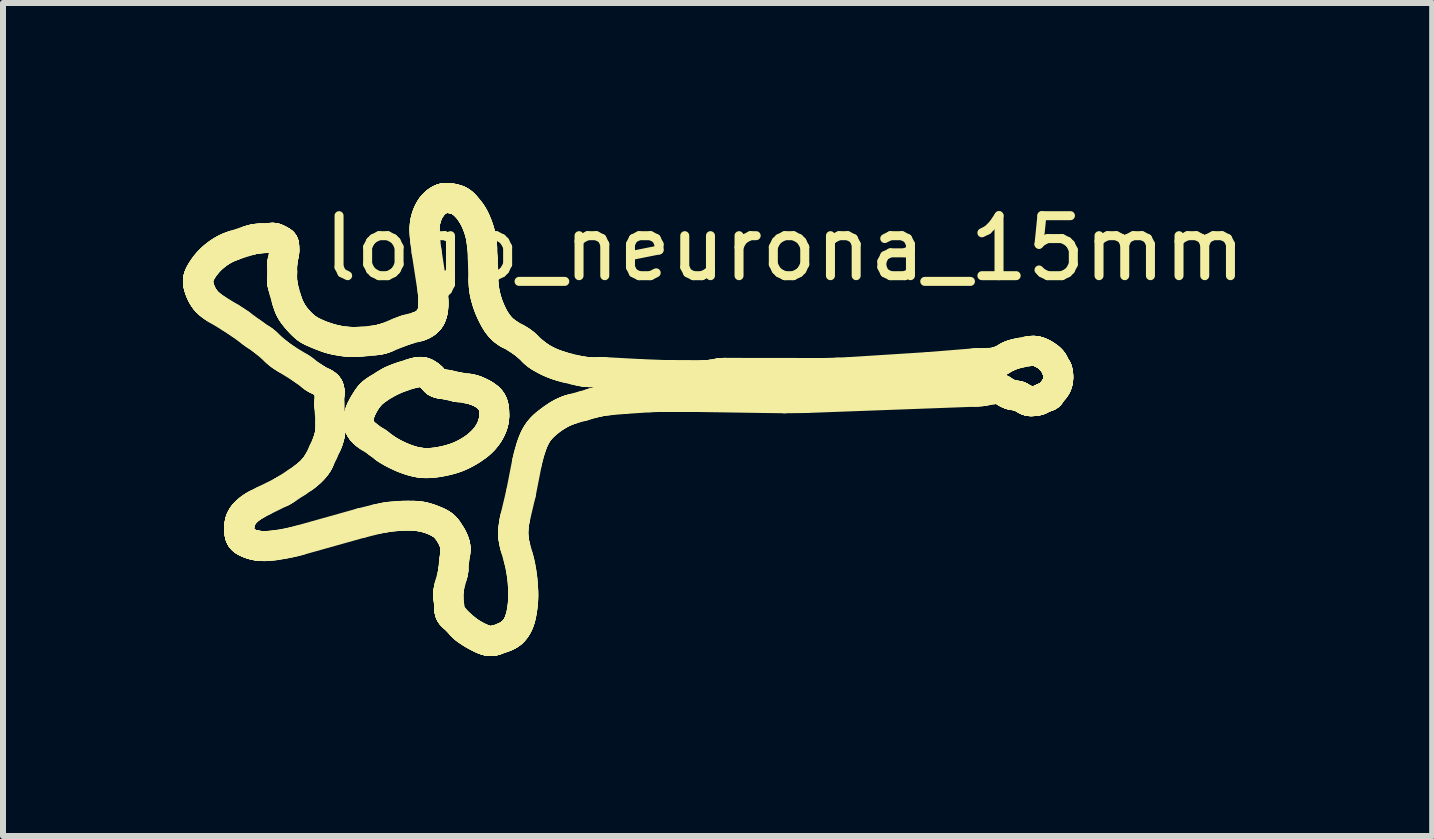
<source format=kicad_pcb>
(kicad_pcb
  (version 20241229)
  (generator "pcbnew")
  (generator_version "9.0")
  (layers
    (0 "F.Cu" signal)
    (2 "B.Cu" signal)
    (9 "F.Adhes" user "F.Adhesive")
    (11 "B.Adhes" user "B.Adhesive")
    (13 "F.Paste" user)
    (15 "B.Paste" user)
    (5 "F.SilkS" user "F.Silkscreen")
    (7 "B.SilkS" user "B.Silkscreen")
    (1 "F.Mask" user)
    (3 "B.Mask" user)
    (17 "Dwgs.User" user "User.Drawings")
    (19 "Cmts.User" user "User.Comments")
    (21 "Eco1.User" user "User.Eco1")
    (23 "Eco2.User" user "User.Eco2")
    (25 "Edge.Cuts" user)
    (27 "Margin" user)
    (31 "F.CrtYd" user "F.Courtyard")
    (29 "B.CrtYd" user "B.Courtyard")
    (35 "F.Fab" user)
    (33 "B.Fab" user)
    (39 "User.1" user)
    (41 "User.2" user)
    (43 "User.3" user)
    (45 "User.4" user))
  (footprint "logo_neurona_15mm"
    (layer "F.Cu")
    (at 6.28 3.94)
    (property "Reference" "logo_neurona_15mm" (at 3.75 -2.85 0) (layer "F.SilkS") (effects (font (size 1 1) (thickness 0.15))))
    (attr through_hole)
    (fp_line (start -6.03 -2.299) (end -6.03 -2.295) (stroke (width 0.5) (type solid)) (layer "F.SilkS"))
    (fp_line (start -6.03 -2.304) (end -6.03 -2.299) (stroke (width 0.5) (type solid)) (layer "F.SilkS"))
    (fp_line (start -6.03 -2.295) (end -6.029 -2.29) (stroke (width 0.5) (type solid)) (layer "F.SilkS"))
    (fp_line (start -6.029 -2.308) (end -6.03 -2.304) (stroke (width 0.5) (type solid)) (layer "F.SilkS"))
    (fp_line (start -6.029 -2.29) (end -6.029 -2.286) (stroke (width 0.5) (type solid)) (layer "F.SilkS"))
    (fp_line (start -6.029 -2.313) (end -6.029 -2.308) (stroke (width 0.5) (type solid)) (layer "F.SilkS"))
    (fp_line (start -6.029 -2.286) (end -6.028 -2.277) (stroke (width 0.5) (type solid)) (layer "F.SilkS"))
    (fp_line (start -6.029 -2.317) (end -6.029 -2.313) (stroke (width 0.5) (type solid)) (layer "F.SilkS"))
    (fp_line (start -6.029 -2.322) (end -6.029 -2.317) (stroke (width 0.5) (type solid)) (layer "F.SilkS"))
    (fp_line (start -6.028 -2.277) (end -6.027 -2.267) (stroke (width 0.5) (type solid)) (layer "F.SilkS"))
    (fp_line (start -6.028 -2.326) (end -6.029 -2.322) (stroke (width 0.5) (type solid)) (layer "F.SilkS"))
    (fp_line (start -6.028 -2.331) (end -6.028 -2.326) (stroke (width 0.5) (type solid)) (layer "F.SilkS"))
    (fp_line (start -6.027 -2.267) (end -6.026 -2.258) (stroke (width 0.5) (type solid)) (layer "F.SilkS"))
    (fp_line (start -6.027 -2.335) (end -6.028 -2.331) (stroke (width 0.5) (type solid)) (layer "F.SilkS"))
    (fp_line (start -6.026 -2.34) (end -6.027 -2.335) (stroke (width 0.5) (type solid)) (layer "F.SilkS"))
    (fp_line (start -6.026 -2.258) (end -6.025 -2.249) (stroke (width 0.5) (type solid)) (layer "F.SilkS"))
    (fp_line (start -6.025 -2.345) (end -6.026 -2.34) (stroke (width 0.5) (type solid)) (layer "F.SilkS"))
    (fp_line (start -6.025 -2.249) (end -6.023 -2.239) (stroke (width 0.5) (type solid)) (layer "F.SilkS"))
    (fp_line (start -6.024 -2.349) (end -6.025 -2.345) (stroke (width 0.5) (type solid)) (layer "F.SilkS"))
    (fp_line (start -6.023 -2.354) (end -6.024 -2.349) (stroke (width 0.5) (type solid)) (layer "F.SilkS"))
    (fp_line (start -6.023 -2.239) (end -6.021 -2.23) (stroke (width 0.5) (type solid)) (layer "F.SilkS"))
    (fp_line (start -6.022 -2.359) (end -6.023 -2.354) (stroke (width 0.5) (type solid)) (layer "F.SilkS"))
    (fp_line (start -6.021 -2.363) (end -6.022 -2.359) (stroke (width 0.5) (type solid)) (layer "F.SilkS"))
    (fp_line (start -6.021 -2.23) (end -6.018 -2.22) (stroke (width 0.5) (type solid)) (layer "F.SilkS"))
    (fp_line (start -6.02 -2.368) (end -6.021 -2.363) (stroke (width 0.5) (type solid)) (layer "F.SilkS"))
    (fp_line (start -6.018 -2.22) (end -6.016 -2.21) (stroke (width 0.5) (type solid)) (layer "F.SilkS"))
    (fp_line (start -6.017 -2.378) (end -6.02 -2.368) (stroke (width 0.5) (type solid)) (layer "F.SilkS"))
    (fp_line (start -6.016 -2.21) (end -6.01 -2.19) (stroke (width 0.5) (type solid)) (layer "F.SilkS"))
    (fp_line (start -6.013 -2.387) (end -6.017 -2.378) (stroke (width 0.5) (type solid)) (layer "F.SilkS"))
    (fp_line (start -6.01 -2.396) (end -6.013 -2.387) (stroke (width 0.5) (type solid)) (layer "F.SilkS"))
    (fp_line (start -6.01 -2.19) (end -6.005 -2.177) (stroke (width 0.5) (type solid)) (layer "F.SilkS"))
    (fp_line (start -6.006 -2.406) (end -6.01 -2.396) (stroke (width 0.5) (type solid)) (layer "F.SilkS"))
    (fp_line (start -6.005 -2.177) (end -6.001 -2.163) (stroke (width 0.5) (type solid)) (layer "F.SilkS"))
    (fp_line (start -6.001 -2.415) (end -6.006 -2.406) (stroke (width 0.5) (type solid)) (layer "F.SilkS"))
    (fp_line (start -6.001 -2.163) (end -5.996 -2.15) (stroke (width 0.5) (type solid)) (layer "F.SilkS"))
    (fp_line (start -5.997 -2.425) (end -6.001 -2.415) (stroke (width 0.5) (type solid)) (layer "F.SilkS"))
    (fp_line (start -5.996 -2.15) (end -5.99 -2.136) (stroke (width 0.5) (type solid)) (layer "F.SilkS"))
    (fp_line (start -5.992 -2.434) (end -5.997 -2.425) (stroke (width 0.5) (type solid)) (layer "F.SilkS"))
    (fp_line (start -5.99 -2.136) (end -5.984 -2.122) (stroke (width 0.5) (type solid)) (layer "F.SilkS"))
    (fp_line (start -5.987 -2.443) (end -5.992 -2.434) (stroke (width 0.5) (type solid)) (layer "F.SilkS"))
    (fp_line (start -5.984 -2.122) (end -5.978 -2.108) (stroke (width 0.5) (type solid)) (layer "F.SilkS"))
    (fp_line (start -5.982 -2.453) (end -5.987 -2.443) (stroke (width 0.5) (type solid)) (layer "F.SilkS"))
    (fp_line (start -5.978 -2.108) (end -5.972 -2.094) (stroke (width 0.5) (type solid)) (layer "F.SilkS"))
    (fp_line (start -5.972 -2.094) (end -5.965 -2.08) (stroke (width 0.5) (type solid)) (layer "F.SilkS"))
    (fp_line (start -5.971 -2.471) (end -5.982 -2.453) (stroke (width 0.5) (type solid)) (layer "F.SilkS"))
    (fp_line (start -5.965 -2.08) (end -5.957 -2.066) (stroke (width 0.5) (type solid)) (layer "F.SilkS"))
    (fp_line (start -5.96 -2.49) (end -5.971 -2.471) (stroke (width 0.5) (type solid)) (layer "F.SilkS"))
    (fp_line (start -5.957 -2.066) (end -5.949 -2.052) (stroke (width 0.5) (type solid)) (layer "F.SilkS"))
    (fp_line (start -5.949 -2.052) (end -5.941 -2.038) (stroke (width 0.5) (type solid)) (layer "F.SilkS"))
    (fp_line (start -5.947 -2.51) (end -5.96 -2.49) (stroke (width 0.5) (type solid)) (layer "F.SilkS"))
    (fp_line (start -5.941 -2.038) (end -5.932 -2.025) (stroke (width 0.5) (type solid)) (layer "F.SilkS"))
    (fp_line (start -5.933 -2.529) (end -5.947 -2.51) (stroke (width 0.5) (type solid)) (layer "F.SilkS"))
    (fp_line (start -5.932 -2.025) (end -5.923 -2.012) (stroke (width 0.5) (type solid)) (layer "F.SilkS"))
    (fp_line (start -5.923 -2.012) (end -5.914 -1.998) (stroke (width 0.5) (type solid)) (layer "F.SilkS"))
    (fp_line (start -5.919 -2.549) (end -5.933 -2.529) (stroke (width 0.5) (type solid)) (layer "F.SilkS"))
    (fp_line (start -5.914 -1.998) (end -5.903 -1.986) (stroke (width 0.5) (type solid)) (layer "F.SilkS"))
    (fp_line (start -5.905 -2.568) (end -5.919 -2.549) (stroke (width 0.5) (type solid)) (layer "F.SilkS"))
    (fp_line (start -5.903 -1.986) (end -5.898 -1.979) (stroke (width 0.5) (type solid)) (layer "F.SilkS"))
    (fp_line (start -5.898 -1.979) (end -5.893 -1.973) (stroke (width 0.5) (type solid)) (layer "F.SilkS"))
    (fp_line (start -5.893 -1.973) (end -5.887 -1.966) (stroke (width 0.5) (type solid)) (layer "F.SilkS"))
    (fp_line (start -5.89 -2.587) (end -5.905 -2.568) (stroke (width 0.5) (type solid)) (layer "F.SilkS"))
    (fp_line (start -5.887 -1.966) (end -5.88 -1.96) (stroke (width 0.5) (type solid)) (layer "F.SilkS"))
    (fp_line (start -5.88 -1.96) (end -5.874 -1.953) (stroke (width 0.5) (type solid)) (layer "F.SilkS"))
    (fp_line (start -5.874 -2.605) (end -5.89 -2.587) (stroke (width 0.5) (type solid)) (layer "F.SilkS"))
    (fp_line (start -5.874 -1.953) (end -5.868 -1.947) (stroke (width 0.5) (type solid)) (layer "F.SilkS"))
    (fp_line (start -5.868 -1.947) (end -5.854 -1.934) (stroke (width 0.5) (type solid)) (layer "F.SilkS"))
    (fp_line (start -5.859 -2.623) (end -5.874 -2.605) (stroke (width 0.5) (type solid)) (layer "F.SilkS"))
    (fp_line (start -5.854 -1.934) (end -5.84 -1.922) (stroke (width 0.5) (type solid)) (layer "F.SilkS"))
    (fp_line (start -5.843 -2.64) (end -5.859 -2.623) (stroke (width 0.5) (type solid)) (layer "F.SilkS"))
    (fp_line (start -5.84 -1.922) (end -5.825 -1.91) (stroke (width 0.5) (type solid)) (layer "F.SilkS"))
    (fp_line (start -5.827 -2.656) (end -5.843 -2.64) (stroke (width 0.5) (type solid)) (layer "F.SilkS"))
    (fp_line (start -5.825 -1.91) (end -5.811 -1.898) (stroke (width 0.5) (type solid)) (layer "F.SilkS"))
    (fp_line (start -5.811 -2.672) (end -5.827 -2.656) (stroke (width 0.5) (type solid)) (layer "F.SilkS"))
    (fp_line (start -5.811 -1.898) (end -5.795 -1.886) (stroke (width 0.5) (type solid)) (layer "F.SilkS"))
    (fp_line (start -5.795 -1.886) (end -5.779 -1.875) (stroke (width 0.5) (type solid)) (layer "F.SilkS"))
    (fp_line (start -5.795 -2.687) (end -5.811 -2.672) (stroke (width 0.5) (type solid)) (layer "F.SilkS"))
    (fp_line (start -5.779 -1.875) (end -5.747 -1.853) (stroke (width 0.5) (type solid)) (layer "F.SilkS"))
    (fp_line (start -5.779 -2.701) (end -5.795 -2.687) (stroke (width 0.5) (type solid)) (layer "F.SilkS"))
    (fp_line (start -5.762 -2.716) (end -5.779 -2.701) (stroke (width 0.5) (type solid)) (layer "F.SilkS"))
    (fp_line (start -5.747 -1.853) (end -5.713 -1.832) (stroke (width 0.5) (type solid)) (layer "F.SilkS"))
    (fp_line (start -5.745 -2.73) (end -5.762 -2.716) (stroke (width 0.5) (type solid)) (layer "F.SilkS"))
    (fp_line (start -5.727 -2.743) (end -5.745 -2.73) (stroke (width 0.5) (type solid)) (layer "F.SilkS"))
    (fp_line (start -5.713 -1.832) (end -5.483 -1.693) (stroke (width 0.5) (type solid)) (layer "F.SilkS"))
    (fp_line (start -5.71 -2.757) (end -5.727 -2.743) (stroke (width 0.5) (type solid)) (layer "F.SilkS"))
    (fp_line (start -5.691 -2.77) (end -5.71 -2.757) (stroke (width 0.5) (type solid)) (layer "F.SilkS"))
    (fp_line (start -5.671 -2.784) (end -5.691 -2.77) (stroke (width 0.5) (type solid)) (layer "F.SilkS"))
    (fp_line (start -5.651 -2.797) (end -5.671 -2.784) (stroke (width 0.5) (type solid)) (layer "F.SilkS"))
    (fp_line (start -5.631 -2.81) (end -5.651 -2.797) (stroke (width 0.5) (type solid)) (layer "F.SilkS"))
    (fp_line (start -5.61 -2.822) (end -5.631 -2.81) (stroke (width 0.5) (type solid)) (layer "F.SilkS"))
    (fp_line (start -5.588 -2.834) (end -5.61 -2.822) (stroke (width 0.5) (type solid)) (layer "F.SilkS"))
    (fp_line (start -5.566 -2.846) (end -5.588 -2.834) (stroke (width 0.5) (type solid)) (layer "F.SilkS"))
    (fp_line (start -5.543 -2.857) (end -5.566 -2.846) (stroke (width 0.5) (type solid)) (layer "F.SilkS"))
    (fp_line (start -5.516 -2.868) (end -5.543 -2.857) (stroke (width 0.5) (type solid)) (layer "F.SilkS"))
    (fp_line (start -5.488 -2.88) (end -5.516 -2.868) (stroke (width 0.5) (type solid)) (layer "F.SilkS"))
    (fp_line (start -5.483 -1.693) (end -5.404 -1.642) (stroke (width 0.5) (type solid)) (layer "F.SilkS"))
    (fp_line (start -5.459 -2.89) (end -5.488 -2.88) (stroke (width 0.5) (type solid)) (layer "F.SilkS"))
    (fp_line (start -5.429 -2.901) (end -5.459 -2.89) (stroke (width 0.5) (type solid)) (layer "F.SilkS"))
    (fp_line (start -5.404 -1.642) (end -5.326 -1.59) (stroke (width 0.5) (type solid)) (layer "F.SilkS"))
    (fp_line (start -5.343 1.824) (end -5.343 1.844) (stroke (width 0.5) (type solid)) (layer "F.SilkS"))
    (fp_line (start -5.343 1.805) (end -5.343 1.824) (stroke (width 0.5) (type solid)) (layer "F.SilkS"))
    (fp_line (start -5.343 1.844) (end -5.342 1.862) (stroke (width 0.5) (type solid)) (layer "F.SilkS"))
    (fp_line (start -5.343 1.795) (end -5.343 1.805) (stroke (width 0.5) (type solid)) (layer "F.SilkS"))
    (fp_line (start -5.342 1.786) (end -5.343 1.795) (stroke (width 0.5) (type solid)) (layer "F.SilkS"))
    (fp_line (start -5.342 1.862) (end -5.341 1.871) (stroke (width 0.5) (type solid)) (layer "F.SilkS"))
    (fp_line (start -5.341 1.776) (end -5.342 1.786) (stroke (width 0.5) (type solid)) (layer "F.SilkS"))
    (fp_line (start -5.341 1.871) (end -5.34 1.88) (stroke (width 0.5) (type solid)) (layer "F.SilkS"))
    (fp_line (start -5.341 1.767) (end -5.341 1.776) (stroke (width 0.5) (type solid)) (layer "F.SilkS"))
    (fp_line (start -5.34 1.88) (end -5.339 1.889) (stroke (width 0.5) (type solid)) (layer "F.SilkS"))
    (fp_line (start -5.339 1.757) (end -5.341 1.767) (stroke (width 0.5) (type solid)) (layer "F.SilkS"))
    (fp_line (start -5.339 1.889) (end -5.338 1.898) (stroke (width 0.5) (type solid)) (layer "F.SilkS"))
    (fp_line (start -5.338 1.748) (end -5.339 1.757) (stroke (width 0.5) (type solid)) (layer "F.SilkS"))
    (fp_line (start -5.338 1.898) (end -5.336 1.907) (stroke (width 0.5) (type solid)) (layer "F.SilkS"))
    (fp_line (start -5.337 1.738) (end -5.338 1.748) (stroke (width 0.5) (type solid)) (layer "F.SilkS"))
    (fp_line (start -5.336 1.907) (end -5.335 1.915) (stroke (width 0.5) (type solid)) (layer "F.SilkS"))
    (fp_line (start -5.335 1.729) (end -5.337 1.738) (stroke (width 0.5) (type solid)) (layer "F.SilkS"))
    (fp_line (start -5.335 1.915) (end -5.334 1.919) (stroke (width 0.5) (type solid)) (layer "F.SilkS"))
    (fp_line (start -5.334 1.919) (end -5.333 1.924) (stroke (width 0.5) (type solid)) (layer "F.SilkS"))
    (fp_line (start -5.333 1.72) (end -5.335 1.729) (stroke (width 0.5) (type solid)) (layer "F.SilkS"))
    (fp_line (start -5.333 1.924) (end -5.332 1.928) (stroke (width 0.5) (type solid)) (layer "F.SilkS"))
    (fp_line (start -5.332 1.928) (end -5.33 1.932) (stroke (width 0.5) (type solid)) (layer "F.SilkS"))
    (fp_line (start -5.331 1.711) (end -5.333 1.72) (stroke (width 0.5) (type solid)) (layer "F.SilkS"))
    (fp_line (start -5.33 1.932) (end -5.329 1.936) (stroke (width 0.5) (type solid)) (layer "F.SilkS"))
    (fp_line (start -5.329 1.936) (end -5.328 1.94) (stroke (width 0.5) (type solid)) (layer "F.SilkS"))
    (fp_line (start -5.329 1.702) (end -5.331 1.711) (stroke (width 0.5) (type solid)) (layer "F.SilkS"))
    (fp_line (start -5.328 1.94) (end -5.326 1.944) (stroke (width 0.5) (type solid)) (layer "F.SilkS"))
    (fp_line (start -5.326 1.944) (end -5.325 1.948) (stroke (width 0.5) (type solid)) (layer "F.SilkS"))
    (fp_line (start -5.326 -1.59) (end -5.133 -1.448) (stroke (width 0.5) (type solid)) (layer "F.SilkS"))
    (fp_line (start -5.326 1.694) (end -5.329 1.702) (stroke (width 0.5) (type solid)) (layer "F.SilkS"))
    (fp_line (start -5.325 1.948) (end -5.323 1.952) (stroke (width 0.5) (type solid)) (layer "F.SilkS"))
    (fp_line (start -5.324 1.686) (end -5.326 1.694) (stroke (width 0.5) (type solid)) (layer "F.SilkS"))
    (fp_line (start -5.323 1.952) (end -5.322 1.955) (stroke (width 0.5) (type solid)) (layer "F.SilkS"))
    (fp_line (start -5.322 1.955) (end -5.32 1.959) (stroke (width 0.5) (type solid)) (layer "F.SilkS"))
    (fp_line (start -5.321 1.678) (end -5.324 1.686) (stroke (width 0.5) (type solid)) (layer "F.SilkS"))
    (fp_line (start -5.32 1.959) (end -5.318 1.963) (stroke (width 0.5) (type solid)) (layer "F.SilkS"))
    (fp_line (start -5.318 1.963) (end -5.316 1.967) (stroke (width 0.5) (type solid)) (layer "F.SilkS"))
    (fp_line (start -5.318 1.67) (end -5.321 1.678) (stroke (width 0.5) (type solid)) (layer "F.SilkS"))
    (fp_line (start -5.316 1.967) (end -5.314 1.97) (stroke (width 0.5) (type solid)) (layer "F.SilkS"))
    (fp_line (start -5.314 1.662) (end -5.318 1.67) (stroke (width 0.5) (type solid)) (layer "F.SilkS"))
    (fp_line (start -5.314 1.97) (end -5.312 1.974) (stroke (width 0.5) (type solid)) (layer "F.SilkS"))
    (fp_line (start -5.312 1.974) (end -5.31 1.977) (stroke (width 0.5) (type solid)) (layer "F.SilkS"))
    (fp_line (start -5.311 1.655) (end -5.314 1.662) (stroke (width 0.5) (type solid)) (layer "F.SilkS"))
    (fp_line (start -5.31 1.977) (end -5.307 1.981) (stroke (width 0.5) (type solid)) (layer "F.SilkS"))
    (fp_line (start -5.307 1.647) (end -5.311 1.655) (stroke (width 0.5) (type solid)) (layer "F.SilkS"))
    (fp_line (start -5.307 1.981) (end -5.305 1.984) (stroke (width 0.5) (type solid)) (layer "F.SilkS"))
    (fp_line (start -5.305 1.984) (end -5.302 1.987) (stroke (width 0.5) (type solid)) (layer "F.SilkS"))
    (fp_line (start -5.303 1.64) (end -5.307 1.647) (stroke (width 0.5) (type solid)) (layer "F.SilkS"))
    (fp_line (start -5.302 1.987) (end -5.299 1.99) (stroke (width 0.5) (type solid)) (layer "F.SilkS"))
    (fp_line (start -5.299 1.633) (end -5.303 1.64) (stroke (width 0.5) (type solid)) (layer "F.SilkS"))
    (fp_line (start -5.299 1.99) (end -5.297 1.994) (stroke (width 0.5) (type solid)) (layer "F.SilkS"))
    (fp_line (start -5.297 1.994) (end -5.294 1.997) (stroke (width 0.5) (type solid)) (layer "F.SilkS"))
    (fp_line (start -5.295 1.626) (end -5.299 1.633) (stroke (width 0.5) (type solid)) (layer "F.SilkS"))
    (fp_line (start -5.294 1.997) (end -5.291 2) (stroke (width 0.5) (type solid)) (layer "F.SilkS"))
    (fp_line (start -5.291 2) (end -5.288 2.003) (stroke (width 0.5) (type solid)) (layer "F.SilkS"))
    (fp_line (start -5.291 1.619) (end -5.295 1.626) (stroke (width 0.5) (type solid)) (layer "F.SilkS"))
    (fp_line (start -5.288 2.003) (end -5.285 2.006) (stroke (width 0.5) (type solid)) (layer "F.SilkS"))
    (fp_line (start -5.286 1.611) (end -5.291 1.619) (stroke (width 0.5) (type solid)) (layer "F.SilkS"))
    (fp_line (start -5.285 2.006) (end -5.281 2.009) (stroke (width 0.5) (type solid)) (layer "F.SilkS"))
    (fp_line (start -5.281 2.009) (end -5.278 2.012) (stroke (width 0.5) (type solid)) (layer "F.SilkS"))
    (fp_line (start -5.281 1.605) (end -5.286 1.611) (stroke (width 0.5) (type solid)) (layer "F.SilkS"))
    (fp_line (start -5.278 2.012) (end -5.275 2.014) (stroke (width 0.5) (type solid)) (layer "F.SilkS"))
    (fp_line (start -5.276 1.598) (end -5.281 1.605) (stroke (width 0.5) (type solid)) (layer "F.SilkS"))
    (fp_line (start -5.275 2.014) (end -5.271 2.017) (stroke (width 0.5) (type solid)) (layer "F.SilkS"))
    (fp_line (start -5.271 2.017) (end -5.268 2.02) (stroke (width 0.5) (type solid)) (layer "F.SilkS"))
    (fp_line (start -5.271 1.591) (end -5.276 1.598) (stroke (width 0.5) (type solid)) (layer "F.SilkS"))
    (fp_line (start -5.268 2.02) (end -5.264 2.022) (stroke (width 0.5) (type solid)) (layer "F.SilkS"))
    (fp_line (start -5.265 1.584) (end -5.271 1.591) (stroke (width 0.5) (type solid)) (layer "F.SilkS"))
    (fp_line (start -5.264 2.022) (end -5.26 2.025) (stroke (width 0.5) (type solid)) (layer "F.SilkS"))
    (fp_line (start -5.26 2.025) (end -5.253 2.03) (stroke (width 0.5) (type solid)) (layer "F.SilkS"))
    (fp_line (start -5.26 1.577) (end -5.265 1.584) (stroke (width 0.5) (type solid)) (layer "F.SilkS"))
    (fp_line (start -5.253 1.569) (end -5.26 1.577) (stroke (width 0.5) (type solid)) (layer "F.SilkS"))
    (fp_line (start -5.253 2.03) (end -5.245 2.035) (stroke (width 0.5) (type solid)) (layer "F.SilkS"))
    (fp_line (start -5.246 1.561) (end -5.253 1.569) (stroke (width 0.5) (type solid)) (layer "F.SilkS"))
    (fp_line (start -5.245 2.035) (end -5.237 2.039) (stroke (width 0.5) (type solid)) (layer "F.SilkS"))
    (fp_line (start -5.238 1.554) (end -5.246 1.561) (stroke (width 0.5) (type solid)) (layer "F.SilkS"))
    (fp_line (start -5.237 2.039) (end -5.228 2.044) (stroke (width 0.5) (type solid)) (layer "F.SilkS"))
    (fp_line (start -5.231 1.546) (end -5.238 1.554) (stroke (width 0.5) (type solid)) (layer "F.SilkS"))
    (fp_line (start -5.228 2.044) (end -5.22 2.048) (stroke (width 0.5) (type solid)) (layer "F.SilkS"))
    (fp_line (start -5.223 1.538) (end -5.231 1.546) (stroke (width 0.5) (type solid)) (layer "F.SilkS"))
    (fp_line (start -5.22 2.048) (end -5.211 2.052) (stroke (width 0.5) (type solid)) (layer "F.SilkS"))
    (fp_line (start -5.215 1.531) (end -5.223 1.538) (stroke (width 0.5) (type solid)) (layer "F.SilkS"))
    (fp_line (start -5.211 2.052) (end -5.193 2.06) (stroke (width 0.5) (type solid)) (layer "F.SilkS"))
    (fp_line (start -5.199 1.516) (end -5.215 1.531) (stroke (width 0.5) (type solid)) (layer "F.SilkS"))
    (fp_line (start -5.194 -2.978) (end -5.429 -2.901) (stroke (width 0.5) (type solid)) (layer "F.SilkS"))
    (fp_line (start -5.193 2.06) (end -5.181 2.065) (stroke (width 0.5) (type solid)) (layer "F.SilkS"))
    (fp_line (start -5.182 1.501) (end -5.199 1.516) (stroke (width 0.5) (type solid)) (layer "F.SilkS"))
    (fp_line (start -5.181 2.065) (end -5.17 2.07) (stroke (width 0.5) (type solid)) (layer "F.SilkS"))
    (fp_line (start -5.17 2.07) (end -5.158 2.074) (stroke (width 0.5) (type solid)) (layer "F.SilkS"))
    (fp_line (start -5.165 -2.986) (end -5.194 -2.978) (stroke (width 0.5) (type solid)) (layer "F.SilkS"))
    (fp_line (start -5.164 1.487) (end -5.182 1.501) (stroke (width 0.5) (type solid)) (layer "F.SilkS"))
    (fp_line (start -5.158 2.074) (end -5.145 2.079) (stroke (width 0.5) (type solid)) (layer "F.SilkS"))
    (fp_line (start -5.145 2.079) (end -5.133 2.083) (stroke (width 0.5) (type solid)) (layer "F.SilkS"))
    (fp_line (start -5.145 1.474) (end -5.164 1.487) (stroke (width 0.5) (type solid)) (layer "F.SilkS"))
    (fp_line (start -5.136 -2.994) (end -5.165 -2.986) (stroke (width 0.5) (type solid)) (layer "F.SilkS"))
    (fp_line (start -5.133 -1.448) (end -5.076 -1.407) (stroke (width 0.5) (type solid)) (layer "F.SilkS"))
    (fp_line (start -5.133 2.083) (end -5.12 2.086) (stroke (width 0.5) (type solid)) (layer "F.SilkS"))
    (fp_line (start -5.126 1.46) (end -5.145 1.474) (stroke (width 0.5) (type solid)) (layer "F.SilkS"))
    (fp_line (start -5.121 -2.998) (end -5.136 -2.994) (stroke (width 0.5) (type solid)) (layer "F.SilkS"))
    (fp_line (start -5.12 2.086) (end -5.107 2.09) (stroke (width 0.5) (type solid)) (layer "F.SilkS"))
    (fp_line (start -5.107 2.09) (end -5.094 2.093) (stroke (width 0.5) (type solid)) (layer "F.SilkS"))
    (fp_line (start -5.106 -3.001) (end -5.121 -2.998) (stroke (width 0.5) (type solid)) (layer "F.SilkS"))
    (fp_line (start -5.105 1.447) (end -5.126 1.46) (stroke (width 0.5) (type solid)) (layer "F.SilkS"))
    (fp_line (start -5.094 2.093) (end -5.08 2.096) (stroke (width 0.5) (type solid)) (layer "F.SilkS"))
    (fp_line (start -5.091 -3.004) (end -5.106 -3.001) (stroke (width 0.5) (type solid)) (layer "F.SilkS"))
    (fp_line (start -5.083 1.434) (end -5.105 1.447) (stroke (width 0.5) (type solid)) (layer "F.SilkS"))
    (fp_line (start -5.08 2.096) (end -5.066 2.099) (stroke (width 0.5) (type solid)) (layer "F.SilkS"))
    (fp_line (start -5.076 -3.007) (end -5.091 -3.004) (stroke (width 0.5) (type solid)) (layer "F.SilkS"))
    (fp_line (start -5.076 -1.407) (end -4.971 -1.336) (stroke (width 0.5) (type solid)) (layer "F.SilkS"))
    (fp_line (start -5.066 2.099) (end -5.052 2.102) (stroke (width 0.5) (type solid)) (layer "F.SilkS"))
    (fp_line (start -5.062 -3.009) (end -5.076 -3.007) (stroke (width 0.5) (type solid)) (layer "F.SilkS"))
    (fp_line (start -5.061 1.421) (end -5.083 1.434) (stroke (width 0.5) (type solid)) (layer "F.SilkS"))
    (fp_line (start -5.052 2.102) (end -5.038 2.104) (stroke (width 0.5) (type solid)) (layer "F.SilkS"))
    (fp_line (start -5.047 -3.011) (end -5.062 -3.009) (stroke (width 0.5) (type solid)) (layer "F.SilkS"))
    (fp_line (start -5.038 1.409) (end -5.061 1.421) (stroke (width 0.5) (type solid)) (layer "F.SilkS"))
    (fp_line (start -5.038 2.104) (end -5.023 2.106) (stroke (width 0.5) (type solid)) (layer "F.SilkS"))
    (fp_line (start -5.023 2.106) (end -5.008 2.108) (stroke (width 0.5) (type solid)) (layer "F.SilkS"))
    (fp_line (start -5.019 -3.014) (end -5.047 -3.011) (stroke (width 0.5) (type solid)) (layer "F.SilkS"))
    (fp_line (start -5.008 2.108) (end -4.992 2.109) (stroke (width 0.5) (type solid)) (layer "F.SilkS"))
    (fp_line (start -4.992 2.109) (end -4.976 2.11) (stroke (width 0.5) (type solid)) (layer "F.SilkS"))
    (fp_line (start -4.99 -3.017) (end -5.019 -3.014) (stroke (width 0.5) (type solid)) (layer "F.SilkS"))
    (fp_line (start -4.976 2.11) (end -4.955 2.111) (stroke (width 0.5) (type solid)) (layer "F.SilkS"))
    (fp_line (start -4.971 -1.336) (end -4.951 -1.322) (stroke (width 0.5) (type solid)) (layer "F.SilkS"))
    (fp_line (start -4.962 -3.019) (end -4.99 -3.017) (stroke (width 0.5) (type solid)) (layer "F.SilkS"))
    (fp_line (start -4.955 2.111) (end -4.934 2.112) (stroke (width 0.5) (type solid)) (layer "F.SilkS"))
    (fp_line (start -4.951 -1.322) (end -4.93 -1.306) (stroke (width 0.5) (type solid)) (layer "F.SilkS"))
    (fp_line (start -4.943 1.36) (end -5.038 1.409) (stroke (width 0.5) (type solid)) (layer "F.SilkS"))
    (fp_line (start -4.934 2.112) (end -4.912 2.112) (stroke (width 0.5) (type solid)) (layer "F.SilkS"))
    (fp_line (start -4.93 -1.306) (end -4.909 -1.29) (stroke (width 0.5) (type solid)) (layer "F.SilkS"))
    (fp_line (start -4.912 2.112) (end -4.889 2.111) (stroke (width 0.5) (type solid)) (layer "F.SilkS"))
    (fp_line (start -4.909 -1.29) (end -4.882 -1.267) (stroke (width 0.5) (type solid)) (layer "F.SilkS"))
    (fp_line (start -4.889 2.111) (end -4.844 2.108) (stroke (width 0.5) (type solid)) (layer "F.SilkS"))
    (fp_line (start -4.882 -1.267) (end -4.731 -1.13) (stroke (width 0.5) (type solid)) (layer "F.SilkS"))
    (fp_line (start -4.844 2.108) (end -4.797 2.104) (stroke (width 0.5) (type solid)) (layer "F.SilkS"))
    (fp_line (start -4.806 -3.026) (end -4.962 -3.019) (stroke (width 0.5) (type solid)) (layer "F.SilkS"))
    (fp_line (start -4.799 -3.026) (end -4.806 -3.026) (stroke (width 0.5) (type solid)) (layer "F.SilkS"))
    (fp_line (start -4.797 2.104) (end -4.75 2.099) (stroke (width 0.5) (type solid)) (layer "F.SilkS"))
    (fp_line (start -4.794 -3.026) (end -4.799 -3.026) (stroke (width 0.5) (type solid)) (layer "F.SilkS"))
    (fp_line (start -4.788 -3.026) (end -4.794 -3.026) (stroke (width 0.5) (type solid)) (layer "F.SilkS"))
    (fp_line (start -4.782 -3.026) (end -4.788 -3.026) (stroke (width 0.5) (type solid)) (layer "F.SilkS"))
    (fp_line (start -4.776 -3.026) (end -4.782 -3.026) (stroke (width 0.5) (type solid)) (layer "F.SilkS"))
    (fp_line (start -4.771 -3.025) (end -4.776 -3.026) (stroke (width 0.5) (type solid)) (layer "F.SilkS"))
    (fp_line (start -4.765 -3.024) (end -4.771 -3.025) (stroke (width 0.5) (type solid)) (layer "F.SilkS"))
    (fp_line (start -4.762 -3.024) (end -4.765 -3.024) (stroke (width 0.5) (type solid)) (layer "F.SilkS"))
    (fp_line (start -4.759 -3.023) (end -4.762 -3.024) (stroke (width 0.5) (type solid)) (layer "F.SilkS"))
    (fp_line (start -4.754 -3.022) (end -4.759 -3.023) (stroke (width 0.5) (type solid)) (layer "F.SilkS"))
    (fp_line (start -4.75 2.099) (end -4.702 2.092) (stroke (width 0.5) (type solid)) (layer "F.SilkS"))
    (fp_line (start -4.749 -3.021) (end -4.754 -3.022) (stroke (width 0.5) (type solid)) (layer "F.SilkS"))
    (fp_line (start -4.744 -3.019) (end -4.749 -3.021) (stroke (width 0.5) (type solid)) (layer "F.SilkS"))
    (fp_line (start -4.738 -3.018) (end -4.744 -3.019) (stroke (width 0.5) (type solid)) (layer "F.SilkS"))
    (fp_line (start -4.733 -3.016) (end -4.738 -3.018) (stroke (width 0.5) (type solid)) (layer "F.SilkS"))
    (fp_line (start -4.731 -1.13) (end -4.696 -1.102) (stroke (width 0.5) (type solid)) (layer "F.SilkS"))
    (fp_line (start -4.728 -3.014) (end -4.733 -3.016) (stroke (width 0.5) (type solid)) (layer "F.SilkS"))
    (fp_line (start -4.723 -3.012) (end -4.728 -3.014) (stroke (width 0.5) (type solid)) (layer "F.SilkS"))
    (fp_line (start -4.718 -3.01) (end -4.723 -3.012) (stroke (width 0.5) (type solid)) (layer "F.SilkS"))
    (fp_line (start -4.707 -3.006) (end -4.718 -3.01) (stroke (width 0.5) (type solid)) (layer "F.SilkS"))
    (fp_line (start -4.702 2.092) (end -4.609 2.077) (stroke (width 0.5) (type solid)) (layer "F.SilkS"))
    (fp_line (start -4.697 -3.001) (end -4.707 -3.006) (stroke (width 0.5) (type solid)) (layer "F.SilkS"))
    (fp_line (start -4.696 -1.102) (end -4.678 -1.087) (stroke (width 0.5) (type solid)) (layer "F.SilkS"))
    (fp_line (start -4.678 -1.087) (end -4.659 -1.073) (stroke (width 0.5) (type solid)) (layer "F.SilkS"))
    (fp_line (start -4.676 -2.99) (end -4.697 -3.001) (stroke (width 0.5) (type solid)) (layer "F.SilkS"))
    (fp_line (start -4.666 -2.985) (end -4.676 -2.99) (stroke (width 0.5) (type solid)) (layer "F.SilkS"))
    (fp_line (start -4.659 -1.073) (end -4.638 -1.057) (stroke (width 0.5) (type solid)) (layer "F.SilkS"))
    (fp_line (start -4.657 -2.979) (end -4.666 -2.985) (stroke (width 0.5) (type solid)) (layer "F.SilkS"))
    (fp_line (start -4.652 -2.976) (end -4.657 -2.979) (stroke (width 0.5) (type solid)) (layer "F.SilkS"))
    (fp_line (start -4.647 -2.973) (end -4.652 -2.976) (stroke (width 0.5) (type solid)) (layer "F.SilkS"))
    (fp_line (start -4.644 1.213) (end -4.943 1.36) (stroke (width 0.5) (type solid)) (layer "F.SilkS"))
    (fp_line (start -4.643 -2.97) (end -4.647 -2.973) (stroke (width 0.5) (type solid)) (layer "F.SilkS"))
    (fp_line (start -4.638 -2.967) (end -4.643 -2.97) (stroke (width 0.5) (type solid)) (layer "F.SilkS"))
    (fp_line (start -4.638 -1.057) (end -4.615 -1.042) (stroke (width 0.5) (type solid)) (layer "F.SilkS"))
    (fp_line (start -4.634 -2.964) (end -4.638 -2.967) (stroke (width 0.5) (type solid)) (layer "F.SilkS"))
    (fp_line (start -4.63 -2.961) (end -4.634 -2.964) (stroke (width 0.5) (type solid)) (layer "F.SilkS"))
    (fp_line (start -4.628 -2.351) (end -4.626 -2.457) (stroke (width 0.5) (type solid)) (layer "F.SilkS"))
    (fp_line (start -4.628 -2.33) (end -4.628 -2.351) (stroke (width 0.5) (type solid)) (layer "F.SilkS"))
    (fp_line (start -4.628 -2.96) (end -4.63 -2.961) (stroke (width 0.5) (type solid)) (layer "F.SilkS"))
    (fp_line (start -4.628 -2.31) (end -4.628 -2.33) (stroke (width 0.5) (type solid)) (layer "F.SilkS"))
    (fp_line (start -4.627 1.204) (end -4.644 1.213) (stroke (width 0.5) (type solid)) (layer "F.SilkS"))
    (fp_line (start -4.627 -2.559) (end -4.627 -2.575) (stroke (width 0.5) (type solid)) (layer "F.SilkS"))
    (fp_line (start -4.627 -2.575) (end -4.626 -2.59) (stroke (width 0.5) (type solid)) (layer "F.SilkS"))
    (fp_line (start -4.627 -2.3) (end -4.628 -2.31) (stroke (width 0.5) (type solid)) (layer "F.SilkS"))
    (fp_line (start -4.626 -2.59) (end -4.625 -2.603) (stroke (width 0.5) (type solid)) (layer "F.SilkS"))
    (fp_line (start -4.626 -2.457) (end -4.627 -2.559) (stroke (width 0.5) (type solid)) (layer "F.SilkS"))
    (fp_line (start -4.626 -2.29) (end -4.627 -2.3) (stroke (width 0.5) (type solid)) (layer "F.SilkS"))
    (fp_line (start -4.626 -2.958) (end -4.628 -2.96) (stroke (width 0.5) (type solid)) (layer "F.SilkS"))
    (fp_line (start -4.625 -2.281) (end -4.626 -2.29) (stroke (width 0.5) (type solid)) (layer "F.SilkS"))
    (fp_line (start -4.625 -2.603) (end -4.623 -2.616) (stroke (width 0.5) (type solid)) (layer "F.SilkS"))
    (fp_line (start -4.624 -2.272) (end -4.625 -2.281) (stroke (width 0.5) (type solid)) (layer "F.SilkS"))
    (fp_line (start -4.624 -2.956) (end -4.626 -2.958) (stroke (width 0.5) (type solid)) (layer "F.SilkS"))
    (fp_line (start -4.623 -2.616) (end -4.622 -2.628) (stroke (width 0.5) (type solid)) (layer "F.SilkS"))
    (fp_line (start -4.623 -2.263) (end -4.624 -2.272) (stroke (width 0.5) (type solid)) (layer "F.SilkS"))
    (fp_line (start -4.622 -2.955) (end -4.624 -2.956) (stroke (width 0.5) (type solid)) (layer "F.SilkS"))
    (fp_line (start -4.622 -2.628) (end -4.619 -2.641) (stroke (width 0.5) (type solid)) (layer "F.SilkS"))
    (fp_line (start -4.621 -2.254) (end -4.623 -2.263) (stroke (width 0.5) (type solid)) (layer "F.SilkS"))
    (fp_line (start -4.62 -2.953) (end -4.622 -2.955) (stroke (width 0.5) (type solid)) (layer "F.SilkS"))
    (fp_line (start -4.619 -2.641) (end -4.6 -2.74) (stroke (width 0.5) (type solid)) (layer "F.SilkS"))
    (fp_line (start -4.619 -2.951) (end -4.62 -2.953) (stroke (width 0.5) (type solid)) (layer "F.SilkS"))
    (fp_line (start -4.618 -2.236) (end -4.621 -2.254) (stroke (width 0.5) (type solid)) (layer "F.SilkS"))
    (fp_line (start -4.617 -2.949) (end -4.619 -2.951) (stroke (width 0.5) (type solid)) (layer "F.SilkS"))
    (fp_line (start -4.615 -2.947) (end -4.617 -2.949) (stroke (width 0.5) (type solid)) (layer "F.SilkS"))
    (fp_line (start -4.615 -1.042) (end -4.569 -1.011) (stroke (width 0.5) (type solid)) (layer "F.SilkS"))
    (fp_line (start -4.614 -2.218) (end -4.618 -2.236) (stroke (width 0.5) (type solid)) (layer "F.SilkS"))
    (fp_line (start -4.614 -2.946) (end -4.615 -2.947) (stroke (width 0.5) (type solid)) (layer "F.SilkS"))
    (fp_line (start -4.612 -2.944) (end -4.614 -2.946) (stroke (width 0.5) (type solid)) (layer "F.SilkS"))
    (fp_line (start -4.611 -2.942) (end -4.612 -2.944) (stroke (width 0.5) (type solid)) (layer "F.SilkS"))
    (fp_line (start -4.609 -2.94) (end -4.611 -2.942) (stroke (width 0.5) (type solid)) (layer "F.SilkS"))
    (fp_line (start -4.609 1.194) (end -4.627 1.204) (stroke (width 0.5) (type solid)) (layer "F.SilkS"))
    (fp_line (start -4.609 2.077) (end -4.522 2.06) (stroke (width 0.5) (type solid)) (layer "F.SilkS"))
    (fp_line (start -4.608 -2.938) (end -4.609 -2.94) (stroke (width 0.5) (type solid)) (layer "F.SilkS"))
    (fp_line (start -4.607 -2.936) (end -4.608 -2.938) (stroke (width 0.5) (type solid)) (layer "F.SilkS"))
    (fp_line (start -4.606 -2.935) (end -4.607 -2.936) (stroke (width 0.5) (type solid)) (layer "F.SilkS"))
    (fp_line (start -4.605 -2.933) (end -4.606 -2.935) (stroke (width 0.5) (type solid)) (layer "F.SilkS"))
    (fp_line (start -4.604 -2.931) (end -4.605 -2.933) (stroke (width 0.5) (type solid)) (layer "F.SilkS"))
    (fp_line (start -4.603 -2.929) (end -4.604 -2.931) (stroke (width 0.5) (type solid)) (layer "F.SilkS"))
    (fp_line (start -4.603 -2.927) (end -4.603 -2.929) (stroke (width 0.5) (type solid)) (layer "F.SilkS"))
    (fp_line (start -4.602 -2.925) (end -4.603 -2.927) (stroke (width 0.5) (type solid)) (layer "F.SilkS"))
    (fp_line (start -4.601 -2.923) (end -4.602 -2.925) (stroke (width 0.5) (type solid)) (layer "F.SilkS"))
    (fp_line (start -4.6 -2.921) (end -4.601 -2.923) (stroke (width 0.5) (type solid)) (layer "F.SilkS"))
    (fp_line (start -4.6 -2.919) (end -4.6 -2.921) (stroke (width 0.5) (type solid)) (layer "F.SilkS"))
    (fp_line (start -4.6 -2.74) (end -4.597 -2.753) (stroke (width 0.5) (type solid)) (layer "F.SilkS"))
    (fp_line (start -4.599 -2.917) (end -4.6 -2.919) (stroke (width 0.5) (type solid)) (layer "F.SilkS"))
    (fp_line (start -4.599 -2.915) (end -4.599 -2.917) (stroke (width 0.5) (type solid)) (layer "F.SilkS"))
    (fp_line (start -4.598 -2.913) (end -4.599 -2.915) (stroke (width 0.5) (type solid)) (layer "F.SilkS"))
    (fp_line (start -4.597 -2.753) (end -4.596 -2.765) (stroke (width 0.5) (type solid)) (layer "F.SilkS"))
    (fp_line (start -4.597 -2.909) (end -4.598 -2.913) (stroke (width 0.5) (type solid)) (layer "F.SilkS"))
    (fp_line (start -4.596 -2.904) (end -4.597 -2.909) (stroke (width 0.5) (type solid)) (layer "F.SilkS"))
    (fp_line (start -4.596 -2.765) (end -4.594 -2.778) (stroke (width 0.5) (type solid)) (layer "F.SilkS"))
    (fp_line (start -4.595 -2.9) (end -4.596 -2.904) (stroke (width 0.5) (type solid)) (layer "F.SilkS"))
    (fp_line (start -4.595 -2.896) (end -4.595 -2.9) (stroke (width 0.5) (type solid)) (layer "F.SilkS"))
    (fp_line (start -4.594 -2.891) (end -4.595 -2.896) (stroke (width 0.5) (type solid)) (layer "F.SilkS"))
    (fp_line (start -4.594 -2.778) (end -4.593 -2.79) (stroke (width 0.5) (type solid)) (layer "F.SilkS"))
    (fp_line (start -4.593 -2.882) (end -4.594 -2.891) (stroke (width 0.5) (type solid)) (layer "F.SilkS"))
    (fp_line (start -4.593 -2.873) (end -4.593 -2.882) (stroke (width 0.5) (type solid)) (layer "F.SilkS"))
    (fp_line (start -4.593 -2.79) (end -4.592 -2.801) (stroke (width 0.5) (type solid)) (layer "F.SilkS"))
    (fp_line (start -4.593 -2.14) (end -4.614 -2.218) (stroke (width 0.5) (type solid)) (layer "F.SilkS"))
    (fp_line (start -4.592 -2.801) (end -4.591 -2.812) (stroke (width 0.5) (type solid)) (layer "F.SilkS"))
    (fp_line (start -4.592 -2.853) (end -4.593 -2.873) (stroke (width 0.5) (type solid)) (layer "F.SilkS"))
    (fp_line (start -4.591 -2.812) (end -4.591 -2.822) (stroke (width 0.5) (type solid)) (layer "F.SilkS"))
    (fp_line (start -4.591 -2.822) (end -4.591 -2.833) (stroke (width 0.5) (type solid)) (layer "F.SilkS"))
    (fp_line (start -4.591 -2.833) (end -4.592 -2.853) (stroke (width 0.5) (type solid)) (layer "F.SilkS"))
    (fp_line (start -4.583 1.178) (end -4.609 1.194) (stroke (width 0.5) (type solid)) (layer "F.SilkS"))
    (fp_line (start -4.569 -1.011) (end -4.335 -0.868) (stroke (width 0.5) (type solid)) (layer "F.SilkS"))
    (fp_line (start -4.556 -2.008) (end -4.593 -2.14) (stroke (width 0.5) (type solid)) (layer "F.SilkS"))
    (fp_line (start -4.555 1.161) (end -4.583 1.178) (stroke (width 0.5) (type solid)) (layer "F.SilkS"))
    (fp_line (start -4.546 -1.973) (end -4.556 -2.008) (stroke (width 0.5) (type solid)) (layer "F.SilkS"))
    (fp_line (start -4.534 -1.939) (end -4.546 -1.973) (stroke (width 0.5) (type solid)) (layer "F.SilkS"))
    (fp_line (start -4.522 -1.905) (end -4.534 -1.939) (stroke (width 0.5) (type solid)) (layer "F.SilkS"))
    (fp_line (start -4.522 2.06) (end -4.437 2.041) (stroke (width 0.5) (type solid)) (layer "F.SilkS"))
    (fp_line (start -4.516 -1.889) (end -4.522 -1.905) (stroke (width 0.5) (type solid)) (layer "F.SilkS"))
    (fp_line (start -4.509 -1.873) (end -4.516 -1.889) (stroke (width 0.5) (type solid)) (layer "F.SilkS"))
    (fp_line (start -4.504 -1.86) (end -4.509 -1.873) (stroke (width 0.5) (type solid)) (layer "F.SilkS"))
    (fp_line (start -4.497 -1.847) (end -4.504 -1.86) (stroke (width 0.5) (type solid)) (layer "F.SilkS"))
    (fp_line (start -4.491 -1.834) (end -4.497 -1.847) (stroke (width 0.5) (type solid)) (layer "F.SilkS"))
    (fp_line (start -4.485 -1.822) (end -4.491 -1.834) (stroke (width 0.5) (type solid)) (layer "F.SilkS"))
    (fp_line (start -4.478 -1.81) (end -4.485 -1.822) (stroke (width 0.5) (type solid)) (layer "F.SilkS"))
    (fp_line (start -4.471 -1.798) (end -4.478 -1.81) (stroke (width 0.5) (type solid)) (layer "F.SilkS"))
    (fp_line (start -4.464 -1.787) (end -4.471 -1.798) (stroke (width 0.5) (type solid)) (layer "F.SilkS"))
    (fp_line (start -4.457 -1.776) (end -4.464 -1.787) (stroke (width 0.5) (type solid)) (layer "F.SilkS"))
    (fp_line (start -4.45 -1.765) (end -4.457 -1.776) (stroke (width 0.5) (type solid)) (layer "F.SilkS"))
    (fp_line (start -4.442 -1.754) (end -4.45 -1.765) (stroke (width 0.5) (type solid)) (layer "F.SilkS"))
    (fp_line (start -4.437 2.041) (end -4.35 2.019) (stroke (width 0.5) (type solid)) (layer "F.SilkS"))
    (fp_line (start -4.427 -1.732) (end -4.442 -1.754) (stroke (width 0.5) (type solid)) (layer "F.SilkS"))
    (fp_line (start -4.41 -1.711) (end -4.427 -1.732) (stroke (width 0.5) (type solid)) (layer "F.SilkS"))
    (fp_line (start -4.393 -1.69) (end -4.41 -1.711) (stroke (width 0.5) (type solid)) (layer "F.SilkS"))
    (fp_line (start -4.376 1.044) (end -4.555 1.161) (stroke (width 0.5) (type solid)) (layer "F.SilkS"))
    (fp_line (start -4.374 -1.667) (end -4.393 -1.69) (stroke (width 0.5) (type solid)) (layer "F.SilkS"))
    (fp_line (start -4.354 -1.645) (end -4.374 -1.667) (stroke (width 0.5) (type solid)) (layer "F.SilkS"))
    (fp_line (start -4.35 2.019) (end -3.309 1.727) (stroke (width 0.5) (type solid)) (layer "F.SilkS"))
    (fp_line (start -4.335 -0.868) (end -4.293 -0.84) (stroke (width 0.5) (type solid)) (layer "F.SilkS"))
    (fp_line (start -4.333 -1.622) (end -4.354 -1.645) (stroke (width 0.5) (type solid)) (layer "F.SilkS"))
    (fp_line (start -4.312 -1.6) (end -4.333 -1.622) (stroke (width 0.5) (type solid)) (layer "F.SilkS"))
    (fp_line (start -4.293 -0.84) (end -4.261 -0.817) (stroke (width 0.5) (type solid)) (layer "F.SilkS"))
    (fp_line (start -4.291 -1.579) (end -4.312 -1.6) (stroke (width 0.5) (type solid)) (layer "F.SilkS"))
    (fp_line (start -4.28 0.978) (end -4.376 1.044) (stroke (width 0.5) (type solid)) (layer "F.SilkS"))
    (fp_line (start -4.269 -1.559) (end -4.291 -1.579) (stroke (width 0.5) (type solid)) (layer "F.SilkS"))
    (fp_line (start -4.261 -0.817) (end -4.146 -0.731) (stroke (width 0.5) (type solid)) (layer "F.SilkS"))
    (fp_line (start -4.258 -1.55) (end -4.269 -1.559) (stroke (width 0.5) (type solid)) (layer "F.SilkS"))
    (fp_line (start -4.257 0.962) (end -4.28 0.978) (stroke (width 0.5) (type solid)) (layer "F.SilkS"))
    (fp_line (start -4.248 -1.54) (end -4.258 -1.55) (stroke (width 0.5) (type solid)) (layer "F.SilkS"))
    (fp_line (start -4.237 -1.532) (end -4.248 -1.54) (stroke (width 0.5) (type solid)) (layer "F.SilkS"))
    (fp_line (start -4.235 0.945) (end -4.257 0.962) (stroke (width 0.5) (type solid)) (layer "F.SilkS"))
    (fp_line (start -4.226 -1.523) (end -4.237 -1.532) (stroke (width 0.5) (type solid)) (layer "F.SilkS"))
    (fp_line (start -4.217 -1.516) (end -4.226 -1.523) (stroke (width 0.5) (type solid)) (layer "F.SilkS"))
    (fp_line (start -4.214 0.928) (end -4.235 0.945) (stroke (width 0.5) (type solid)) (layer "F.SilkS"))
    (fp_line (start -4.208 -1.51) (end -4.217 -1.516) (stroke (width 0.5) (type solid)) (layer "F.SilkS"))
    (fp_line (start -4.199 -1.504) (end -4.208 -1.51) (stroke (width 0.5) (type solid)) (layer "F.SilkS"))
    (fp_line (start -4.193 0.91) (end -4.214 0.928) (stroke (width 0.5) (type solid)) (layer "F.SilkS"))
    (fp_line (start -4.19 -1.498) (end -4.199 -1.504) (stroke (width 0.5) (type solid)) (layer "F.SilkS"))
    (fp_line (start -4.181 -1.492) (end -4.19 -1.498) (stroke (width 0.5) (type solid)) (layer "F.SilkS"))
    (fp_line (start -4.172 -1.487) (end -4.181 -1.492) (stroke (width 0.5) (type solid)) (layer "F.SilkS"))
    (fp_line (start -4.172 0.892) (end -4.193 0.91) (stroke (width 0.5) (type solid)) (layer "F.SilkS"))
    (fp_line (start -4.154 -1.477) (end -4.172 -1.487) (stroke (width 0.5) (type solid)) (layer "F.SilkS"))
    (fp_line (start -4.151 0.873) (end -4.172 0.892) (stroke (width 0.5) (type solid)) (layer "F.SilkS"))
    (fp_line (start -4.146 -0.731) (end -4.118 -0.71) (stroke (width 0.5) (type solid)) (layer "F.SilkS"))
    (fp_line (start -4.135 -1.467) (end -4.154 -1.477) (stroke (width 0.5) (type solid)) (layer "F.SilkS"))
    (fp_line (start -4.131 0.853) (end -4.151 0.873) (stroke (width 0.5) (type solid)) (layer "F.SilkS"))
    (fp_line (start -4.118 -0.71) (end -4.104 -0.701) (stroke (width 0.5) (type solid)) (layer "F.SilkS"))
    (fp_line (start -4.116 -1.458) (end -4.135 -1.467) (stroke (width 0.5) (type solid)) (layer "F.SilkS"))
    (fp_line (start -4.112 0.832) (end -4.131 0.853) (stroke (width 0.5) (type solid)) (layer "F.SilkS"))
    (fp_line (start -4.104 -0.701) (end -4.089 -0.691) (stroke (width 0.5) (type solid)) (layer "F.SilkS"))
    (fp_line (start -4.102 0.821) (end -4.112 0.832) (stroke (width 0.5) (type solid)) (layer "F.SilkS"))
    (fp_line (start -4.093 0.811) (end -4.102 0.821) (stroke (width 0.5) (type solid)) (layer "F.SilkS"))
    (fp_line (start -4.089 -0.691) (end -4.075 -0.682) (stroke (width 0.5) (type solid)) (layer "F.SilkS"))
    (fp_line (start -4.084 0.8) (end -4.093 0.811) (stroke (width 0.5) (type solid)) (layer "F.SilkS"))
    (fp_line (start -4.076 -1.44) (end -4.116 -1.458) (stroke (width 0.5) (type solid)) (layer "F.SilkS"))
    (fp_line (start -4.075 0.789) (end -4.084 0.8) (stroke (width 0.5) (type solid)) (layer "F.SilkS"))
    (fp_line (start -4.075 -0.682) (end -4.059 -0.673) (stroke (width 0.5) (type solid)) (layer "F.SilkS"))
    (fp_line (start -4.067 0.778) (end -4.075 0.789) (stroke (width 0.5) (type solid)) (layer "F.SilkS"))
    (fp_line (start -4.059 -0.673) (end -4.045 -0.665) (stroke (width 0.5) (type solid)) (layer "F.SilkS"))
    (fp_line (start -4.058 0.766) (end -4.067 0.778) (stroke (width 0.5) (type solid)) (layer "F.SilkS"))
    (fp_line (start -4.05 0.755) (end -4.058 0.766) (stroke (width 0.5) (type solid)) (layer "F.SilkS"))
    (fp_line (start -4.045 -0.665) (end -3.959 -0.62) (stroke (width 0.5) (type solid)) (layer "F.SilkS"))
    (fp_line (start -4.043 0.744) (end -4.05 0.755) (stroke (width 0.5) (type solid)) (layer "F.SilkS"))
    (fp_line (start -4.035 0.732) (end -4.043 0.744) (stroke (width 0.5) (type solid)) (layer "F.SilkS"))
    (fp_line (start -4.028 0.721) (end -4.035 0.732) (stroke (width 0.5) (type solid)) (layer "F.SilkS"))
    (fp_line (start -4.026 -1.418) (end -4.076 -1.44) (stroke (width 0.5) (type solid)) (layer "F.SilkS"))
    (fp_line (start -4.022 0.709) (end -4.028 0.721) (stroke (width 0.5) (type solid)) (layer "F.SilkS"))
    (fp_line (start -4.015 0.697) (end -4.022 0.709) (stroke (width 0.5) (type solid)) (layer "F.SilkS"))
    (fp_line (start -4.003 0.673) (end -4.015 0.697) (stroke (width 0.5) (type solid)) (layer "F.SilkS"))
    (fp_line (start -3.972 -1.396) (end -4.026 -1.418) (stroke (width 0.5) (type solid)) (layer "F.SilkS"))
    (fp_line (start -3.959 -0.62) (end -3.945 -0.613) (stroke (width 0.5) (type solid)) (layer "F.SilkS"))
    (fp_line (start -3.945 -0.613) (end -3.932 -0.605) (stroke (width 0.5) (type solid)) (layer "F.SilkS"))
    (fp_line (start -3.943 0.544) (end -4.003 0.673) (stroke (width 0.5) (type solid)) (layer "F.SilkS"))
    (fp_line (start -3.932 -0.605) (end -3.925 -0.601) (stroke (width 0.5) (type solid)) (layer "F.SilkS"))
    (fp_line (start -3.925 -0.601) (end -3.919 -0.597) (stroke (width 0.5) (type solid)) (layer "F.SilkS"))
    (fp_line (start -3.919 -0.597) (end -3.913 -0.593) (stroke (width 0.5) (type solid)) (layer "F.SilkS"))
    (fp_line (start -3.916 -1.376) (end -3.972 -1.396) (stroke (width 0.5) (type solid)) (layer "F.SilkS"))
    (fp_line (start -3.913 -0.593) (end -3.907 -0.588) (stroke (width 0.5) (type solid)) (layer "F.SilkS"))
    (fp_line (start -3.907 -0.588) (end -3.901 -0.584) (stroke (width 0.5) (type solid)) (layer "F.SilkS"))
    (fp_line (start -3.901 -0.584) (end -3.895 -0.58) (stroke (width 0.5) (type solid)) (layer "F.SilkS"))
    (fp_line (start -3.895 -0.58) (end -3.89 -0.575) (stroke (width 0.5) (type solid)) (layer "F.SilkS"))
    (fp_line (start -3.891 0.431) (end -3.943 0.544) (stroke (width 0.5) (type solid)) (layer "F.SilkS"))
    (fp_line (start -3.89 -0.575) (end -3.885 -0.57) (stroke (width 0.5) (type solid)) (layer "F.SilkS"))
    (fp_line (start -3.888 -1.366) (end -3.916 -1.376) (stroke (width 0.5) (type solid)) (layer "F.SilkS"))
    (fp_line (start -3.885 -0.57) (end -3.882 -0.568) (stroke (width 0.5) (type solid)) (layer "F.SilkS"))
    (fp_line (start -3.882 -0.568) (end -3.88 -0.566) (stroke (width 0.5) (type solid)) (layer "F.SilkS"))
    (fp_line (start -3.88 -0.566) (end -3.878 -0.563) (stroke (width 0.5) (type solid)) (layer "F.SilkS"))
    (fp_line (start -3.878 -0.563) (end -3.875 -0.561) (stroke (width 0.5) (type solid)) (layer "F.SilkS"))
    (fp_line (start -3.875 -0.561) (end -3.873 -0.558) (stroke (width 0.5) (type solid)) (layer "F.SilkS"))
    (fp_line (start -3.874 0.391) (end -3.891 0.431) (stroke (width 0.5) (type solid)) (layer "F.SilkS"))
    (fp_line (start -3.873 -0.558) (end -3.871 -0.556) (stroke (width 0.5) (type solid)) (layer "F.SilkS"))
    (fp_line (start -3.871 -0.556) (end -3.869 -0.553) (stroke (width 0.5) (type solid)) (layer "F.SilkS"))
    (fp_line (start -3.869 -0.553) (end -3.867 -0.551) (stroke (width 0.5) (type solid)) (layer "F.SilkS"))
    (fp_line (start -3.867 -0.551) (end -3.865 -0.548) (stroke (width 0.5) (type solid)) (layer "F.SilkS"))
    (fp_line (start -3.866 0.37) (end -3.874 0.391) (stroke (width 0.5) (type solid)) (layer "F.SilkS"))
    (fp_line (start -3.865 -0.548) (end -3.863 -0.545) (stroke (width 0.5) (type solid)) (layer "F.SilkS"))
    (fp_line (start -3.863 -0.545) (end -3.861 -0.543) (stroke (width 0.5) (type solid)) (layer "F.SilkS"))
    (fp_line (start -3.861 -0.543) (end -3.859 -0.54) (stroke (width 0.5) (type solid)) (layer "F.SilkS"))
    (fp_line (start -3.859 -1.356) (end -3.888 -1.366) (stroke (width 0.5) (type solid)) (layer "F.SilkS"))
    (fp_line (start -3.859 -0.54) (end -3.858 -0.537) (stroke (width 0.5) (type solid)) (layer "F.SilkS"))
    (fp_line (start -3.859 0.348) (end -3.866 0.37) (stroke (width 0.5) (type solid)) (layer "F.SilkS"))
    (fp_line (start -3.858 -0.537) (end -3.856 -0.534) (stroke (width 0.5) (type solid)) (layer "F.SilkS"))
    (fp_line (start -3.856 -0.534) (end -3.854 -0.531) (stroke (width 0.5) (type solid)) (layer "F.SilkS"))
    (fp_line (start -3.854 -0.531) (end -3.853 -0.528) (stroke (width 0.5) (type solid)) (layer "F.SilkS"))
    (fp_line (start -3.853 -0.528) (end -3.852 -0.525) (stroke (width 0.5) (type solid)) (layer "F.SilkS"))
    (fp_line (start -3.852 0.327) (end -3.859 0.348) (stroke (width 0.5) (type solid)) (layer "F.SilkS"))
    (fp_line (start -3.852 -0.525) (end -3.85 -0.521) (stroke (width 0.5) (type solid)) (layer "F.SilkS"))
    (fp_line (start -3.85 -0.521) (end -3.849 -0.518) (stroke (width 0.5) (type solid)) (layer "F.SilkS"))
    (fp_line (start -3.849 -0.518) (end -3.848 -0.515) (stroke (width 0.5) (type solid)) (layer "F.SilkS"))
    (fp_line (start -3.848 -0.515) (end -3.847 -0.512) (stroke (width 0.5) (type solid)) (layer "F.SilkS"))
    (fp_line (start -3.847 -0.512) (end -3.846 -0.508) (stroke (width 0.5) (type solid)) (layer "F.SilkS"))
    (fp_line (start -3.846 -0.508) (end -3.845 -0.505) (stroke (width 0.5) (type solid)) (layer "F.SilkS"))
    (fp_line (start -3.845 0.304) (end -3.852 0.327) (stroke (width 0.5) (type solid)) (layer "F.SilkS"))
    (fp_line (start -3.845 -0.505) (end -3.844 -0.501) (stroke (width 0.5) (type solid)) (layer "F.SilkS"))
    (fp_line (start -3.844 -0.501) (end -3.843 -0.498) (stroke (width 0.5) (type solid)) (layer "F.SilkS"))
    (fp_line (start -3.843 -0.498) (end -3.842 -0.495) (stroke (width 0.5) (type solid)) (layer "F.SilkS"))
    (fp_line (start -3.843 -0.273) (end -3.842 -0.245) (stroke (width 0.5) (type solid)) (layer "F.SilkS"))
    (fp_line (start -3.842 -0.245) (end -3.841 -0.216) (stroke (width 0.5) (type solid)) (layer "F.SilkS"))
    (fp_line (start -3.842 -0.294) (end -3.843 -0.273) (stroke (width 0.5) (type solid)) (layer "F.SilkS"))
    (fp_line (start -3.842 -0.495) (end -3.841 -0.491) (stroke (width 0.5) (type solid)) (layer "F.SilkS"))
    (fp_line (start -3.841 -0.216) (end -3.823 0.03) (stroke (width 0.5) (type solid)) (layer "F.SilkS"))
    (fp_line (start -3.841 -0.491) (end -3.841 -0.487) (stroke (width 0.5) (type solid)) (layer "F.SilkS"))
    (fp_line (start -3.841 -0.487) (end -3.84 -0.48) (stroke (width 0.5) (type solid)) (layer "F.SilkS"))
    (fp_line (start -3.84 -0.48) (end -3.839 -0.473) (stroke (width 0.5) (type solid)) (layer "F.SilkS"))
    (fp_line (start -3.839 0.281) (end -3.845 0.304) (stroke (width 0.5) (type solid)) (layer "F.SilkS"))
    (fp_line (start -3.839 -0.473) (end -3.838 -0.465) (stroke (width 0.5) (type solid)) (layer "F.SilkS"))
    (fp_line (start -3.838 -0.465) (end -3.837 -0.457) (stroke (width 0.5) (type solid)) (layer "F.SilkS"))
    (fp_line (start -3.837 -0.457) (end -3.837 -0.449) (stroke (width 0.5) (type solid)) (layer "F.SilkS"))
    (fp_line (start -3.837 -0.407) (end -3.842 -0.294) (stroke (width 0.5) (type solid)) (layer "F.SilkS"))
    (fp_line (start -3.837 -0.449) (end -3.837 -0.441) (stroke (width 0.5) (type solid)) (layer "F.SilkS"))
    (fp_line (start -3.837 -0.441) (end -3.837 -0.425) (stroke (width 0.5) (type solid)) (layer "F.SilkS"))
    (fp_line (start -3.837 -0.425) (end -3.837 -0.407) (stroke (width 0.5) (type solid)) (layer "F.SilkS"))
    (fp_line (start -3.837 0.27) (end -3.839 0.281) (stroke (width 0.5) (type solid)) (layer "F.SilkS"))
    (fp_line (start -3.834 0.258) (end -3.837 0.27) (stroke (width 0.5) (type solid)) (layer "F.SilkS"))
    (fp_line (start -3.832 -1.348) (end -3.859 -1.356) (stroke (width 0.5) (type solid)) (layer "F.SilkS"))
    (fp_line (start -3.832 0.246) (end -3.834 0.258) (stroke (width 0.5) (type solid)) (layer "F.SilkS"))
    (fp_line (start -3.83 0.234) (end -3.832 0.246) (stroke (width 0.5) (type solid)) (layer "F.SilkS"))
    (fp_line (start -3.828 0.222) (end -3.83 0.234) (stroke (width 0.5) (type solid)) (layer "F.SilkS"))
    (fp_line (start -3.826 0.21) (end -3.828 0.222) (stroke (width 0.5) (type solid)) (layer "F.SilkS"))
    (fp_line (start -3.824 0.196) (end -3.826 0.21) (stroke (width 0.5) (type solid)) (layer "F.SilkS"))
    (fp_line (start -3.823 0.181) (end -3.824 0.196) (stroke (width 0.5) (type solid)) (layer "F.SilkS"))
    (fp_line (start -3.823 0.03) (end -3.822 0.061) (stroke (width 0.5) (type solid)) (layer "F.SilkS"))
    (fp_line (start -3.822 0.167) (end -3.823 0.181) (stroke (width 0.5) (type solid)) (layer "F.SilkS"))
    (fp_line (start -3.822 0.061) (end -3.821 0.091) (stroke (width 0.5) (type solid)) (layer "F.SilkS"))
    (fp_line (start -3.821 0.152) (end -3.822 0.167) (stroke (width 0.5) (type solid)) (layer "F.SilkS"))
    (fp_line (start -3.821 0.091) (end -3.821 0.122) (stroke (width 0.5) (type solid)) (layer "F.SilkS"))
    (fp_line (start -3.821 0.122) (end -3.821 0.152) (stroke (width 0.5) (type solid)) (layer "F.SilkS"))
    (fp_line (start -3.805 -1.34) (end -3.832 -1.348) (stroke (width 0.5) (type solid)) (layer "F.SilkS"))
    (fp_line (start -3.777 -1.333) (end -3.805 -1.34) (stroke (width 0.5) (type solid)) (layer "F.SilkS"))
    (fp_line (start -3.75 -1.327) (end -3.777 -1.333) (stroke (width 0.5) (type solid)) (layer "F.SilkS"))
    (fp_line (start -3.723 -1.321) (end -3.75 -1.327) (stroke (width 0.5) (type solid)) (layer "F.SilkS"))
    (fp_line (start -3.696 -1.316) (end -3.723 -1.321) (stroke (width 0.5) (type solid)) (layer "F.SilkS"))
    (fp_line (start -3.643 -1.306) (end -3.696 -1.316) (stroke (width 0.5) (type solid)) (layer "F.SilkS"))
    (fp_line (start -3.59 -1.299) (end -3.643 -1.306) (stroke (width 0.5) (type solid)) (layer "F.SilkS"))
    (fp_line (start -3.563 -1.296) (end -3.59 -1.299) (stroke (width 0.5) (type solid)) (layer "F.SilkS"))
    (fp_line (start -3.536 -1.294) (end -3.563 -1.296) (stroke (width 0.5) (type solid)) (layer "F.SilkS"))
    (fp_line (start -3.509 -1.292) (end -3.536 -1.294) (stroke (width 0.5) (type solid)) (layer "F.SilkS"))
    (fp_line (start -3.482 -1.291) (end -3.509 -1.292) (stroke (width 0.5) (type solid)) (layer "F.SilkS"))
    (fp_line (start -3.454 -1.29) (end -3.482 -1.291) (stroke (width 0.5) (type solid)) (layer "F.SilkS"))
    (fp_line (start -3.426 -1.29) (end -3.454 -1.29) (stroke (width 0.5) (type solid)) (layer "F.SilkS"))
    (fp_line (start -3.395 -1.29) (end -3.426 -1.29) (stroke (width 0.5) (type solid)) (layer "F.SilkS"))
    (fp_line (start -3.364 -1.292) (end -3.395 -1.29) (stroke (width 0.5) (type solid)) (layer "F.SilkS"))
    (fp_line (start -3.354 0.019) (end -3.354 0.026) (stroke (width 0.5) (type solid)) (layer "F.SilkS"))
    (fp_line (start -3.354 0.012) (end -3.354 0.019) (stroke (width 0.5) (type solid)) (layer "F.SilkS"))
    (fp_line (start -3.354 0.026) (end -3.354 0.033) (stroke (width 0.5) (type solid)) (layer "F.SilkS"))
    (fp_line (start -3.354 0.005) (end -3.354 0.012) (stroke (width 0.5) (type solid)) (layer "F.SilkS"))
    (fp_line (start -3.354 0.033) (end -3.353 0.04) (stroke (width 0.5) (type solid)) (layer "F.SilkS"))
    (fp_line (start -3.353 -0.002) (end -3.354 0.005) (stroke (width 0.5) (type solid)) (layer "F.SilkS"))
    (fp_line (start -3.353 0.04) (end -3.353 0.047) (stroke (width 0.5) (type solid)) (layer "F.SilkS"))
    (fp_line (start -3.353 -0.009) (end -3.353 -0.002) (stroke (width 0.5) (type solid)) (layer "F.SilkS"))
    (fp_line (start -3.353 0.047) (end -3.352 0.054) (stroke (width 0.5) (type solid)) (layer "F.SilkS"))
    (fp_line (start -3.352 -0.016) (end -3.353 -0.009) (stroke (width 0.5) (type solid)) (layer "F.SilkS"))
    (fp_line (start -3.352 0.054) (end -3.351 0.06) (stroke (width 0.5) (type solid)) (layer "F.SilkS"))
    (fp_line (start -3.352 -0.023) (end -3.352 -0.016) (stroke (width 0.5) (type solid)) (layer "F.SilkS"))
    (fp_line (start -3.351 0.06) (end -3.35 0.067) (stroke (width 0.5) (type solid)) (layer "F.SilkS"))
    (fp_line (start -3.351 -0.031) (end -3.352 -0.023) (stroke (width 0.5) (type solid)) (layer "F.SilkS"))
    (fp_line (start -3.35 0.067) (end -3.349 0.074) (stroke (width 0.5) (type solid)) (layer "F.SilkS"))
    (fp_line (start -3.35 -0.038) (end -3.351 -0.031) (stroke (width 0.5) (type solid)) (layer "F.SilkS"))
    (fp_line (start -3.349 0.074) (end -3.348 0.08) (stroke (width 0.5) (type solid)) (layer "F.SilkS"))
    (fp_line (start -3.349 -0.045) (end -3.35 -0.038) (stroke (width 0.5) (type solid)) (layer "F.SilkS"))
    (fp_line (start -3.348 0.08) (end -3.346 0.087) (stroke (width 0.5) (type solid)) (layer "F.SilkS"))
    (fp_line (start -3.347 -0.052) (end -3.349 -0.045) (stroke (width 0.5) (type solid)) (layer "F.SilkS"))
    (fp_line (start -3.346 0.087) (end -3.345 0.094) (stroke (width 0.5) (type solid)) (layer "F.SilkS"))
    (fp_line (start -3.346 -0.059) (end -3.347 -0.052) (stroke (width 0.5) (type solid)) (layer "F.SilkS"))
    (fp_line (start -3.345 0.094) (end -3.343 0.1) (stroke (width 0.5) (type solid)) (layer "F.SilkS"))
    (fp_line (start -3.343 0.1) (end -3.341 0.107) (stroke (width 0.5) (type solid)) (layer "F.SilkS"))
    (fp_line (start -3.343 -0.073) (end -3.346 -0.059) (stroke (width 0.5) (type solid)) (layer "F.SilkS"))
    (fp_line (start -3.341 0.107) (end -3.339 0.113) (stroke (width 0.5) (type solid)) (layer "F.SilkS"))
    (fp_line (start -3.339 0.113) (end -3.337 0.119) (stroke (width 0.5) (type solid)) (layer "F.SilkS"))
    (fp_line (start -3.339 -0.088) (end -3.343 -0.073) (stroke (width 0.5) (type solid)) (layer "F.SilkS"))
    (fp_line (start -3.337 0.119) (end -3.334 0.125) (stroke (width 0.5) (type solid)) (layer "F.SilkS"))
    (fp_line (start -3.335 -0.102) (end -3.339 -0.088) (stroke (width 0.5) (type solid)) (layer "F.SilkS"))
    (fp_line (start -3.334 0.125) (end -3.332 0.132) (stroke (width 0.5) (type solid)) (layer "F.SilkS"))
    (fp_line (start -3.332 0.132) (end -3.329 0.138) (stroke (width 0.5) (type solid)) (layer "F.SilkS"))
    (fp_line (start -3.33 -0.117) (end -3.335 -0.102) (stroke (width 0.5) (type solid)) (layer "F.SilkS"))
    (fp_line (start -3.329 0.138) (end -3.326 0.144) (stroke (width 0.5) (type solid)) (layer "F.SilkS"))
    (fp_line (start -3.326 0.144) (end -3.323 0.149) (stroke (width 0.5) (type solid)) (layer "F.SilkS"))
    (fp_line (start -3.324 -0.131) (end -3.33 -0.117) (stroke (width 0.5) (type solid)) (layer "F.SilkS"))
    (fp_line (start -3.323 0.149) (end -3.32 0.155) (stroke (width 0.5) (type solid)) (layer "F.SilkS"))
    (fp_line (start -3.32 0.155) (end -3.316 0.161) (stroke (width 0.5) (type solid)) (layer "F.SilkS"))
    (fp_line (start -3.319 -0.146) (end -3.324 -0.131) (stroke (width 0.5) (type solid)) (layer "F.SilkS"))
    (fp_line (start -3.316 0.161) (end -3.313 0.166) (stroke (width 0.5) (type solid)) (layer "F.SilkS"))
    (fp_line (start -3.313 -0.16) (end -3.319 -0.146) (stroke (width 0.5) (type solid)) (layer "F.SilkS"))
    (fp_line (start -3.313 0.166) (end -3.309 0.172) (stroke (width 0.5) (type solid)) (layer "F.SilkS"))
    (fp_line (start -3.309 1.727) (end -3.042 1.661) (stroke (width 0.5) (type solid)) (layer "F.SilkS"))
    (fp_line (start -3.309 0.172) (end -3.305 0.177) (stroke (width 0.5) (type solid)) (layer "F.SilkS"))
    (fp_line (start -3.307 -0.174) (end -3.313 -0.16) (stroke (width 0.5) (type solid)) (layer "F.SilkS"))
    (fp_line (start -3.305 0.177) (end -3.301 0.183) (stroke (width 0.5) (type solid)) (layer "F.SilkS"))
    (fp_line (start -3.301 0.183) (end -3.297 0.188) (stroke (width 0.5) (type solid)) (layer "F.SilkS"))
    (fp_line (start -3.301 -1.295) (end -3.364 -1.292) (stroke (width 0.5) (type solid)) (layer "F.SilkS"))
    (fp_line (start -3.3 -0.187) (end -3.307 -0.174) (stroke (width 0.5) (type solid)) (layer "F.SilkS"))
    (fp_line (start -3.297 0.188) (end -3.293 0.193) (stroke (width 0.5) (type solid)) (layer "F.SilkS"))
    (fp_line (start -3.293 0.193) (end -3.289 0.198) (stroke (width 0.5) (type solid)) (layer "F.SilkS"))
    (fp_line (start -3.289 0.198) (end -3.284 0.203) (stroke (width 0.5) (type solid)) (layer "F.SilkS"))
    (fp_line (start -3.286 -0.214) (end -3.3 -0.187) (stroke (width 0.5) (type solid)) (layer "F.SilkS"))
    (fp_line (start -3.284 0.203) (end -3.28 0.208) (stroke (width 0.5) (type solid)) (layer "F.SilkS"))
    (fp_line (start -3.28 0.208) (end -3.271 0.218) (stroke (width 0.5) (type solid)) (layer "F.SilkS"))
    (fp_line (start -3.272 -0.241) (end -3.286 -0.214) (stroke (width 0.5) (type solid)) (layer "F.SilkS"))
    (fp_line (start -3.271 0.218) (end -3.261 0.227) (stroke (width 0.5) (type solid)) (layer "F.SilkS"))
    (fp_line (start -3.261 0.227) (end -3.251 0.236) (stroke (width 0.5) (type solid)) (layer "F.SilkS"))
    (fp_line (start -3.257 -0.266) (end -3.272 -0.241) (stroke (width 0.5) (type solid)) (layer "F.SilkS"))
    (fp_line (start -3.251 0.236) (end -3.241 0.245) (stroke (width 0.5) (type solid)) (layer "F.SilkS"))
    (fp_line (start -3.243 -0.29) (end -3.257 -0.266) (stroke (width 0.5) (type solid)) (layer "F.SilkS"))
    (fp_line (start -3.241 0.245) (end -3.23 0.254) (stroke (width 0.5) (type solid)) (layer "F.SilkS"))
    (fp_line (start -3.23 0.254) (end -3.219 0.262) (stroke (width 0.5) (type solid)) (layer "F.SilkS"))
    (fp_line (start -3.219 0.262) (end -3.198 0.278) (stroke (width 0.5) (type solid)) (layer "F.SilkS"))
    (fp_line (start -3.219 -0.327) (end -3.243 -0.29) (stroke (width 0.5) (type solid)) (layer "F.SilkS"))
    (fp_line (start -3.207 -0.345) (end -3.219 -0.327) (stroke (width 0.5) (type solid)) (layer "F.SilkS"))
    (fp_line (start -3.198 0.278) (end -3.176 0.294) (stroke (width 0.5) (type solid)) (layer "F.SilkS"))
    (fp_line (start -3.195 -0.362) (end -3.207 -0.345) (stroke (width 0.5) (type solid)) (layer "F.SilkS"))
    (fp_line (start -3.182 -0.378) (end -3.195 -0.362) (stroke (width 0.5) (type solid)) (layer "F.SilkS"))
    (fp_line (start -3.176 -0.386) (end -3.182 -0.378) (stroke (width 0.5) (type solid)) (layer "F.SilkS"))
    (fp_line (start -3.176 0.294) (end -3.043 0.381) (stroke (width 0.5) (type solid)) (layer "F.SilkS"))
    (fp_line (start -3.17 -0.394) (end -3.176 -0.386) (stroke (width 0.5) (type solid)) (layer "F.SilkS"))
    (fp_line (start -3.163 -0.401) (end -3.17 -0.394) (stroke (width 0.5) (type solid)) (layer "F.SilkS"))
    (fp_line (start -3.157 -0.409) (end -3.163 -0.401) (stroke (width 0.5) (type solid)) (layer "F.SilkS"))
    (fp_line (start -3.15 -0.416) (end -3.157 -0.409) (stroke (width 0.5) (type solid)) (layer "F.SilkS"))
    (fp_line (start -3.143 -0.423) (end -3.15 -0.416) (stroke (width 0.5) (type solid)) (layer "F.SilkS"))
    (fp_line (start -3.136 -0.43) (end -3.143 -0.423) (stroke (width 0.5) (type solid)) (layer "F.SilkS"))
    (fp_line (start -3.128 -0.437) (end -3.136 -0.43) (stroke (width 0.5) (type solid)) (layer "F.SilkS"))
    (fp_line (start -3.121 -0.443) (end -3.128 -0.437) (stroke (width 0.5) (type solid)) (layer "F.SilkS"))
    (fp_line (start -3.12 -1.312) (end -3.301 -1.295) (stroke (width 0.5) (type solid)) (layer "F.SilkS"))
    (fp_line (start -3.113 -0.45) (end -3.121 -0.443) (stroke (width 0.5) (type solid)) (layer "F.SilkS"))
    (fp_line (start -3.097 -0.463) (end -3.113 -0.45) (stroke (width 0.5) (type solid)) (layer "F.SilkS"))
    (fp_line (start -3.081 -0.475) (end -3.097 -0.463) (stroke (width 0.5) (type solid)) (layer "F.SilkS"))
    (fp_line (start -3.065 -1.319) (end -3.12 -1.312) (stroke (width 0.5) (type solid)) (layer "F.SilkS"))
    (fp_line (start -3.063 -0.487) (end -3.081 -0.475) (stroke (width 0.5) (type solid)) (layer "F.SilkS"))
    (fp_line (start -3.046 -0.499) (end -3.063 -0.487) (stroke (width 0.5) (type solid)) (layer "F.SilkS"))
    (fp_line (start -3.043 0.381) (end -3.026 0.394) (stroke (width 0.5) (type solid)) (layer "F.SilkS"))
    (fp_line (start -3.042 1.661) (end -2.959 1.644) (stroke (width 0.5) (type solid)) (layer "F.SilkS"))
    (fp_line (start -3.039 -1.323) (end -3.065 -1.319) (stroke (width 0.5) (type solid)) (layer "F.SilkS"))
    (fp_line (start -3.026 0.394) (end -2.994 0.418) (stroke (width 0.5) (type solid)) (layer "F.SilkS"))
    (fp_line (start -3.012 -1.328) (end -3.039 -1.323) (stroke (width 0.5) (type solid)) (layer "F.SilkS"))
    (fp_line (start -3.009 -0.523) (end -3.046 -0.499) (stroke (width 0.5) (type solid)) (layer "F.SilkS"))
    (fp_line (start -2.999 -1.33) (end -3.012 -1.328) (stroke (width 0.5) (type solid)) (layer "F.SilkS"))
    (fp_line (start -2.994 0.418) (end -2.929 0.468) (stroke (width 0.5) (type solid)) (layer "F.SilkS"))
    (fp_line (start -2.986 -1.333) (end -2.999 -1.33) (stroke (width 0.5) (type solid)) (layer "F.SilkS"))
    (fp_line (start -2.972 -1.336) (end -2.986 -1.333) (stroke (width 0.5) (type solid)) (layer "F.SilkS"))
    (fp_line (start -2.959 -1.34) (end -2.972 -1.336) (stroke (width 0.5) (type solid)) (layer "F.SilkS"))
    (fp_line (start -2.959 1.644) (end -2.923 1.637) (stroke (width 0.5) (type solid)) (layer "F.SilkS"))
    (fp_line (start -2.946 -1.344) (end -2.959 -1.34) (stroke (width 0.5) (type solid)) (layer "F.SilkS"))
    (fp_line (start -2.932 -1.348) (end -2.946 -1.344) (stroke (width 0.5) (type solid)) (layer "F.SilkS"))
    (fp_line (start -2.929 0.468) (end -2.912 0.481) (stroke (width 0.5) (type solid)) (layer "F.SilkS"))
    (fp_line (start -2.926 -0.575) (end -3.009 -0.523) (stroke (width 0.5) (type solid)) (layer "F.SilkS"))
    (fp_line (start -2.923 1.637) (end -2.888 1.632) (stroke (width 0.5) (type solid)) (layer "F.SilkS"))
    (fp_line (start -2.912 0.481) (end -2.893 0.494) (stroke (width 0.5) (type solid)) (layer "F.SilkS"))
    (fp_line (start -2.905 -1.357) (end -2.932 -1.348) (stroke (width 0.5) (type solid)) (layer "F.SilkS"))
    (fp_line (start -2.893 0.494) (end -2.866 0.511) (stroke (width 0.5) (type solid)) (layer "F.SilkS"))
    (fp_line (start -2.888 1.632) (end -2.853 1.626) (stroke (width 0.5) (type solid)) (layer "F.SilkS"))
    (fp_line (start -2.884 -0.6) (end -2.926 -0.575) (stroke (width 0.5) (type solid)) (layer "F.SilkS"))
    (fp_line (start -2.879 -1.367) (end -2.905 -1.357) (stroke (width 0.5) (type solid)) (layer "F.SilkS"))
    (fp_line (start -2.866 0.511) (end -2.837 0.528) (stroke (width 0.5) (type solid)) (layer "F.SilkS"))
    (fp_line (start -2.853 1.626) (end -2.818 1.622) (stroke (width 0.5) (type solid)) (layer "F.SilkS"))
    (fp_line (start -2.843 -0.623) (end -2.884 -0.6) (stroke (width 0.5) (type solid)) (layer "F.SilkS"))
    (fp_line (start -2.837 0.528) (end -2.807 0.546) (stroke (width 0.5) (type solid)) (layer "F.SilkS"))
    (fp_line (start -2.824 -0.633) (end -2.843 -0.623) (stroke (width 0.5) (type solid)) (layer "F.SilkS"))
    (fp_line (start -2.818 1.622) (end -2.748 1.615) (stroke (width 0.5) (type solid)) (layer "F.SilkS"))
    (fp_line (start -2.807 0.546) (end -2.776 0.563) (stroke (width 0.5) (type solid)) (layer "F.SilkS"))
    (fp_line (start -2.806 -0.642) (end -2.824 -0.633) (stroke (width 0.5) (type solid)) (layer "F.SilkS"))
    (fp_line (start -2.788 -0.65) (end -2.806 -0.642) (stroke (width 0.5) (type solid)) (layer "F.SilkS"))
    (fp_line (start -2.776 0.563) (end -2.743 0.58) (stroke (width 0.5) (type solid)) (layer "F.SilkS"))
    (fp_line (start -2.769 -0.659) (end -2.788 -0.65) (stroke (width 0.5) (type solid)) (layer "F.SilkS"))
    (fp_line (start -2.748 1.615) (end -2.676 1.61) (stroke (width 0.5) (type solid)) (layer "F.SilkS"))
    (fp_line (start -2.743 0.58) (end -2.71 0.596) (stroke (width 0.5) (type solid)) (layer "F.SilkS"))
    (fp_line (start -2.732 -0.674) (end -2.769 -0.659) (stroke (width 0.5) (type solid)) (layer "F.SilkS"))
    (fp_line (start -2.71 0.596) (end -2.676 0.612) (stroke (width 0.5) (type solid)) (layer "F.SilkS"))
    (fp_line (start -2.693 -0.69) (end -2.732 -0.674) (stroke (width 0.5) (type solid)) (layer "F.SilkS"))
    (fp_line (start -2.685 -1.446) (end -2.879 -1.367) (stroke (width 0.5) (type solid)) (layer "F.SilkS"))
    (fp_line (start -2.676 0.612) (end -2.643 0.627) (stroke (width 0.5) (type solid)) (layer "F.SilkS"))
    (fp_line (start -2.676 1.61) (end -2.602 1.607) (stroke (width 0.5) (type solid)) (layer "F.SilkS"))
    (fp_line (start -2.645 -0.707) (end -2.693 -0.69) (stroke (width 0.5) (type solid)) (layer "F.SilkS"))
    (fp_line (start -2.643 0.627) (end -2.61 0.641) (stroke (width 0.5) (type solid)) (layer "F.SilkS"))
    (fp_line (start -2.627 -1.468) (end -2.685 -1.446) (stroke (width 0.5) (type solid)) (layer "F.SilkS"))
    (fp_line (start -2.61 0.641) (end -2.579 0.653) (stroke (width 0.5) (type solid)) (layer "F.SilkS"))
    (fp_line (start -2.602 1.607) (end -2.529 1.606) (stroke (width 0.5) (type solid)) (layer "F.SilkS"))
    (fp_line (start -2.594 -0.724) (end -2.645 -0.707) (stroke (width 0.5) (type solid)) (layer "F.SilkS"))
    (fp_line (start -2.579 0.653) (end -2.547 0.665) (stroke (width 0.5) (type solid)) (layer "F.SilkS"))
    (fp_line (start -2.569 -1.489) (end -2.627 -1.468) (stroke (width 0.5) (type solid)) (layer "F.SilkS"))
    (fp_line (start -2.547 0.665) (end -2.515 0.676) (stroke (width 0.5) (type solid)) (layer "F.SilkS"))
    (fp_line (start -2.539 -1.498) (end -2.569 -1.489) (stroke (width 0.5) (type solid)) (layer "F.SilkS"))
    (fp_line (start -2.529 1.606) (end -2.458 1.607) (stroke (width 0.5) (type solid)) (layer "F.SilkS"))
    (fp_line (start -2.515 0.676) (end -2.484 0.686) (stroke (width 0.5) (type solid)) (layer "F.SilkS"))
    (fp_line (start -2.493 -0.756) (end -2.594 -0.724) (stroke (width 0.5) (type solid)) (layer "F.SilkS"))
    (fp_line (start -2.484 0.686) (end -2.454 0.695) (stroke (width 0.5) (type solid)) (layer "F.SilkS"))
    (fp_line (start -2.458 1.607) (end -2.424 1.608) (stroke (width 0.5) (type solid)) (layer "F.SilkS"))
    (fp_line (start -2.454 0.695) (end -2.423 0.703) (stroke (width 0.5) (type solid)) (layer "F.SilkS"))
    (fp_line (start -2.452 -0.768) (end -2.493 -0.756) (stroke (width 0.5) (type solid)) (layer "F.SilkS"))
    (fp_line (start -2.432 -0.773) (end -2.452 -0.768) (stroke (width 0.5) (type solid)) (layer "F.SilkS"))
    (fp_line (start -2.424 1.608) (end -2.393 1.61) (stroke (width 0.5) (type solid)) (layer "F.SilkS"))
    (fp_line (start -2.423 0.703) (end -2.393 0.71) (stroke (width 0.5) (type solid)) (layer "F.SilkS"))
    (fp_line (start -2.413 -0.778) (end -2.432 -0.773) (stroke (width 0.5) (type solid)) (layer "F.SilkS"))
    (fp_line (start -2.394 -0.782) (end -2.413 -0.778) (stroke (width 0.5) (type solid)) (layer "F.SilkS"))
    (fp_line (start -2.393 0.71) (end -2.364 0.716) (stroke (width 0.5) (type solid)) (layer "F.SilkS"))
    (fp_line (start -2.393 1.61) (end -2.368 1.612) (stroke (width 0.5) (type solid)) (layer "F.SilkS"))
    (fp_line (start -2.377 -0.786) (end -2.394 -0.782) (stroke (width 0.5) (type solid)) (layer "F.SilkS"))
    (fp_line (start -2.369 -1.544) (end -2.539 -1.498) (stroke (width 0.5) (type solid)) (layer "F.SilkS"))
    (fp_line (start -2.368 1.612) (end -2.345 1.615) (stroke (width 0.5) (type solid)) (layer "F.SilkS"))
    (fp_line (start -2.368 -0.787) (end -2.377 -0.786) (stroke (width 0.5) (type solid)) (layer "F.SilkS"))
    (fp_line (start -2.364 0.716) (end -2.336 0.72) (stroke (width 0.5) (type solid)) (layer "F.SilkS"))
    (fp_line (start -2.359 -0.788) (end -2.368 -0.787) (stroke (width 0.5) (type solid)) (layer "F.SilkS"))
    (fp_line (start -2.356 -1.548) (end -2.369 -1.544) (stroke (width 0.5) (type solid)) (layer "F.SilkS"))
    (fp_line (start -2.351 -0.789) (end -2.359 -0.788) (stroke (width 0.5) (type solid)) (layer "F.SilkS"))
    (fp_line (start -2.345 1.615) (end -2.323 1.618) (stroke (width 0.5) (type solid)) (layer "F.SilkS"))
    (fp_line (start -2.343 -1.553) (end -2.356 -1.548) (stroke (width 0.5) (type solid)) (layer "F.SilkS"))
    (fp_line (start -2.343 -0.79) (end -2.351 -0.789) (stroke (width 0.5) (type solid)) (layer "F.SilkS"))
    (fp_line (start -2.336 -0.79) (end -2.343 -0.79) (stroke (width 0.5) (type solid)) (layer "F.SilkS"))
    (fp_line (start -2.336 0.72) (end -2.322 0.722) (stroke (width 0.5) (type solid)) (layer "F.SilkS"))
    (fp_line (start -2.33 -1.557) (end -2.343 -1.553) (stroke (width 0.5) (type solid)) (layer "F.SilkS"))
    (fp_line (start -2.33 -0.79) (end -2.336 -0.79) (stroke (width 0.5) (type solid)) (layer "F.SilkS"))
    (fp_line (start -2.323 -0.791) (end -2.33 -0.79) (stroke (width 0.5) (type solid)) (layer "F.SilkS"))
    (fp_line (start -2.323 1.618) (end -2.3 1.621) (stroke (width 0.5) (type solid)) (layer "F.SilkS"))
    (fp_line (start -2.322 0.722) (end -2.308 0.724) (stroke (width 0.5) (type solid)) (layer "F.SilkS"))
    (fp_line (start -2.317 -1.562) (end -2.33 -1.557) (stroke (width 0.5) (type solid)) (layer "F.SilkS"))
    (fp_line (start -2.317 -0.79) (end -2.323 -0.791) (stroke (width 0.5) (type solid)) (layer "F.SilkS"))
    (fp_line (start -2.311 -0.79) (end -2.317 -0.79) (stroke (width 0.5) (type solid)) (layer "F.SilkS"))
    (fp_line (start -2.308 0.724) (end -2.293 0.725) (stroke (width 0.5) (type solid)) (layer "F.SilkS"))
    (fp_line (start -2.305 -1.568) (end -2.317 -1.562) (stroke (width 0.5) (type solid)) (layer "F.SilkS"))
    (fp_line (start -2.304 -0.79) (end -2.311 -0.79) (stroke (width 0.5) (type solid)) (layer "F.SilkS"))
    (fp_line (start -2.3 1.621) (end -2.278 1.626) (stroke (width 0.5) (type solid)) (layer "F.SilkS"))
    (fp_line (start -2.298 -0.789) (end -2.304 -0.79) (stroke (width 0.5) (type solid)) (layer "F.SilkS"))
    (fp_line (start -2.293 0.725) (end -2.279 0.727) (stroke (width 0.5) (type solid)) (layer "F.SilkS"))
    (fp_line (start -2.293 -1.573) (end -2.305 -1.568) (stroke (width 0.5) (type solid)) (layer "F.SilkS"))
    (fp_line (start -2.292 -0.788) (end -2.298 -0.789) (stroke (width 0.5) (type solid)) (layer "F.SilkS"))
    (fp_line (start -2.286 -0.787) (end -2.292 -0.788) (stroke (width 0.5) (type solid)) (layer "F.SilkS"))
    (fp_line (start -2.282 -1.578) (end -2.293 -1.573) (stroke (width 0.5) (type solid)) (layer "F.SilkS"))
    (fp_line (start -2.28 -0.786) (end -2.286 -0.787) (stroke (width 0.5) (type solid)) (layer "F.SilkS"))
    (fp_line (start -2.279 0.727) (end -2.265 0.728) (stroke (width 0.5) (type solid)) (layer "F.SilkS"))
    (fp_line (start -2.278 1.626) (end -2.256 1.631) (stroke (width 0.5) (type solid)) (layer "F.SilkS"))
    (fp_line (start -2.274 -0.784) (end -2.28 -0.786) (stroke (width 0.5) (type solid)) (layer "F.SilkS"))
    (fp_line (start -2.272 -1.584) (end -2.282 -1.578) (stroke (width 0.5) (type solid)) (layer "F.SilkS"))
    (fp_line (start -2.268 -0.782) (end -2.274 -0.784) (stroke (width 0.5) (type solid)) (layer "F.SilkS"))
    (fp_line (start -2.265 0.728) (end -2.25 0.728) (stroke (width 0.5) (type solid)) (layer "F.SilkS"))
    (fp_line (start -2.262 -1.59) (end -2.272 -1.584) (stroke (width 0.5) (type solid)) (layer "F.SilkS"))
    (fp_line (start -2.261 -0.781) (end -2.268 -0.782) (stroke (width 0.5) (type solid)) (layer "F.SilkS"))
    (fp_line (start -2.256 1.631) (end -2.233 1.637) (stroke (width 0.5) (type solid)) (layer "F.SilkS"))
    (fp_line (start -2.255 -0.778) (end -2.261 -0.781) (stroke (width 0.5) (type solid)) (layer "F.SilkS"))
    (fp_line (start -2.254 -3.154) (end -2.254 -3.134) (stroke (width 0.5) (type solid)) (layer "F.SilkS"))
    (fp_line (start -2.254 -3.134) (end -2.253 -3.094) (stroke (width 0.5) (type solid)) (layer "F.SilkS"))
    (fp_line (start -2.254 -3.173) (end -2.254 -3.154) (stroke (width 0.5) (type solid)) (layer "F.SilkS"))
    (fp_line (start -2.253 -3.193) (end -2.254 -3.173) (stroke (width 0.5) (type solid)) (layer "F.SilkS"))
    (fp_line (start -2.253 -3.094) (end -2.25 -3.054) (stroke (width 0.5) (type solid)) (layer "F.SilkS"))
    (fp_line (start -2.252 -3.212) (end -2.253 -3.193) (stroke (width 0.5) (type solid)) (layer "F.SilkS"))
    (fp_line (start -2.252 -1.596) (end -2.262 -1.59) (stroke (width 0.5) (type solid)) (layer "F.SilkS"))
    (fp_line (start -2.251 -3.232) (end -2.252 -3.212) (stroke (width 0.5) (type solid)) (layer "F.SilkS"))
    (fp_line (start -2.25 -3.054) (end -2.243 -2.973) (stroke (width 0.5) (type solid)) (layer "F.SilkS"))
    (fp_line (start -2.25 0.728) (end -2.221 0.729) (stroke (width 0.5) (type solid)) (layer "F.SilkS"))
    (fp_line (start -2.249 -0.776) (end -2.255 -0.778) (stroke (width 0.5) (type solid)) (layer "F.SilkS"))
    (fp_line (start -2.249 -3.251) (end -2.251 -3.232) (stroke (width 0.5) (type solid)) (layer "F.SilkS"))
    (fp_line (start -2.246 -3.271) (end -2.249 -3.251) (stroke (width 0.5) (type solid)) (layer "F.SilkS"))
    (fp_line (start -2.243 -1.602) (end -2.252 -1.596) (stroke (width 0.5) (type solid)) (layer "F.SilkS"))
    (fp_line (start -2.243 -3.29) (end -2.246 -3.271) (stroke (width 0.5) (type solid)) (layer "F.SilkS"))
    (fp_line (start -2.243 -2.973) (end -2.22 -2.798) (stroke (width 0.5) (type solid)) (layer "F.SilkS"))
    (fp_line (start -2.243 -0.773) (end -2.249 -0.776) (stroke (width 0.5) (type solid)) (layer "F.SilkS"))
    (fp_line (start -2.239 -3.308) (end -2.243 -3.29) (stroke (width 0.5) (type solid)) (layer "F.SilkS"))
    (fp_line (start -2.235 -0.77) (end -2.243 -0.773) (stroke (width 0.5) (type solid)) (layer "F.SilkS"))
    (fp_line (start -2.235 -3.327) (end -2.239 -3.308) (stroke (width 0.5) (type solid)) (layer "F.SilkS"))
    (fp_line (start -2.234 -1.609) (end -2.243 -1.602) (stroke (width 0.5) (type solid)) (layer "F.SilkS"))
    (fp_line (start -2.233 1.637) (end -2.209 1.644) (stroke (width 0.5) (type solid)) (layer "F.SilkS"))
    (fp_line (start -2.23 -3.345) (end -2.235 -3.327) (stroke (width 0.5) (type solid)) (layer "F.SilkS"))
    (fp_line (start -2.229 -1.612) (end -2.234 -1.609) (stroke (width 0.5) (type solid)) (layer "F.SilkS"))
    (fp_line (start -2.227 -0.766) (end -2.235 -0.77) (stroke (width 0.5) (type solid)) (layer "F.SilkS"))
    (fp_line (start -2.225 -3.363) (end -2.23 -3.345) (stroke (width 0.5) (type solid)) (layer "F.SilkS"))
    (fp_line (start -2.225 -1.616) (end -2.229 -1.612) (stroke (width 0.5) (type solid)) (layer "F.SilkS"))
    (fp_line (start -2.221 0.729) (end -2.19 0.728) (stroke (width 0.5) (type solid)) (layer "F.SilkS"))
    (fp_line (start -2.22 -1.619) (end -2.225 -1.616) (stroke (width 0.5) (type solid)) (layer "F.SilkS"))
    (fp_line (start -2.22 -2.798) (end -2.123 -2.168) (stroke (width 0.5) (type solid)) (layer "F.SilkS"))
    (fp_line (start -2.22 -0.761) (end -2.227 -0.766) (stroke (width 0.5) (type solid)) (layer "F.SilkS"))
    (fp_line (start -2.219 -3.381) (end -2.225 -3.363) (stroke (width 0.5) (type solid)) (layer "F.SilkS"))
    (fp_line (start -2.216 -1.623) (end -2.22 -1.619) (stroke (width 0.5) (type solid)) (layer "F.SilkS"))
    (fp_line (start -2.213 -3.399) (end -2.219 -3.381) (stroke (width 0.5) (type solid)) (layer "F.SilkS"))
    (fp_line (start -2.212 -1.627) (end -2.216 -1.623) (stroke (width 0.5) (type solid)) (layer "F.SilkS"))
    (fp_line (start -2.212 -0.757) (end -2.22 -0.761) (stroke (width 0.5) (type solid)) (layer "F.SilkS"))
    (fp_line (start -2.209 1.644) (end -2.18 1.653) (stroke (width 0.5) (type solid)) (layer "F.SilkS"))
    (fp_line (start -2.208 -1.63) (end -2.212 -1.627) (stroke (width 0.5) (type solid)) (layer "F.SilkS"))
    (fp_line (start -2.206 -3.417) (end -2.213 -3.399) (stroke (width 0.5) (type solid)) (layer "F.SilkS"))
    (fp_line (start -2.204 -0.752) (end -2.212 -0.757) (stroke (width 0.5) (type solid)) (layer "F.SilkS"))
    (fp_line (start -2.204 -1.634) (end -2.208 -1.63) (stroke (width 0.5) (type solid)) (layer "F.SilkS"))
    (fp_line (start -2.2 -1.638) (end -2.204 -1.634) (stroke (width 0.5) (type solid)) (layer "F.SilkS"))
    (fp_line (start -2.199 -3.434) (end -2.206 -3.417) (stroke (width 0.5) (type solid)) (layer "F.SilkS"))
    (fp_line (start -2.196 -0.747) (end -2.204 -0.752) (stroke (width 0.5) (type solid)) (layer "F.SilkS"))
    (fp_line (start -2.196 -1.642) (end -2.2 -1.638) (stroke (width 0.5) (type solid)) (layer "F.SilkS"))
    (fp_line (start -2.192 -1.646) (end -2.196 -1.642) (stroke (width 0.5) (type solid)) (layer "F.SilkS"))
    (fp_line (start -2.191 -3.451) (end -2.199 -3.434) (stroke (width 0.5) (type solid)) (layer "F.SilkS"))
    (fp_line (start -2.19 0.728) (end -2.159 0.727) (stroke (width 0.5) (type solid)) (layer "F.SilkS"))
    (fp_line (start -2.188 -1.65) (end -2.192 -1.646) (stroke (width 0.5) (type solid)) (layer "F.SilkS"))
    (fp_line (start -2.188 -0.742) (end -2.196 -0.747) (stroke (width 0.5) (type solid)) (layer "F.SilkS"))
    (fp_line (start -2.185 -1.654) (end -2.188 -1.65) (stroke (width 0.5) (type solid)) (layer "F.SilkS"))
    (fp_line (start -2.183 -3.467) (end -2.191 -3.451) (stroke (width 0.5) (type solid)) (layer "F.SilkS"))
    (fp_line (start -2.181 -1.659) (end -2.185 -1.654) (stroke (width 0.5) (type solid)) (layer "F.SilkS"))
    (fp_line (start -2.181 -0.737) (end -2.188 -0.742) (stroke (width 0.5) (type solid)) (layer "F.SilkS"))
    (fp_line (start -2.18 1.653) (end -2.15 1.663) (stroke (width 0.5) (type solid)) (layer "F.SilkS"))
    (fp_line (start -2.178 -1.663) (end -2.181 -1.659) (stroke (width 0.5) (type solid)) (layer "F.SilkS"))
    (fp_line (start -2.175 -1.667) (end -2.178 -1.663) (stroke (width 0.5) (type solid)) (layer "F.SilkS"))
    (fp_line (start -2.175 -3.483) (end -2.183 -3.467) (stroke (width 0.5) (type solid)) (layer "F.SilkS"))
    (fp_line (start -2.173 -0.731) (end -2.181 -0.737) (stroke (width 0.5) (type solid)) (layer "F.SilkS"))
    (fp_line (start -2.171 -1.672) (end -2.175 -1.667) (stroke (width 0.5) (type solid)) (layer "F.SilkS"))
    (fp_line (start -2.168 -1.676) (end -2.171 -1.672) (stroke (width 0.5) (type solid)) (layer "F.SilkS"))
    (fp_line (start -2.166 -0.725) (end -2.173 -0.731) (stroke (width 0.5) (type solid)) (layer "F.SilkS"))
    (fp_line (start -2.166 -3.499) (end -2.175 -3.483) (stroke (width 0.5) (type solid)) (layer "F.SilkS"))
    (fp_line (start -2.165 -1.681) (end -2.168 -1.676) (stroke (width 0.5) (type solid)) (layer "F.SilkS"))
    (fp_line (start -2.162 -1.685) (end -2.165 -1.681) (stroke (width 0.5) (type solid)) (layer "F.SilkS"))
    (fp_line (start -2.159 -1.69) (end -2.162 -1.685) (stroke (width 0.5) (type solid)) (layer "F.SilkS"))
    (fp_line (start -2.159 0.727) (end -2.123 0.724) (stroke (width 0.5) (type solid)) (layer "F.SilkS"))
    (fp_line (start -2.159 -0.719) (end -2.166 -0.725) (stroke (width 0.5) (type solid)) (layer "F.SilkS"))
    (fp_line (start -2.157 -1.695) (end -2.159 -1.69) (stroke (width 0.5) (type solid)) (layer "F.SilkS"))
    (fp_line (start -2.156 -3.514) (end -2.166 -3.499) (stroke (width 0.5) (type solid)) (layer "F.SilkS"))
    (fp_line (start -2.154 -1.699) (end -2.157 -1.695) (stroke (width 0.5) (type solid)) (layer "F.SilkS"))
    (fp_line (start -2.152 -0.714) (end -2.159 -0.719) (stroke (width 0.5) (type solid)) (layer "F.SilkS"))
    (fp_line (start -2.151 -1.704) (end -2.154 -1.699) (stroke (width 0.5) (type solid)) (layer "F.SilkS"))
    (fp_line (start -2.15 1.663) (end -2.119 1.675) (stroke (width 0.5) (type solid)) (layer "F.SilkS"))
    (fp_line (start -2.149 -1.709) (end -2.151 -1.704) (stroke (width 0.5) (type solid)) (layer "F.SilkS"))
    (fp_line (start -2.147 -3.529) (end -2.156 -3.514) (stroke (width 0.5) (type solid)) (layer "F.SilkS"))
    (fp_line (start -2.146 -1.714) (end -2.149 -1.709) (stroke (width 0.5) (type solid)) (layer "F.SilkS"))
    (fp_line (start -2.145 -0.708) (end -2.152 -0.714) (stroke (width 0.5) (type solid)) (layer "F.SilkS"))
    (fp_line (start -2.144 -1.719) (end -2.146 -1.714) (stroke (width 0.5) (type solid)) (layer "F.SilkS"))
    (fp_line (start -2.142 -3.536) (end -2.147 -3.529) (stroke (width 0.5) (type solid)) (layer "F.SilkS"))
    (fp_line (start -2.14 -1.729) (end -2.144 -1.719) (stroke (width 0.5) (type solid)) (layer "F.SilkS"))
    (fp_line (start -2.138 -0.702) (end -2.145 -0.708) (stroke (width 0.5) (type solid)) (layer "F.SilkS"))
    (fp_line (start -2.136 -3.543) (end -2.142 -3.536) (stroke (width 0.5) (type solid)) (layer "F.SilkS"))
    (fp_line (start -2.136 -1.739) (end -2.14 -1.729) (stroke (width 0.5) (type solid)) (layer "F.SilkS"))
    (fp_line (start -2.132 -1.749) (end -2.136 -1.739) (stroke (width 0.5) (type solid)) (layer "F.SilkS"))
    (fp_line (start -2.132 -0.696) (end -2.138 -0.702) (stroke (width 0.5) (type solid)) (layer "F.SilkS"))
    (fp_line (start -2.131 -3.55) (end -2.136 -3.543) (stroke (width 0.5) (type solid)) (layer "F.SilkS"))
    (fp_line (start -2.129 -1.759) (end -2.132 -1.749) (stroke (width 0.5) (type solid)) (layer "F.SilkS"))
    (fp_line (start -2.126 -3.557) (end -2.131 -3.55) (stroke (width 0.5) (type solid)) (layer "F.SilkS"))
    (fp_line (start -2.126 -0.69) (end -2.132 -0.696) (stroke (width 0.5) (type solid)) (layer "F.SilkS"))
    (fp_line (start -2.125 -1.77) (end -2.129 -1.759) (stroke (width 0.5) (type solid)) (layer "F.SilkS"))
    (fp_line (start -2.123 -2.168) (end -2.115 -2.102) (stroke (width 0.5) (type solid)) (layer "F.SilkS"))
    (fp_line (start -2.123 0.724) (end -2.085 0.72) (stroke (width 0.5) (type solid)) (layer "F.SilkS"))
    (fp_line (start -2.123 -1.781) (end -2.125 -1.77) (stroke (width 0.5) (type solid)) (layer "F.SilkS"))
    (fp_line (start -2.12 -1.791) (end -2.123 -1.781) (stroke (width 0.5) (type solid)) (layer "F.SilkS"))
    (fp_line (start -2.119 1.675) (end -2.088 1.687) (stroke (width 0.5) (type solid)) (layer "F.SilkS"))
    (fp_line (start -2.118 -1.802) (end -2.12 -1.791) (stroke (width 0.5) (type solid)) (layer "F.SilkS"))
    (fp_line (start -2.117 -3.567) (end -2.126 -3.557) (stroke (width 0.5) (type solid)) (layer "F.SilkS"))
    (fp_line (start -2.117 -0.68) (end -2.126 -0.69) (stroke (width 0.5) (type solid)) (layer "F.SilkS"))
    (fp_line (start -2.116 -1.813) (end -2.118 -1.802) (stroke (width 0.5) (type solid)) (layer "F.SilkS"))
    (fp_line (start -2.115 -2.102) (end -2.109 -2.04) (stroke (width 0.5) (type solid)) (layer "F.SilkS"))
    (fp_line (start -2.114 -1.824) (end -2.116 -1.813) (stroke (width 0.5) (type solid)) (layer "F.SilkS"))
    (fp_line (start -2.112 -1.835) (end -2.114 -1.824) (stroke (width 0.5) (type solid)) (layer "F.SilkS"))
    (fp_line (start -2.109 -2.04) (end -2.106 -1.992) (stroke (width 0.5) (type solid)) (layer "F.SilkS"))
    (fp_line (start -2.109 -1.857) (end -2.112 -1.835) (stroke (width 0.5) (type solid)) (layer "F.SilkS"))
    (fp_line (start -2.108 -3.577) (end -2.117 -3.567) (stroke (width 0.5) (type solid)) (layer "F.SilkS"))
    (fp_line (start -2.107 -1.879) (end -2.109 -1.857) (stroke (width 0.5) (type solid)) (layer "F.SilkS"))
    (fp_line (start -2.106 -1.992) (end -2.105 -1.968) (stroke (width 0.5) (type solid)) (layer "F.SilkS"))
    (fp_line (start -2.106 -1.901) (end -2.107 -1.879) (stroke (width 0.5) (type solid)) (layer "F.SilkS"))
    (fp_line (start -2.105 -1.968) (end -2.105 -1.946) (stroke (width 0.5) (type solid)) (layer "F.SilkS"))
    (fp_line (start -2.105 -1.923) (end -2.106 -1.901) (stroke (width 0.5) (type solid)) (layer "F.SilkS"))
    (fp_line (start -2.105 -1.946) (end -2.105 -1.923) (stroke (width 0.5) (type solid)) (layer "F.SilkS"))
    (fp_line (start -2.099 -3.587) (end -2.108 -3.577) (stroke (width 0.5) (type solid)) (layer "F.SilkS"))
    (fp_line (start -2.09 -3.596) (end -2.099 -3.587) (stroke (width 0.5) (type solid)) (layer "F.SilkS"))
    (fp_line (start -2.089 -0.649) (end -2.117 -0.68) (stroke (width 0.5) (type solid)) (layer "F.SilkS"))
    (fp_line (start -2.088 1.687) (end -2.057 1.701) (stroke (width 0.5) (type solid)) (layer "F.SilkS"))
    (fp_line (start -2.085 -0.645) (end -2.089 -0.649) (stroke (width 0.5) (type solid)) (layer "F.SilkS"))
    (fp_line (start -2.085 0.72) (end -2.047 0.715) (stroke (width 0.5) (type solid)) (layer "F.SilkS"))
    (fp_line (start -2.081 -0.641) (end -2.085 -0.645) (stroke (width 0.5) (type solid)) (layer "F.SilkS"))
    (fp_line (start -2.08 -3.605) (end -2.09 -3.596) (stroke (width 0.5) (type solid)) (layer "F.SilkS"))
    (fp_line (start -2.077 -0.637) (end -2.081 -0.641) (stroke (width 0.5) (type solid)) (layer "F.SilkS"))
    (fp_line (start -2.075 -0.635) (end -2.077 -0.637) (stroke (width 0.5) (type solid)) (layer "F.SilkS"))
    (fp_line (start -2.073 -0.633) (end -2.075 -0.635) (stroke (width 0.5) (type solid)) (layer "F.SilkS"))
    (fp_line (start -2.071 -3.614) (end -2.08 -3.605) (stroke (width 0.5) (type solid)) (layer "F.SilkS"))
    (fp_line (start -2.071 -0.631) (end -2.073 -0.633) (stroke (width 0.5) (type solid)) (layer "F.SilkS"))
    (fp_line (start -2.068 -0.63) (end -2.071 -0.631) (stroke (width 0.5) (type solid)) (layer "F.SilkS"))
    (fp_line (start -2.066 -0.628) (end -2.068 -0.63) (stroke (width 0.5) (type solid)) (layer "F.SilkS"))
    (fp_line (start -2.064 -0.626) (end -2.066 -0.628) (stroke (width 0.5) (type solid)) (layer "F.SilkS"))
    (fp_line (start -2.062 -0.625) (end -2.064 -0.626) (stroke (width 0.5) (type solid)) (layer "F.SilkS"))
    (fp_line (start -2.061 -3.622) (end -2.071 -3.614) (stroke (width 0.5) (type solid)) (layer "F.SilkS"))
    (fp_line (start -2.059 -0.623) (end -2.062 -0.625) (stroke (width 0.5) (type solid)) (layer "F.SilkS"))
    (fp_line (start -2.057 1.701) (end -2.043 1.708) (stroke (width 0.5) (type solid)) (layer "F.SilkS"))
    (fp_line (start -2.057 -0.621) (end -2.059 -0.623) (stroke (width 0.5) (type solid)) (layer "F.SilkS"))
    (fp_line (start -2.054 -0.62) (end -2.057 -0.621) (stroke (width 0.5) (type solid)) (layer "F.SilkS"))
    (fp_line (start -2.052 -3.629) (end -2.061 -3.622) (stroke (width 0.5) (type solid)) (layer "F.SilkS"))
    (fp_line (start -2.051 -0.618) (end -2.054 -0.62) (stroke (width 0.5) (type solid)) (layer "F.SilkS"))
    (fp_line (start -2.049 -0.617) (end -2.051 -0.618) (stroke (width 0.5) (type solid)) (layer "F.SilkS"))
    (fp_line (start -2.047 0.715) (end -2.008 0.709) (stroke (width 0.5) (type solid)) (layer "F.SilkS"))
    (fp_line (start -2.046 -0.615) (end -2.049 -0.617) (stroke (width 0.5) (type solid)) (layer "F.SilkS"))
    (fp_line (start -2.043 -0.614) (end -2.046 -0.615) (stroke (width 0.5) (type solid)) (layer "F.SilkS"))
    (fp_line (start -2.043 1.708) (end -2.028 1.715) (stroke (width 0.5) (type solid)) (layer "F.SilkS"))
    (fp_line (start -2.042 -3.636) (end -2.052 -3.629) (stroke (width 0.5) (type solid)) (layer "F.SilkS"))
    (fp_line (start -2.04 -0.613) (end -2.043 -0.614) (stroke (width 0.5) (type solid)) (layer "F.SilkS"))
    (fp_line (start -2.037 -0.611) (end -2.04 -0.613) (stroke (width 0.5) (type solid)) (layer "F.SilkS"))
    (fp_line (start -2.032 -3.643) (end -2.042 -3.636) (stroke (width 0.5) (type solid)) (layer "F.SilkS"))
    (fp_line (start -2.031 -0.609) (end -2.037 -0.611) (stroke (width 0.5) (type solid)) (layer "F.SilkS"))
    (fp_line (start -2.028 1.715) (end -2.014 1.722) (stroke (width 0.5) (type solid)) (layer "F.SilkS"))
    (fp_line (start -2.025 -0.606) (end -2.031 -0.609) (stroke (width 0.5) (type solid)) (layer "F.SilkS"))
    (fp_line (start -2.023 -3.649) (end -2.032 -3.643) (stroke (width 0.5) (type solid)) (layer "F.SilkS"))
    (fp_line (start -2.019 -0.604) (end -2.025 -0.606) (stroke (width 0.5) (type solid)) (layer "F.SilkS"))
    (fp_line (start -2.014 1.722) (end -2.001 1.729) (stroke (width 0.5) (type solid)) (layer "F.SilkS"))
    (fp_line (start -2.013 -3.655) (end -2.023 -3.649) (stroke (width 0.5) (type solid)) (layer "F.SilkS"))
    (fp_line (start -2.012 -0.602) (end -2.019 -0.604) (stroke (width 0.5) (type solid)) (layer "F.SilkS"))
    (fp_line (start -2.008 0.709) (end -1.97 0.702) (stroke (width 0.5) (type solid)) (layer "F.SilkS"))
    (fp_line (start -2.006 -0.6) (end -2.012 -0.602) (stroke (width 0.5) (type solid)) (layer "F.SilkS"))
    (fp_line (start -2.004 -3.66) (end -2.013 -3.655) (stroke (width 0.5) (type solid)) (layer "F.SilkS"))
    (fp_line (start -2.001 1.729) (end -1.988 1.736) (stroke (width 0.5) (type solid)) (layer "F.SilkS"))
    (fp_line (start -1.999 -0.598) (end -2.006 -0.6) (stroke (width 0.5) (type solid)) (layer "F.SilkS"))
    (fp_line (start -1.994 -3.665) (end -2.004 -3.66) (stroke (width 0.5) (type solid)) (layer "F.SilkS"))
    (fp_line (start -1.99 -3.667) (end -1.994 -3.665) (stroke (width 0.5) (type solid)) (layer "F.SilkS"))
    (fp_line (start -1.988 1.736) (end -1.976 1.744) (stroke (width 0.5) (type solid)) (layer "F.SilkS"))
    (fp_line (start -1.986 -0.595) (end -1.999 -0.598) (stroke (width 0.5) (type solid)) (layer "F.SilkS"))
    (fp_line (start -1.985 -3.669) (end -1.99 -3.667) (stroke (width 0.5) (type solid)) (layer "F.SilkS"))
    (fp_line (start -1.98 -3.671) (end -1.985 -3.669) (stroke (width 0.5) (type solid)) (layer "F.SilkS"))
    (fp_line (start -1.976 -3.673) (end -1.98 -3.671) (stroke (width 0.5) (type solid)) (layer "F.SilkS"))
    (fp_line (start -1.976 1.744) (end -1.967 1.75) (stroke (width 0.5) (type solid)) (layer "F.SilkS"))
    (fp_line (start -1.972 -0.592) (end -1.986 -0.595) (stroke (width 0.5) (type solid)) (layer "F.SilkS"))
    (fp_line (start -1.97 0.702) (end -1.932 0.694) (stroke (width 0.5) (type solid)) (layer "F.SilkS"))
    (fp_line (start -1.969 -3.676) (end -1.976 -3.673) (stroke (width 0.5) (type solid)) (layer "F.SilkS"))
    (fp_line (start -1.967 1.75) (end -1.958 1.756) (stroke (width 0.5) (type solid)) (layer "F.SilkS"))
    (fp_line (start -1.963 -3.678) (end -1.969 -3.676) (stroke (width 0.5) (type solid)) (layer "F.SilkS"))
    (fp_line (start -1.959 -0.59) (end -1.972 -0.592) (stroke (width 0.5) (type solid)) (layer "F.SilkS"))
    (fp_line (start -1.958 1.756) (end -1.949 1.762) (stroke (width 0.5) (type solid)) (layer "F.SilkS"))
    (fp_line (start -1.957 -3.68) (end -1.963 -3.678) (stroke (width 0.5) (type solid)) (layer "F.SilkS"))
    (fp_line (start -1.95 -3.682) (end -1.957 -3.68) (stroke (width 0.5) (type solid)) (layer "F.SilkS"))
    (fp_line (start -1.949 1.762) (end -1.941 1.768) (stroke (width 0.5) (type solid)) (layer "F.SilkS"))
    (fp_line (start -1.944 -3.684) (end -1.95 -3.682) (stroke (width 0.5) (type solid)) (layer "F.SilkS"))
    (fp_line (start -1.941 1.768) (end -1.934 1.775) (stroke (width 0.5) (type solid)) (layer "F.SilkS"))
    (fp_line (start -1.938 -3.685) (end -1.944 -3.684) (stroke (width 0.5) (type solid)) (layer "F.SilkS"))
    (fp_line (start -1.934 1.775) (end -1.926 1.781) (stroke (width 0.5) (type solid)) (layer "F.SilkS"))
    (fp_line (start -1.932 0.694) (end -1.895 0.686) (stroke (width 0.5) (type solid)) (layer "F.SilkS"))
    (fp_line (start -1.932 -3.686) (end -1.938 -3.685) (stroke (width 0.5) (type solid)) (layer "F.SilkS"))
    (fp_line (start -1.926 1.781) (end -1.919 1.788) (stroke (width 0.5) (type solid)) (layer "F.SilkS"))
    (fp_line (start -1.926 -3.687) (end -1.932 -3.686) (stroke (width 0.5) (type solid)) (layer "F.SilkS"))
    (fp_line (start -1.919 -3.688) (end -1.926 -3.687) (stroke (width 0.5) (type solid)) (layer "F.SilkS"))
    (fp_line (start -1.919 1.788) (end -1.912 1.795) (stroke (width 0.5) (type solid)) (layer "F.SilkS"))
    (fp_line (start -1.913 -3.689) (end -1.919 -3.688) (stroke (width 0.5) (type solid)) (layer "F.SilkS"))
    (fp_line (start -1.912 1.795) (end -1.905 1.802) (stroke (width 0.5) (type solid)) (layer "F.SilkS"))
    (fp_line (start -1.907 -3.689) (end -1.913 -3.689) (stroke (width 0.5) (type solid)) (layer "F.SilkS"))
    (fp_line (start -1.905 1.802) (end -1.899 1.81) (stroke (width 0.5) (type solid)) (layer "F.SilkS"))
    (fp_line (start -1.901 -3.69) (end -1.907 -3.689) (stroke (width 0.5) (type solid)) (layer "F.SilkS"))
    (fp_line (start -1.899 1.81) (end -1.892 1.817) (stroke (width 0.5) (type solid)) (layer "F.SilkS"))
    (fp_line (start -1.895 0.686) (end -1.859 0.677) (stroke (width 0.5) (type solid)) (layer "F.SilkS"))
    (fp_line (start -1.895 -3.69) (end -1.901 -3.69) (stroke (width 0.5) (type solid)) (layer "F.SilkS"))
    (fp_line (start -1.892 1.817) (end -1.885 1.825) (stroke (width 0.5) (type solid)) (layer "F.SilkS"))
    (fp_line (start -1.889 -3.69) (end -1.895 -3.69) (stroke (width 0.5) (type solid)) (layer "F.SilkS"))
    (fp_line (start -1.885 1.825) (end -1.879 1.833) (stroke (width 0.5) (type solid)) (layer "F.SilkS"))
    (fp_line (start -1.885 -0.578) (end -1.959 -0.59) (stroke (width 0.5) (type solid)) (layer "F.SilkS"))
    (fp_line (start -1.879 1.833) (end -1.872 1.842) (stroke (width 0.5) (type solid)) (layer "F.SilkS"))
    (fp_line (start -1.876 -3.69) (end -1.889 -3.69) (stroke (width 0.5) (type solid)) (layer "F.SilkS"))
    (fp_line (start -1.872 1.842) (end -1.859 1.86) (stroke (width 0.5) (type solid)) (layer "F.SilkS"))
    (fp_line (start -1.862 -3.689) (end -1.876 -3.69) (stroke (width 0.5) (type solid)) (layer "F.SilkS"))
    (fp_line (start -1.859 -0.573) (end -1.885 -0.578) (stroke (width 0.5) (type solid)) (layer "F.SilkS"))
    (fp_line (start -1.859 0.677) (end -1.828 0.669) (stroke (width 0.5) (type solid)) (layer "F.SilkS"))
    (fp_line (start -1.859 1.86) (end -1.842 1.886) (stroke (width 0.5) (type solid)) (layer "F.SilkS"))
    (fp_line (start -1.859 2.927) (end -1.859 2.939) (stroke (width 0.5) (type solid)) (layer "F.SilkS"))
    (fp_line (start -1.859 2.939) (end -1.859 2.951) (stroke (width 0.5) (type solid)) (layer "F.SilkS"))
    (fp_line (start -1.859 2.915) (end -1.859 2.927) (stroke (width 0.5) (type solid)) (layer "F.SilkS"))
    (fp_line (start -1.859 2.951) (end -1.858 2.963) (stroke (width 0.5) (type solid)) (layer "F.SilkS"))
    (fp_line (start -1.859 2.902) (end -1.859 2.915) (stroke (width 0.5) (type solid)) (layer "F.SilkS"))
    (fp_line (start -1.858 2.963) (end -1.857 2.975) (stroke (width 0.5) (type solid)) (layer "F.SilkS"))
    (fp_line (start -1.858 2.89) (end -1.859 2.902) (stroke (width 0.5) (type solid)) (layer "F.SilkS"))
    (fp_line (start -1.857 2.975) (end -1.855 2.999) (stroke (width 0.5) (type solid)) (layer "F.SilkS"))
    (fp_line (start -1.857 2.877) (end -1.858 2.89) (stroke (width 0.5) (type solid)) (layer "F.SilkS"))
    (fp_line (start -1.855 2.999) (end -1.844 3.09) (stroke (width 0.5) (type solid)) (layer "F.SilkS"))
    (fp_line (start -1.855 2.864) (end -1.857 2.877) (stroke (width 0.5) (type solid)) (layer "F.SilkS"))
    (fp_line (start -1.853 2.852) (end -1.855 2.864) (stroke (width 0.5) (type solid)) (layer "F.SilkS"))
    (fp_line (start -1.851 2.84) (end -1.853 2.852) (stroke (width 0.5) (type solid)) (layer "F.SilkS"))
    (fp_line (start -1.849 2.827) (end -1.851 2.84) (stroke (width 0.5) (type solid)) (layer "F.SilkS"))
    (fp_line (start -1.848 -3.688) (end -1.862 -3.689) (stroke (width 0.5) (type solid)) (layer "F.SilkS"))
    (fp_line (start -1.844 3.09) (end -1.843 3.11) (stroke (width 0.5) (type solid)) (layer "F.SilkS"))
    (fp_line (start -1.844 2.802) (end -1.849 2.827) (stroke (width 0.5) (type solid)) (layer "F.SilkS"))
    (fp_line (start -1.843 3.11) (end -1.84 3.157) (stroke (width 0.5) (type solid)) (layer "F.SilkS"))
    (fp_line (start -1.842 1.886) (end -1.824 1.915) (stroke (width 0.5) (type solid)) (layer "F.SilkS"))
    (fp_line (start -1.84 3.157) (end -1.839 3.172) (stroke (width 0.5) (type solid)) (layer "F.SilkS"))
    (fp_line (start -1.839 3.172) (end -1.838 3.179) (stroke (width 0.5) (type solid)) (layer "F.SilkS"))
    (fp_line (start -1.839 2.777) (end -1.844 2.802) (stroke (width 0.5) (type solid)) (layer "F.SilkS"))
    (fp_line (start -1.838 3.179) (end -1.837 3.186) (stroke (width 0.5) (type solid)) (layer "F.SilkS"))
    (fp_line (start -1.837 3.186) (end -1.837 3.19) (stroke (width 0.5) (type solid)) (layer "F.SilkS"))
    (fp_line (start -1.837 3.19) (end -1.836 3.193) (stroke (width 0.5) (type solid)) (layer "F.SilkS"))
    (fp_line (start -1.836 3.193) (end -1.836 3.197) (stroke (width 0.5) (type solid)) (layer "F.SilkS"))
    (fp_line (start -1.836 3.197) (end -1.835 3.2) (stroke (width 0.5) (type solid)) (layer "F.SilkS"))
    (fp_line (start -1.835 3.2) (end -1.834 3.204) (stroke (width 0.5) (type solid)) (layer "F.SilkS"))
    (fp_line (start -1.834 3.204) (end -1.833 3.207) (stroke (width 0.5) (type solid)) (layer "F.SilkS"))
    (fp_line (start -1.833 3.207) (end -1.832 3.21) (stroke (width 0.5) (type solid)) (layer "F.SilkS"))
    (fp_line (start -1.833 -3.687) (end -1.848 -3.688) (stroke (width 0.5) (type solid)) (layer "F.SilkS"))
    (fp_line (start -1.832 3.21) (end -1.831 3.214) (stroke (width 0.5) (type solid)) (layer "F.SilkS"))
    (fp_line (start -1.831 3.214) (end -1.83 3.217) (stroke (width 0.5) (type solid)) (layer "F.SilkS"))
    (fp_line (start -1.83 3.217) (end -1.829 3.221) (stroke (width 0.5) (type solid)) (layer "F.SilkS"))
    (fp_line (start -1.829 3.221) (end -1.827 3.224) (stroke (width 0.5) (type solid)) (layer "F.SilkS"))
    (fp_line (start -1.828 0.669) (end -1.798 0.66) (stroke (width 0.5) (type solid)) (layer "F.SilkS"))
    (fp_line (start -1.827 3.224) (end -1.826 3.227) (stroke (width 0.5) (type solid)) (layer "F.SilkS"))
    (fp_line (start -1.826 3.227) (end -1.824 3.231) (stroke (width 0.5) (type solid)) (layer "F.SilkS"))
    (fp_line (start -1.826 -0.566) (end -1.859 -0.573) (stroke (width 0.5) (type solid)) (layer "F.SilkS"))
    (fp_line (start -1.824 3.231) (end -1.822 3.235) (stroke (width 0.5) (type solid)) (layer "F.SilkS"))
    (fp_line (start -1.824 1.915) (end -1.815 1.929) (stroke (width 0.5) (type solid)) (layer "F.SilkS"))
    (fp_line (start -1.822 3.235) (end -1.82 3.238) (stroke (width 0.5) (type solid)) (layer "F.SilkS"))
    (fp_line (start -1.82 3.238) (end -1.818 3.242) (stroke (width 0.5) (type solid)) (layer "F.SilkS"))
    (fp_line (start -1.818 -3.685) (end -1.833 -3.687) (stroke (width 0.5) (type solid)) (layer "F.SilkS"))
    (fp_line (start -1.818 3.242) (end -1.816 3.246) (stroke (width 0.5) (type solid)) (layer "F.SilkS"))
    (fp_line (start -1.816 3.246) (end -1.813 3.25) (stroke (width 0.5) (type solid)) (layer "F.SilkS"))
    (fp_line (start -1.815 1.929) (end -1.806 1.945) (stroke (width 0.5) (type solid)) (layer "F.SilkS"))
    (fp_line (start -1.813 3.25) (end -1.811 3.253) (stroke (width 0.5) (type solid)) (layer "F.SilkS"))
    (fp_line (start -1.811 3.253) (end -1.808 3.257) (stroke (width 0.5) (type solid)) (layer "F.SilkS"))
    (fp_line (start -1.808 3.257) (end -1.805 3.261) (stroke (width 0.5) (type solid)) (layer "F.SilkS"))
    (fp_line (start -1.806 1.945) (end -1.797 1.96) (stroke (width 0.5) (type solid)) (layer "F.SilkS"))
    (fp_line (start -1.805 3.261) (end -1.802 3.264) (stroke (width 0.5) (type solid)) (layer "F.SilkS"))
    (fp_line (start -1.804 -3.683) (end -1.818 -3.685) (stroke (width 0.5) (type solid)) (layer "F.SilkS"))
    (fp_line (start -1.802 3.264) (end -1.796 3.272) (stroke (width 0.5) (type solid)) (layer "F.SilkS"))
    (fp_line (start -1.798 0.66) (end -1.769 0.651) (stroke (width 0.5) (type solid)) (layer "F.SilkS"))
    (fp_line (start -1.797 1.96) (end -1.789 1.976) (stroke (width 0.5) (type solid)) (layer "F.SilkS"))
    (fp_line (start -1.796 3.272) (end -1.79 3.279) (stroke (width 0.5) (type solid)) (layer "F.SilkS"))
    (fp_line (start -1.791 2.601) (end -1.839 2.777) (stroke (width 0.5) (type solid)) (layer "F.SilkS"))
    (fp_line (start -1.79 3.279) (end -1.784 3.286) (stroke (width 0.5) (type solid)) (layer "F.SilkS"))
    (fp_line (start -1.789 1.976) (end -1.781 1.993) (stroke (width 0.5) (type solid)) (layer "F.SilkS"))
    (fp_line (start -1.789 -3.68) (end -1.804 -3.683) (stroke (width 0.5) (type solid)) (layer "F.SilkS"))
    (fp_line (start -1.785 2.576) (end -1.791 2.601) (stroke (width 0.5) (type solid)) (layer "F.SilkS"))
    (fp_line (start -1.784 3.286) (end -1.77 3.3) (stroke (width 0.5) (type solid)) (layer "F.SilkS"))
    (fp_line (start -1.781 1.993) (end -1.774 2.009) (stroke (width 0.5) (type solid)) (layer "F.SilkS"))
    (fp_line (start -1.78 2.552) (end -1.785 2.576) (stroke (width 0.5) (type solid)) (layer "F.SilkS"))
    (fp_line (start -1.778 2.539) (end -1.78 2.552) (stroke (width 0.5) (type solid)) (layer "F.SilkS"))
    (fp_line (start -1.776 2.527) (end -1.778 2.539) (stroke (width 0.5) (type solid)) (layer "F.SilkS"))
    (fp_line (start -1.774 2.516) (end -1.776 2.527) (stroke (width 0.5) (type solid)) (layer "F.SilkS"))
    (fp_line (start -1.774 -3.677) (end -1.789 -3.68) (stroke (width 0.5) (type solid)) (layer "F.SilkS"))
    (fp_line (start -1.774 2.009) (end -1.767 2.026) (stroke (width 0.5) (type solid)) (layer "F.SilkS"))
    (fp_line (start -1.773 2.504) (end -1.774 2.516) (stroke (width 0.5) (type solid)) (layer "F.SilkS"))
    (fp_line (start -1.771 2.482) (end -1.773 2.504) (stroke (width 0.5) (type solid)) (layer "F.SilkS"))
    (fp_line (start -1.77 3.3) (end -1.647 3.427) (stroke (width 0.5) (type solid)) (layer "F.SilkS"))
    (fp_line (start -1.769 0.651) (end -1.74 0.641) (stroke (width 0.5) (type solid)) (layer "F.SilkS"))
    (fp_line (start -1.767 2.026) (end -1.761 2.043) (stroke (width 0.5) (type solid)) (layer "F.SilkS"))
    (fp_line (start -1.762 2.367) (end -1.771 2.482) (stroke (width 0.5) (type solid)) (layer "F.SilkS"))
    (fp_line (start -1.761 2.043) (end -1.758 2.051) (stroke (width 0.5) (type solid)) (layer "F.SilkS"))
    (fp_line (start -1.759 -3.673) (end -1.774 -3.677) (stroke (width 0.5) (type solid)) (layer "F.SilkS"))
    (fp_line (start -1.759 2.344) (end -1.762 2.367) (stroke (width 0.5) (type solid)) (layer "F.SilkS"))
    (fp_line (start -1.758 2.051) (end -1.755 2.06) (stroke (width 0.5) (type solid)) (layer "F.SilkS"))
    (fp_line (start -1.755 2.06) (end -1.752 2.068) (stroke (width 0.5) (type solid)) (layer "F.SilkS"))
    (fp_line (start -1.752 2.068) (end -1.75 2.077) (stroke (width 0.5) (type solid)) (layer "F.SilkS"))
    (fp_line (start -1.751 -0.548) (end -1.826 -0.566) (stroke (width 0.5) (type solid)) (layer "F.SilkS"))
    (fp_line (start -1.75 2.077) (end -1.748 2.085) (stroke (width 0.5) (type solid)) (layer "F.SilkS"))
    (fp_line (start -1.748 2.085) (end -1.746 2.094) (stroke (width 0.5) (type solid)) (layer "F.SilkS"))
    (fp_line (start -1.746 2.26) (end -1.759 2.344) (stroke (width 0.5) (type solid)) (layer "F.SilkS"))
    (fp_line (start -1.746 2.094) (end -1.744 2.102) (stroke (width 0.5) (type solid)) (layer "F.SilkS"))
    (fp_line (start -1.744 2.102) (end -1.743 2.11) (stroke (width 0.5) (type solid)) (layer "F.SilkS"))
    (fp_line (start -1.744 -3.669) (end -1.759 -3.673) (stroke (width 0.5) (type solid)) (layer "F.SilkS"))
    (fp_line (start -1.743 2.11) (end -1.741 2.118) (stroke (width 0.5) (type solid)) (layer "F.SilkS"))
    (fp_line (start -1.742 2.231) (end -1.746 2.26) (stroke (width 0.5) (type solid)) (layer "F.SilkS"))
    (fp_line (start -1.741 2.118) (end -1.74 2.126) (stroke (width 0.5) (type solid)) (layer "F.SilkS"))
    (fp_line (start -1.741 2.216) (end -1.742 2.231) (stroke (width 0.5) (type solid)) (layer "F.SilkS"))
    (fp_line (start -1.74 0.641) (end -1.712 0.631) (stroke (width 0.5) (type solid)) (layer "F.SilkS"))
    (fp_line (start -1.74 2.126) (end -1.74 2.134) (stroke (width 0.5) (type solid)) (layer "F.SilkS"))
    (fp_line (start -1.74 2.134) (end -1.739 2.141) (stroke (width 0.5) (type solid)) (layer "F.SilkS"))
    (fp_line (start -1.739 2.202) (end -1.741 2.216) (stroke (width 0.5) (type solid)) (layer "F.SilkS"))
    (fp_line (start -1.739 2.141) (end -1.739 2.149) (stroke (width 0.5) (type solid)) (layer "F.SilkS"))
    (fp_line (start -1.739 2.149) (end -1.738 2.157) (stroke (width 0.5) (type solid)) (layer "F.SilkS"))
    (fp_line (start -1.739 2.187) (end -1.739 2.202) (stroke (width 0.5) (type solid)) (layer "F.SilkS"))
    (fp_line (start -1.738 2.157) (end -1.738 2.164) (stroke (width 0.5) (type solid)) (layer "F.SilkS"))
    (fp_line (start -1.738 2.172) (end -1.739 2.187) (stroke (width 0.5) (type solid)) (layer "F.SilkS"))
    (fp_line (start -1.738 2.164) (end -1.738 2.172) (stroke (width 0.5) (type solid)) (layer "F.SilkS"))
    (fp_line (start -1.73 -0.544) (end -1.751 -0.548) (stroke (width 0.5) (type solid)) (layer "F.SilkS"))
    (fp_line (start -1.729 -3.665) (end -1.744 -3.669) (stroke (width 0.5) (type solid)) (layer "F.SilkS"))
    (fp_line (start -1.722 -3.662) (end -1.729 -3.665) (stroke (width 0.5) (type solid)) (layer "F.SilkS"))
    (fp_line (start -1.714 -3.66) (end -1.722 -3.662) (stroke (width 0.5) (type solid)) (layer "F.SilkS"))
    (fp_line (start -1.712 0.631) (end -1.684 0.62) (stroke (width 0.5) (type solid)) (layer "F.SilkS"))
    (fp_line (start -1.709 -0.54) (end -1.73 -0.544) (stroke (width 0.5) (type solid)) (layer "F.SilkS"))
    (fp_line (start -1.707 -3.657) (end -1.714 -3.66) (stroke (width 0.5) (type solid)) (layer "F.SilkS"))
    (fp_line (start -1.7 -3.654) (end -1.707 -3.657) (stroke (width 0.5) (type solid)) (layer "F.SilkS"))
    (fp_line (start -1.692 -3.651) (end -1.7 -3.654) (stroke (width 0.5) (type solid)) (layer "F.SilkS"))
    (fp_line (start -1.685 -3.648) (end -1.692 -3.651) (stroke (width 0.5) (type solid)) (layer "F.SilkS"))
    (fp_line (start -1.684 0.62) (end -1.655 0.607) (stroke (width 0.5) (type solid)) (layer "F.SilkS"))
    (fp_line (start -1.683 -0.535) (end -1.709 -0.54) (stroke (width 0.5) (type solid)) (layer "F.SilkS"))
    (fp_line (start -1.678 -3.644) (end -1.685 -3.648) (stroke (width 0.5) (type solid)) (layer "F.SilkS"))
    (fp_line (start -1.671 -3.641) (end -1.678 -3.644) (stroke (width 0.5) (type solid)) (layer "F.SilkS"))
    (fp_line (start -1.664 -3.637) (end -1.671 -3.641) (stroke (width 0.5) (type solid)) (layer "F.SilkS"))
    (fp_line (start -1.657 -3.632) (end -1.664 -3.637) (stroke (width 0.5) (type solid)) (layer "F.SilkS"))
    (fp_line (start -1.655 0.607) (end -1.626 0.594) (stroke (width 0.5) (type solid)) (layer "F.SilkS"))
    (fp_line (start -1.65 -3.628) (end -1.657 -3.632) (stroke (width 0.5) (type solid)) (layer "F.SilkS"))
    (fp_line (start -1.647 3.427) (end -1.63 3.444) (stroke (width 0.5) (type solid)) (layer "F.SilkS"))
    (fp_line (start -1.643 -3.623) (end -1.65 -3.628) (stroke (width 0.5) (type solid)) (layer "F.SilkS"))
    (fp_line (start -1.635 -3.618) (end -1.643 -3.623) (stroke (width 0.5) (type solid)) (layer "F.SilkS"))
    (fp_line (start -1.63 3.444) (end -1.612 3.46) (stroke (width 0.5) (type solid)) (layer "F.SilkS"))
    (fp_line (start -1.627 -3.612) (end -1.635 -3.618) (stroke (width 0.5) (type solid)) (layer "F.SilkS"))
    (fp_line (start -1.626 0.594) (end -1.592 0.577) (stroke (width 0.5) (type solid)) (layer "F.SilkS"))
    (fp_line (start -1.619 -3.605) (end -1.627 -3.612) (stroke (width 0.5) (type solid)) (layer "F.SilkS"))
    (fp_line (start -1.612 3.46) (end -1.602 3.469) (stroke (width 0.5) (type solid)) (layer "F.SilkS"))
    (fp_line (start -1.612 -3.599) (end -1.619 -3.605) (stroke (width 0.5) (type solid)) (layer "F.SilkS"))
    (fp_line (start -1.604 -3.592) (end -1.612 -3.599) (stroke (width 0.5) (type solid)) (layer "F.SilkS"))
    (fp_line (start -1.602 3.469) (end -1.593 3.477) (stroke (width 0.5) (type solid)) (layer "F.SilkS"))
    (fp_line (start -1.596 -3.585) (end -1.604 -3.592) (stroke (width 0.5) (type solid)) (layer "F.SilkS"))
    (fp_line (start -1.593 3.477) (end -1.58 3.487) (stroke (width 0.5) (type solid)) (layer "F.SilkS"))
    (fp_line (start -1.592 0.577) (end -1.558 0.559) (stroke (width 0.5) (type solid)) (layer "F.SilkS"))
    (fp_line (start -1.589 -3.578) (end -1.596 -3.585) (stroke (width 0.5) (type solid)) (layer "F.SilkS"))
    (fp_line (start -1.582 -3.57) (end -1.589 -3.578) (stroke (width 0.5) (type solid)) (layer "F.SilkS"))
    (fp_line (start -1.58 3.487) (end -1.567 3.498) (stroke (width 0.5) (type solid)) (layer "F.SilkS"))
    (fp_line (start -1.567 3.498) (end -1.554 3.508) (stroke (width 0.5) (type solid)) (layer "F.SilkS"))
    (fp_line (start -1.567 -3.555) (end -1.582 -3.57) (stroke (width 0.5) (type solid)) (layer "F.SilkS"))
    (fp_line (start -1.558 0.559) (end -1.523 0.539) (stroke (width 0.5) (type solid)) (layer "F.SilkS"))
    (fp_line (start -1.554 3.508) (end -1.541 3.518) (stroke (width 0.5) (type solid)) (layer "F.SilkS"))
    (fp_line (start -1.553 -3.539) (end -1.567 -3.555) (stroke (width 0.5) (type solid)) (layer "F.SilkS"))
    (fp_line (start -1.546 -0.516) (end -1.683 -0.535) (stroke (width 0.5) (type solid)) (layer "F.SilkS"))
    (fp_line (start -1.541 3.518) (end -1.512 3.537) (stroke (width 0.5) (type solid)) (layer "F.SilkS"))
    (fp_line (start -1.526 -3.507) (end -1.553 -3.539) (stroke (width 0.5) (type solid)) (layer "F.SilkS"))
    (fp_line (start -1.523 0.539) (end -1.489 0.519) (stroke (width 0.5) (type solid)) (layer "F.SilkS"))
    (fp_line (start -1.519 -0.512) (end -1.546 -0.516) (stroke (width 0.5) (type solid)) (layer "F.SilkS"))
    (fp_line (start -1.512 3.537) (end -1.483 3.557) (stroke (width 0.5) (type solid)) (layer "F.SilkS"))
    (fp_line (start -1.499 -3.473) (end -1.526 -3.507) (stroke (width 0.5) (type solid)) (layer "F.SilkS"))
    (fp_line (start -1.493 -0.506) (end -1.519 -0.512) (stroke (width 0.5) (type solid)) (layer "F.SilkS"))
    (fp_line (start -1.489 0.519) (end -1.455 0.497) (stroke (width 0.5) (type solid)) (layer "F.SilkS"))
    (fp_line (start -1.486 -3.455) (end -1.499 -3.473) (stroke (width 0.5) (type solid)) (layer "F.SilkS"))
    (fp_line (start -1.483 3.557) (end -1.452 3.576) (stroke (width 0.5) (type solid)) (layer "F.SilkS"))
    (fp_line (start -1.474 -3.437) (end -1.486 -3.455) (stroke (width 0.5) (type solid)) (layer "F.SilkS"))
    (fp_line (start -1.468 -0.501) (end -1.493 -0.506) (stroke (width 0.5) (type solid)) (layer "F.SilkS"))
    (fp_line (start -1.462 -3.419) (end -1.474 -3.437) (stroke (width 0.5) (type solid)) (layer "F.SilkS"))
    (fp_line (start -1.456 -0.498) (end -1.468 -0.501) (stroke (width 0.5) (type solid)) (layer "F.SilkS"))
    (fp_line (start -1.455 0.497) (end -1.422 0.474) (stroke (width 0.5) (type solid)) (layer "F.SilkS"))
    (fp_line (start -1.452 3.576) (end -1.421 3.594) (stroke (width 0.5) (type solid)) (layer "F.SilkS"))
    (fp_line (start -1.45 -3.399) (end -1.462 -3.419) (stroke (width 0.5) (type solid)) (layer "F.SilkS"))
    (fp_line (start -1.445 -0.495) (end -1.456 -0.498) (stroke (width 0.5) (type solid)) (layer "F.SilkS"))
    (fp_line (start -1.438 -3.379) (end -1.45 -3.399) (stroke (width 0.5) (type solid)) (layer "F.SilkS"))
    (fp_line (start -1.433 -0.491) (end -1.445 -0.495) (stroke (width 0.5) (type solid)) (layer "F.SilkS"))
    (fp_line (start -1.426 -3.357) (end -1.438 -3.379) (stroke (width 0.5) (type solid)) (layer "F.SilkS"))
    (fp_line (start -1.422 0.474) (end -1.39 0.451) (stroke (width 0.5) (type solid)) (layer "F.SilkS"))
    (fp_line (start -1.422 -0.487) (end -1.433 -0.491) (stroke (width 0.5) (type solid)) (layer "F.SilkS"))
    (fp_line (start -1.421 3.594) (end -1.39 3.611) (stroke (width 0.5) (type solid)) (layer "F.SilkS"))
    (fp_line (start -1.411 -3.327) (end -1.426 -3.357) (stroke (width 0.5) (type solid)) (layer "F.SilkS"))
    (fp_line (start -1.41 -0.484) (end -1.422 -0.487) (stroke (width 0.5) (type solid)) (layer "F.SilkS"))
    (fp_line (start -1.399 -0.48) (end -1.41 -0.484) (stroke (width 0.5) (type solid)) (layer "F.SilkS"))
    (fp_line (start -1.397 -3.295) (end -1.411 -3.327) (stroke (width 0.5) (type solid)) (layer "F.SilkS"))
    (fp_line (start -1.39 3.611) (end -1.359 3.627) (stroke (width 0.5) (type solid)) (layer "F.SilkS"))
    (fp_line (start -1.39 0.451) (end -1.374 0.439) (stroke (width 0.5) (type solid)) (layer "F.SilkS"))
    (fp_line (start -1.388 -0.475) (end -1.399 -0.48) (stroke (width 0.5) (type solid)) (layer "F.SilkS"))
    (fp_line (start -1.383 -3.262) (end -1.397 -3.295) (stroke (width 0.5) (type solid)) (layer "F.SilkS"))
    (fp_line (start -1.376 -0.471) (end -1.388 -0.475) (stroke (width 0.5) (type solid)) (layer "F.SilkS"))
    (fp_line (start -1.374 0.439) (end -1.359 0.427) (stroke (width 0.5) (type solid)) (layer "F.SilkS"))
    (fp_line (start -1.369 -3.228) (end -1.383 -3.262) (stroke (width 0.5) (type solid)) (layer "F.SilkS"))
    (fp_line (start -1.359 0.427) (end -1.346 0.416) (stroke (width 0.5) (type solid)) (layer "F.SilkS"))
    (fp_line (start -1.359 3.627) (end -1.333 3.64) (stroke (width 0.5) (type solid)) (layer "F.SilkS"))
    (fp_line (start -1.357 -3.193) (end -1.369 -3.228) (stroke (width 0.5) (type solid)) (layer "F.SilkS"))
    (fp_line (start -1.354 -0.461) (end -1.376 -0.471) (stroke (width 0.5) (type solid)) (layer "F.SilkS"))
    (fp_line (start -1.346 0.416) (end -1.334 0.405) (stroke (width 0.5) (type solid)) (layer "F.SilkS"))
    (fp_line (start -1.345 -3.158) (end -1.357 -3.193) (stroke (width 0.5) (type solid)) (layer "F.SilkS"))
    (fp_line (start -1.335 -3.124) (end -1.345 -3.158) (stroke (width 0.5) (type solid)) (layer "F.SilkS"))
    (fp_line (start -1.334 0.405) (end -1.321 0.394) (stroke (width 0.5) (type solid)) (layer "F.SilkS"))
    (fp_line (start -1.333 3.64) (end -1.306 3.653) (stroke (width 0.5) (type solid)) (layer "F.SilkS"))
    (fp_line (start -1.332 -0.451) (end -1.354 -0.461) (stroke (width 0.5) (type solid)) (layer "F.SilkS"))
    (fp_line (start -1.326 -3.09) (end -1.335 -3.124) (stroke (width 0.5) (type solid)) (layer "F.SilkS"))
    (fp_line (start -1.321 0.394) (end -1.31 0.383) (stroke (width 0.5) (type solid)) (layer "F.SilkS"))
    (fp_line (start -1.319 -3.06) (end -1.326 -3.09) (stroke (width 0.5) (type solid)) (layer "F.SilkS"))
    (fp_line (start -1.313 -3.032) (end -1.319 -3.06) (stroke (width 0.5) (type solid)) (layer "F.SilkS"))
    (fp_line (start -1.31 0.383) (end -1.298 0.372) (stroke (width 0.5) (type solid)) (layer "F.SilkS"))
    (fp_line (start -1.309 -0.44) (end -1.332 -0.451) (stroke (width 0.5) (type solid)) (layer "F.SilkS"))
    (fp_line (start -1.308 -3.003) (end -1.313 -3.032) (stroke (width 0.5) (type solid)) (layer "F.SilkS"))
    (fp_line (start -1.306 3.653) (end -1.293 3.658) (stroke (width 0.5) (type solid)) (layer "F.SilkS"))
    (fp_line (start -1.304 -2.975) (end -1.308 -3.003) (stroke (width 0.5) (type solid)) (layer "F.SilkS"))
    (fp_line (start -1.301 -2.947) (end -1.304 -2.975) (stroke (width 0.5) (type solid)) (layer "F.SilkS"))
    (fp_line (start -1.298 0.372) (end -1.287 0.361) (stroke (width 0.5) (type solid)) (layer "F.SilkS"))
    (fp_line (start -1.298 -2.918) (end -1.301 -2.947) (stroke (width 0.5) (type solid)) (layer "F.SilkS"))
    (fp_line (start -1.293 3.658) (end -1.28 3.664) (stroke (width 0.5) (type solid)) (layer "F.SilkS"))
    (fp_line (start -1.293 -2.857) (end -1.298 -2.918) (stroke (width 0.5) (type solid)) (layer "F.SilkS"))
    (fp_line (start -1.287 0.361) (end -1.276 0.35) (stroke (width 0.5) (type solid)) (layer "F.SilkS"))
    (fp_line (start -1.286 -0.427) (end -1.309 -0.44) (stroke (width 0.5) (type solid)) (layer "F.SilkS"))
    (fp_line (start -1.282 -2.681) (end -1.293 -2.857) (stroke (width 0.5) (type solid)) (layer "F.SilkS"))
    (fp_line (start -1.28 3.664) (end -1.268 3.669) (stroke (width 0.5) (type solid)) (layer "F.SilkS"))
    (fp_line (start -1.276 0.35) (end -1.266 0.338) (stroke (width 0.5) (type solid)) (layer "F.SilkS"))
    (fp_line (start -1.274 -0.42) (end -1.286 -0.427) (stroke (width 0.5) (type solid)) (layer "F.SilkS"))
    (fp_line (start -1.274 -2.34) (end -1.282 -2.681) (stroke (width 0.5) (type solid)) (layer "F.SilkS"))
    (fp_line (start -1.272 -2.289) (end -1.274 -2.34) (stroke (width 0.5) (type solid)) (layer "F.SilkS"))
    (fp_line (start -1.268 -2.238) (end -1.272 -2.289) (stroke (width 0.5) (type solid)) (layer "F.SilkS"))
    (fp_line (start -1.268 3.669) (end -1.255 3.673) (stroke (width 0.5) (type solid)) (layer "F.SilkS"))
    (fp_line (start -1.266 0.338) (end -1.255 0.327) (stroke (width 0.5) (type solid)) (layer "F.SilkS"))
    (fp_line (start -1.265 -2.211) (end -1.268 -2.238) (stroke (width 0.5) (type solid)) (layer "F.SilkS"))
    (fp_line (start -1.262 -2.185) (end -1.265 -2.211) (stroke (width 0.5) (type solid)) (layer "F.SilkS"))
    (fp_line (start -1.262 -0.413) (end -1.274 -0.42) (stroke (width 0.5) (type solid)) (layer "F.SilkS"))
    (fp_line (start -1.259 -2.158) (end -1.262 -2.185) (stroke (width 0.5) (type solid)) (layer "F.SilkS"))
    (fp_line (start -1.255 0.327) (end -1.245 0.315) (stroke (width 0.5) (type solid)) (layer "F.SilkS"))
    (fp_line (start -1.255 3.673) (end -1.243 3.678) (stroke (width 0.5) (type solid)) (layer "F.SilkS"))
    (fp_line (start -1.254 -2.13) (end -1.259 -2.158) (stroke (width 0.5) (type solid)) (layer "F.SilkS"))
    (fp_line (start -1.25 -0.406) (end -1.262 -0.413) (stroke (width 0.5) (type solid)) (layer "F.SilkS"))
    (fp_line (start -1.249 -2.102) (end -1.254 -2.13) (stroke (width 0.5) (type solid)) (layer "F.SilkS"))
    (fp_line (start -1.245 0.315) (end -1.236 0.303) (stroke (width 0.5) (type solid)) (layer "F.SilkS"))
    (fp_line (start -1.243 -2.073) (end -1.249 -2.102) (stroke (width 0.5) (type solid)) (layer "F.SilkS"))
    (fp_line (start -1.243 3.678) (end -1.23 3.681) (stroke (width 0.5) (type solid)) (layer "F.SilkS"))
    (fp_line (start -1.239 -0.398) (end -1.25 -0.406) (stroke (width 0.5) (type solid)) (layer "F.SilkS"))
    (fp_line (start -1.236 0.303) (end -1.227 0.292) (stroke (width 0.5) (type solid)) (layer "F.SilkS"))
    (fp_line (start -1.234 -2.038) (end -1.243 -2.073) (stroke (width 0.5) (type solid)) (layer "F.SilkS"))
    (fp_line (start -1.23 3.681) (end -1.218 3.685) (stroke (width 0.5) (type solid)) (layer "F.SilkS"))
    (fp_line (start -1.228 -0.39) (end -1.239 -0.398) (stroke (width 0.5) (type solid)) (layer "F.SilkS"))
    (fp_line (start -1.227 0.292) (end -1.218 0.28) (stroke (width 0.5) (type solid)) (layer "F.SilkS"))
    (fp_line (start -1.224 -2.003) (end -1.234 -2.038) (stroke (width 0.5) (type solid)) (layer "F.SilkS"))
    (fp_line (start -1.218 3.685) (end -1.212 3.686) (stroke (width 0.5) (type solid)) (layer "F.SilkS"))
    (fp_line (start -1.218 0.28) (end -1.209 0.268) (stroke (width 0.5) (type solid)) (layer "F.SilkS"))
    (fp_line (start -1.217 -0.382) (end -1.228 -0.39) (stroke (width 0.5) (type solid)) (layer "F.SilkS"))
    (fp_line (start -1.214 -1.967) (end -1.224 -2.003) (stroke (width 0.5) (type solid)) (layer "F.SilkS"))
    (fp_line (start -1.212 3.686) (end -1.206 3.688) (stroke (width 0.5) (type solid)) (layer "F.SilkS"))
    (fp_line (start -1.209 0.268) (end -1.201 0.256) (stroke (width 0.5) (type solid)) (layer "F.SilkS"))
    (fp_line (start -1.206 3.688) (end -1.2 3.689) (stroke (width 0.5) (type solid)) (layer "F.SilkS"))
    (fp_line (start -1.206 -0.374) (end -1.217 -0.382) (stroke (width 0.5) (type solid)) (layer "F.SilkS"))
    (fp_line (start -1.202 -1.93) (end -1.214 -1.967) (stroke (width 0.5) (type solid)) (layer "F.SilkS"))
    (fp_line (start -1.201 0.256) (end -1.193 0.244) (stroke (width 0.5) (type solid)) (layer "F.SilkS"))
    (fp_line (start -1.2 3.689) (end -1.194 3.69) (stroke (width 0.5) (type solid)) (layer "F.SilkS"))
    (fp_line (start -1.195 -0.365) (end -1.206 -0.374) (stroke (width 0.5) (type solid)) (layer "F.SilkS"))
    (fp_line (start -1.194 3.69) (end -1.188 3.691) (stroke (width 0.5) (type solid)) (layer "F.SilkS"))
    (fp_line (start -1.193 0.244) (end -1.185 0.233) (stroke (width 0.5) (type solid)) (layer "F.SilkS"))
    (fp_line (start -1.19 -0.361) (end -1.195 -0.365) (stroke (width 0.5) (type solid)) (layer "F.SilkS"))
    (fp_line (start -1.189 -1.893) (end -1.202 -1.93) (stroke (width 0.5) (type solid)) (layer "F.SilkS"))
    (fp_line (start -1.188 3.691) (end -1.182 3.692) (stroke (width 0.5) (type solid)) (layer "F.SilkS"))
    (fp_line (start -1.185 0.233) (end -1.179 0.221) (stroke (width 0.5) (type solid)) (layer "F.SilkS"))
    (fp_line (start -1.185 -0.356) (end -1.19 -0.361) (stroke (width 0.5) (type solid)) (layer "F.SilkS"))
    (fp_line (start -1.182 3.692) (end -1.176 3.693) (stroke (width 0.5) (type solid)) (layer "F.SilkS"))
    (fp_line (start -1.18 -0.351) (end -1.185 -0.356) (stroke (width 0.5) (type solid)) (layer "F.SilkS"))
    (fp_line (start -1.179 0.221) (end -1.172 0.21) (stroke (width 0.5) (type solid)) (layer "F.SilkS"))
    (fp_line (start -1.176 3.693) (end -1.171 3.693) (stroke (width 0.5) (type solid)) (layer "F.SilkS"))
    (fp_line (start -1.176 -0.347) (end -1.18 -0.351) (stroke (width 0.5) (type solid)) (layer "F.SilkS"))
    (fp_line (start -1.175 -1.857) (end -1.189 -1.893) (stroke (width 0.5) (type solid)) (layer "F.SilkS"))
    (fp_line (start -1.172 0.21) (end -1.166 0.199) (stroke (width 0.5) (type solid)) (layer "F.SilkS"))
    (fp_line (start -1.171 -0.342) (end -1.176 -0.347) (stroke (width 0.5) (type solid)) (layer "F.SilkS"))
    (fp_line (start -1.171 3.693) (end -1.165 3.694) (stroke (width 0.5) (type solid)) (layer "F.SilkS"))
    (fp_line (start -1.167 -0.337) (end -1.171 -0.342) (stroke (width 0.5) (type solid)) (layer "F.SilkS"))
    (fp_line (start -1.166 0.199) (end -1.16 0.188) (stroke (width 0.5) (type solid)) (layer "F.SilkS"))
    (fp_line (start -1.165 3.694) (end -1.159 3.694) (stroke (width 0.5) (type solid)) (layer "F.SilkS"))
    (fp_line (start -1.162 -0.332) (end -1.167 -0.337) (stroke (width 0.5) (type solid)) (layer "F.SilkS"))
    (fp_line (start -1.16 -1.821) (end -1.175 -1.857) (stroke (width 0.5) (type solid)) (layer "F.SilkS"))
    (fp_line (start -1.16 0.188) (end -1.154 0.176) (stroke (width 0.5) (type solid)) (layer "F.SilkS"))
    (fp_line (start -1.159 3.694) (end -1.154 3.694) (stroke (width 0.5) (type solid)) (layer "F.SilkS"))
    (fp_line (start -1.158 -0.327) (end -1.162 -0.332) (stroke (width 0.5) (type solid)) (layer "F.SilkS"))
    (fp_line (start -1.154 3.694) (end -1.15 3.694) (stroke (width 0.5) (type solid)) (layer "F.SilkS"))
    (fp_line (start -1.154 -0.322) (end -1.158 -0.327) (stroke (width 0.5) (type solid)) (layer "F.SilkS"))
    (fp_line (start -1.154 0.176) (end -1.148 0.165) (stroke (width 0.5) (type solid)) (layer "F.SilkS"))
    (fp_line (start -1.15 -0.317) (end -1.154 -0.322) (stroke (width 0.5) (type solid)) (layer "F.SilkS"))
    (fp_line (start -1.15 3.694) (end -1.145 3.694) (stroke (width 0.5) (type solid)) (layer "F.SilkS"))
    (fp_line (start -1.148 0.165) (end -1.143 0.153) (stroke (width 0.5) (type solid)) (layer "F.SilkS"))
    (fp_line (start -1.146 -0.312) (end -1.15 -0.317) (stroke (width 0.5) (type solid)) (layer "F.SilkS"))
    (fp_line (start -1.145 3.694) (end -1.14 3.694) (stroke (width 0.5) (type solid)) (layer "F.SilkS"))
    (fp_line (start -1.144 -1.785) (end -1.16 -1.821) (stroke (width 0.5) (type solid)) (layer "F.SilkS"))
    (fp_line (start -1.143 0.153) (end -1.138 0.142) (stroke (width 0.5) (type solid)) (layer "F.SilkS"))
    (fp_line (start -1.143 -0.306) (end -1.146 -0.312) (stroke (width 0.5) (type solid)) (layer "F.SilkS"))
    (fp_line (start -1.14 3.694) (end -1.135 3.693) (stroke (width 0.5) (type solid)) (layer "F.SilkS"))
    (fp_line (start -1.139 -0.301) (end -1.143 -0.306) (stroke (width 0.5) (type solid)) (layer "F.SilkS"))
    (fp_line (start -1.138 0.142) (end -1.133 0.13) (stroke (width 0.5) (type solid)) (layer "F.SilkS"))
    (fp_line (start -1.136 -0.296) (end -1.139 -0.301) (stroke (width 0.5) (type solid)) (layer "F.SilkS"))
    (fp_line (start -1.135 3.693) (end -1.131 3.693) (stroke (width 0.5) (type solid)) (layer "F.SilkS"))
    (fp_line (start -1.133 -0.291) (end -1.136 -0.296) (stroke (width 0.5) (type solid)) (layer "F.SilkS"))
    (fp_line (start -1.133 0.13) (end -1.128 0.119) (stroke (width 0.5) (type solid)) (layer "F.SilkS"))
    (fp_line (start -1.131 3.693) (end -1.126 3.693) (stroke (width 0.5) (type solid)) (layer "F.SilkS"))
    (fp_line (start -1.13 -0.286) (end -1.133 -0.291) (stroke (width 0.5) (type solid)) (layer "F.SilkS"))
    (fp_line (start -1.128 0.119) (end -1.124 0.107) (stroke (width 0.5) (type solid)) (layer "F.SilkS"))
    (fp_line (start -1.128 -0.28) (end -1.13 -0.286) (stroke (width 0.5) (type solid)) (layer "F.SilkS"))
    (fp_line (start -1.127 -1.75) (end -1.144 -1.785) (stroke (width 0.5) (type solid)) (layer "F.SilkS"))
    (fp_line (start -1.126 3.693) (end -1.121 3.692) (stroke (width 0.5) (type solid)) (layer "F.SilkS"))
    (fp_line (start -1.125 -0.275) (end -1.128 -0.28) (stroke (width 0.5) (type solid)) (layer "F.SilkS"))
    (fp_line (start -1.124 0.107) (end -1.12 0.095) (stroke (width 0.5) (type solid)) (layer "F.SilkS"))
    (fp_line (start -1.122 -0.27) (end -1.125 -0.275) (stroke (width 0.5) (type solid)) (layer "F.SilkS"))
    (fp_line (start -1.121 3.692) (end -1.117 3.691) (stroke (width 0.5) (type solid)) (layer "F.SilkS"))
    (fp_line (start -1.12 -0.264) (end -1.122 -0.27) (stroke (width 0.5) (type solid)) (layer "F.SilkS"))
    (fp_line (start -1.12 0.095) (end -1.116 0.084) (stroke (width 0.5) (type solid)) (layer "F.SilkS"))
    (fp_line (start -1.118 -0.258) (end -1.12 -0.264) (stroke (width 0.5) (type solid)) (layer "F.SilkS"))
    (fp_line (start -1.117 3.691) (end -1.112 3.691) (stroke (width 0.5) (type solid)) (layer "F.SilkS"))
    (fp_line (start -1.116 0.084) (end -1.112 0.072) (stroke (width 0.5) (type solid)) (layer "F.SilkS"))
    (fp_line (start -1.116 -0.253) (end -1.118 -0.258) (stroke (width 0.5) (type solid)) (layer "F.SilkS"))
    (fp_line (start -1.114 -0.247) (end -1.116 -0.253) (stroke (width 0.5) (type solid)) (layer "F.SilkS"))
    (fp_line (start -1.112 0.072) (end -1.109 0.06) (stroke (width 0.5) (type solid)) (layer "F.SilkS"))
    (fp_line (start -1.112 3.691) (end -1.103 3.689) (stroke (width 0.5) (type solid)) (layer "F.SilkS"))
    (fp_line (start -1.112 -0.242) (end -1.114 -0.247) (stroke (width 0.5) (type solid)) (layer "F.SilkS"))
    (fp_line (start -1.11 -0.236) (end -1.112 -0.242) (stroke (width 0.5) (type solid)) (layer "F.SilkS"))
    (fp_line (start -1.11 -1.716) (end -1.127 -1.75) (stroke (width 0.5) (type solid)) (layer "F.SilkS"))
    (fp_line (start -1.109 0.06) (end -1.106 0.049) (stroke (width 0.5) (type solid)) (layer "F.SilkS"))
    (fp_line (start -1.108 -0.23) (end -1.11 -0.236) (stroke (width 0.5) (type solid)) (layer "F.SilkS"))
    (fp_line (start -1.106 0.049) (end -1.104 0.038) (stroke (width 0.5) (type solid)) (layer "F.SilkS"))
    (fp_line (start -1.105 -0.218) (end -1.108 -0.23) (stroke (width 0.5) (type solid)) (layer "F.SilkS"))
    (fp_line (start -1.104 0.038) (end -1.102 0.026) (stroke (width 0.5) (type solid)) (layer "F.SilkS"))
    (fp_line (start -1.103 3.689) (end -1.094 3.687) (stroke (width 0.5) (type solid)) (layer "F.SilkS"))
    (fp_line (start -1.103 -0.207) (end -1.105 -0.218) (stroke (width 0.5) (type solid)) (layer "F.SilkS"))
    (fp_line (start -1.102 0.026) (end -1.1 0.015) (stroke (width 0.5) (type solid)) (layer "F.SilkS"))
    (fp_line (start -1.1 -0.195) (end -1.103 -0.207) (stroke (width 0.5) (type solid)) (layer "F.SilkS"))
    (fp_line (start -1.1 0.015) (end -1.098 0.004) (stroke (width 0.5) (type solid)) (layer "F.SilkS"))
    (fp_line (start -1.098 -0.183) (end -1.1 -0.195) (stroke (width 0.5) (type solid)) (layer "F.SilkS"))
    (fp_line (start -1.098 0.004) (end -1.096 -0.008) (stroke (width 0.5) (type solid)) (layer "F.SilkS"))
    (fp_line (start -1.097 -0.171) (end -1.098 -0.183) (stroke (width 0.5) (type solid)) (layer "F.SilkS"))
    (fp_line (start -1.096 -0.008) (end -1.095 -0.019) (stroke (width 0.5) (type solid)) (layer "F.SilkS"))
    (fp_line (start -1.095 -0.159) (end -1.097 -0.171) (stroke (width 0.5) (type solid)) (layer "F.SilkS"))
    (fp_line (start -1.095 -0.019) (end -1.094 -0.03) (stroke (width 0.5) (type solid)) (layer "F.SilkS"))
    (fp_line (start -1.094 -0.147) (end -1.095 -0.159) (stroke (width 0.5) (type solid)) (layer "F.SilkS"))
    (fp_line (start -1.094 -0.03) (end -1.093 -0.042) (stroke (width 0.5) (type solid)) (layer "F.SilkS"))
    (fp_line (start -1.094 3.687) (end -1.084 3.685) (stroke (width 0.5) (type solid)) (layer "F.SilkS"))
    (fp_line (start -1.093 -0.042) (end -1.092 -0.053) (stroke (width 0.5) (type solid)) (layer "F.SilkS"))
    (fp_line (start -1.093 -0.123) (end -1.094 -0.147) (stroke (width 0.5) (type solid)) (layer "F.SilkS"))
    (fp_line (start -1.092 -0.053) (end -1.092 -0.065) (stroke (width 0.5) (type solid)) (layer "F.SilkS"))
    (fp_line (start -1.092 -0.065) (end -1.092 -0.076) (stroke (width 0.5) (type solid)) (layer "F.SilkS"))
    (fp_line (start -1.092 -0.1) (end -1.093 -0.123) (stroke (width 0.5) (type solid)) (layer "F.SilkS"))
    (fp_line (start -1.092 -1.682) (end -1.11 -1.716) (stroke (width 0.5) (type solid)) (layer "F.SilkS"))
    (fp_line (start -1.092 -0.076) (end -1.092 -0.1) (stroke (width 0.5) (type solid)) (layer "F.SilkS"))
    (fp_line (start -1.084 3.685) (end -1.075 3.682) (stroke (width 0.5) (type solid)) (layer "F.SilkS"))
    (fp_line (start -1.075 3.682) (end -1.066 3.68) (stroke (width 0.5) (type solid)) (layer "F.SilkS"))
    (fp_line (start -1.073 -1.65) (end -1.092 -1.682) (stroke (width 0.5) (type solid)) (layer "F.SilkS"))
    (fp_line (start -1.066 3.68) (end -1.047 3.674) (stroke (width 0.5) (type solid)) (layer "F.SilkS"))
    (fp_line (start -1.063 -1.635) (end -1.073 -1.65) (stroke (width 0.5) (type solid)) (layer "F.SilkS"))
    (fp_line (start -1.054 -1.62) (end -1.063 -1.635) (stroke (width 0.5) (type solid)) (layer "F.SilkS"))
    (fp_line (start -1.047 3.674) (end -0.963 3.644) (stroke (width 0.5) (type solid)) (layer "F.SilkS"))
    (fp_line (start -1.044 -1.606) (end -1.054 -1.62) (stroke (width 0.5) (type solid)) (layer "F.SilkS"))
    (fp_line (start -1.034 -1.591) (end -1.044 -1.606) (stroke (width 0.5) (type solid)) (layer "F.SilkS"))
    (fp_line (start -1.024 -1.578) (end -1.034 -1.591) (stroke (width 0.5) (type solid)) (layer "F.SilkS"))
    (fp_line (start -1.013 -1.565) (end -1.024 -1.578) (stroke (width 0.5) (type solid)) (layer "F.SilkS"))
    (fp_line (start -1.003 -1.552) (end -1.013 -1.565) (stroke (width 0.5) (type solid)) (layer "F.SilkS"))
    (fp_line (start -0.993 -1.54) (end -1.003 -1.552) (stroke (width 0.5) (type solid)) (layer "F.SilkS"))
    (fp_line (start -0.985 -1.532) (end -0.993 -1.54) (stroke (width 0.5) (type solid)) (layer "F.SilkS"))
    (fp_line (start -0.978 -1.524) (end -0.985 -1.532) (stroke (width 0.5) (type solid)) (layer "F.SilkS"))
    (fp_line (start -0.97 -1.516) (end -0.978 -1.524) (stroke (width 0.5) (type solid)) (layer "F.SilkS"))
    (fp_line (start -0.963 3.644) (end -0.94 3.635) (stroke (width 0.5) (type solid)) (layer "F.SilkS"))
    (fp_line (start -0.963 -1.509) (end -0.97 -1.516) (stroke (width 0.5) (type solid)) (layer "F.SilkS"))
    (fp_line (start -0.956 -1.502) (end -0.963 -1.509) (stroke (width 0.5) (type solid)) (layer "F.SilkS"))
    (fp_line (start -0.948 -1.495) (end -0.956 -1.502) (stroke (width 0.5) (type solid)) (layer "F.SilkS"))
    (fp_line (start -0.941 -1.488) (end -0.948 -1.495) (stroke (width 0.5) (type solid)) (layer "F.SilkS"))
    (fp_line (start -0.94 3.635) (end -0.916 3.626) (stroke (width 0.5) (type solid)) (layer "F.SilkS"))
    (fp_line (start -0.933 -1.482) (end -0.941 -1.488) (stroke (width 0.5) (type solid)) (layer "F.SilkS"))
    (fp_line (start -0.918 -1.47) (end -0.933 -1.482) (stroke (width 0.5) (type solid)) (layer "F.SilkS"))
    (fp_line (start -0.916 3.626) (end -0.904 3.621) (stroke (width 0.5) (type solid)) (layer "F.SilkS"))
    (fp_line (start -0.904 3.621) (end -0.893 3.615) (stroke (width 0.5) (type solid)) (layer "F.SilkS"))
    (fp_line (start -0.903 -1.459) (end -0.918 -1.47) (stroke (width 0.5) (type solid)) (layer "F.SilkS"))
    (fp_line (start -0.893 3.615) (end -0.881 3.61) (stroke (width 0.5) (type solid)) (layer "F.SilkS"))
    (fp_line (start -0.888 -1.448) (end -0.903 -1.459) (stroke (width 0.5) (type solid)) (layer "F.SilkS"))
    (fp_line (start -0.881 3.61) (end -0.87 3.604) (stroke (width 0.5) (type solid)) (layer "F.SilkS"))
    (fp_line (start -0.873 -1.438) (end -0.888 -1.448) (stroke (width 0.5) (type solid)) (layer "F.SilkS"))
    (fp_line (start -0.87 3.604) (end -0.858 3.598) (stroke (width 0.5) (type solid)) (layer "F.SilkS"))
    (fp_line (start -0.858 3.598) (end -0.847 3.591) (stroke (width 0.5) (type solid)) (layer "F.SilkS"))
    (fp_line (start -0.858 -1.428) (end -0.873 -1.438) (stroke (width 0.5) (type solid)) (layer "F.SilkS"))
    (fp_line (start -0.847 3.591) (end -0.836 3.584) (stroke (width 0.5) (type solid)) (layer "F.SilkS"))
    (fp_line (start -0.843 -1.42) (end -0.858 -1.428) (stroke (width 0.5) (type solid)) (layer "F.SilkS"))
    (fp_line (start -0.836 3.584) (end -0.831 3.581) (stroke (width 0.5) (type solid)) (layer "F.SilkS"))
    (fp_line (start -0.831 3.581) (end -0.826 3.577) (stroke (width 0.5) (type solid)) (layer "F.SilkS"))
    (fp_line (start -0.826 3.577) (end -0.821 3.573) (stroke (width 0.5) (type solid)) (layer "F.SilkS"))
    (fp_line (start -0.821 3.573) (end -0.815 3.569) (stroke (width 0.5) (type solid)) (layer "F.SilkS"))
    (fp_line (start -0.815 3.569) (end -0.81 3.565) (stroke (width 0.5) (type solid)) (layer "F.SilkS"))
    (fp_line (start -0.81 3.565) (end -0.805 3.561) (stroke (width 0.5) (type solid)) (layer "F.SilkS"))
    (fp_line (start -0.805 3.561) (end -0.8 3.557) (stroke (width 0.5) (type solid)) (layer "F.SilkS"))
    (fp_line (start -0.8 3.557) (end -0.795 3.553) (stroke (width 0.5) (type solid)) (layer "F.SilkS"))
    (fp_line (start -0.795 3.553) (end -0.79 3.548) (stroke (width 0.5) (type solid)) (layer "F.SilkS"))
    (fp_line (start -0.79 3.548) (end -0.785 3.544) (stroke (width 0.5) (type solid)) (layer "F.SilkS"))
    (fp_line (start -0.785 3.544) (end -0.781 3.539) (stroke (width 0.5) (type solid)) (layer "F.SilkS"))
    (fp_line (start -0.781 3.539) (end -0.776 3.534) (stroke (width 0.5) (type solid)) (layer "F.SilkS"))
    (fp_line (start -0.776 1.894) (end -0.776 1.878) (stroke (width 0.5) (type solid)) (layer "F.SilkS"))
    (fp_line (start -0.776 3.534) (end -0.767 3.525) (stroke (width 0.5) (type solid)) (layer "F.SilkS"))
    (fp_line (start -0.776 1.91) (end -0.776 1.894) (stroke (width 0.5) (type solid)) (layer "F.SilkS"))
    (fp_line (start -0.776 1.878) (end -0.775 1.861) (stroke (width 0.5) (type solid)) (layer "F.SilkS"))
    (fp_line (start -0.775 1.925) (end -0.776 1.91) (stroke (width 0.5) (type solid)) (layer "F.SilkS"))
    (fp_line (start -0.775 1.861) (end -0.774 1.844) (stroke (width 0.5) (type solid)) (layer "F.SilkS"))
    (fp_line (start -0.775 1.94) (end -0.775 1.925) (stroke (width 0.5) (type solid)) (layer "F.SilkS"))
    (fp_line (start -0.774 1.844) (end -0.773 1.828) (stroke (width 0.5) (type solid)) (layer "F.SilkS"))
    (fp_line (start -0.773 1.954) (end -0.775 1.94) (stroke (width 0.5) (type solid)) (layer "F.SilkS"))
    (fp_line (start -0.773 1.828) (end -0.772 1.811) (stroke (width 0.5) (type solid)) (layer "F.SilkS"))
    (fp_line (start -0.772 1.968) (end -0.773 1.954) (stroke (width 0.5) (type solid)) (layer "F.SilkS"))
    (fp_line (start -0.772 1.811) (end -0.768 1.776) (stroke (width 0.5) (type solid)) (layer "F.SilkS"))
    (fp_line (start -0.771 1.983) (end -0.772 1.968) (stroke (width 0.5) (type solid)) (layer "F.SilkS"))
    (fp_line (start -0.769 1.997) (end -0.771 1.983) (stroke (width 0.5) (type solid)) (layer "F.SilkS"))
    (fp_line (start -0.768 1.776) (end -0.763 1.742) (stroke (width 0.5) (type solid)) (layer "F.SilkS"))
    (fp_line (start -0.767 3.525) (end -0.758 3.515) (stroke (width 0.5) (type solid)) (layer "F.SilkS"))
    (fp_line (start -0.764 2.025) (end -0.769 1.997) (stroke (width 0.5) (type solid)) (layer "F.SilkS"))
    (fp_line (start -0.763 1.742) (end -0.757 1.707) (stroke (width 0.5) (type solid)) (layer "F.SilkS"))
    (fp_line (start -0.759 2.053) (end -0.764 2.025) (stroke (width 0.5) (type solid)) (layer "F.SilkS"))
    (fp_line (start -0.758 3.515) (end -0.75 3.504) (stroke (width 0.5) (type solid)) (layer "F.SilkS"))
    (fp_line (start -0.757 1.707) (end -0.751 1.672) (stroke (width 0.5) (type solid)) (layer "F.SilkS"))
    (fp_line (start -0.753 2.08) (end -0.759 2.053) (stroke (width 0.5) (type solid)) (layer "F.SilkS"))
    (fp_line (start -0.751 1.672) (end -0.743 1.637) (stroke (width 0.5) (type solid)) (layer "F.SilkS"))
    (fp_line (start -0.75 3.504) (end -0.741 3.494) (stroke (width 0.5) (type solid)) (layer "F.SilkS"))
    (fp_line (start -0.746 2.108) (end -0.753 2.08) (stroke (width 0.5) (type solid)) (layer "F.SilkS"))
    (fp_line (start -0.743 1.637) (end -0.648 1.236) (stroke (width 0.5) (type solid)) (layer "F.SilkS"))
    (fp_line (start -0.741 3.494) (end -0.733 3.483) (stroke (width 0.5) (type solid)) (layer "F.SilkS"))
    (fp_line (start -0.739 2.136) (end -0.746 2.108) (stroke (width 0.5) (type solid)) (layer "F.SilkS"))
    (fp_line (start -0.733 3.483) (end -0.726 3.471) (stroke (width 0.5) (type solid)) (layer "F.SilkS"))
    (fp_line (start -0.726 3.471) (end -0.719 3.46) (stroke (width 0.5) (type solid)) (layer "F.SilkS"))
    (fp_line (start -0.722 -1.352) (end -0.843 -1.42) (stroke (width 0.5) (type solid)) (layer "F.SilkS"))
    (fp_line (start -0.719 3.46) (end -0.712 3.448) (stroke (width 0.5) (type solid)) (layer "F.SilkS"))
    (fp_line (start -0.712 3.448) (end -0.705 3.436) (stroke (width 0.5) (type solid)) (layer "F.SilkS"))
    (fp_line (start -0.705 3.436) (end -0.699 3.423) (stroke (width 0.5) (type solid)) (layer "F.SilkS"))
    (fp_line (start -0.699 3.423) (end -0.693 3.411) (stroke (width 0.5) (type solid)) (layer "F.SilkS"))
    (fp_line (start -0.693 3.411) (end -0.686 3.396) (stroke (width 0.5) (type solid)) (layer "F.SilkS"))
    (fp_line (start -0.691 2.302) (end -0.739 2.136) (stroke (width 0.5) (type solid)) (layer "F.SilkS"))
    (fp_line (start -0.688 -1.331) (end -0.722 -1.352) (stroke (width 0.5) (type solid)) (layer "F.SilkS"))
    (fp_line (start -0.686 3.396) (end -0.68 3.382) (stroke (width 0.5) (type solid)) (layer "F.SilkS"))
    (fp_line (start -0.68 3.382) (end -0.675 3.367) (stroke (width 0.5) (type solid)) (layer "F.SilkS"))
    (fp_line (start -0.676 2.36) (end -0.691 2.302) (stroke (width 0.5) (type solid)) (layer "F.SilkS"))
    (fp_line (start -0.675 3.367) (end -0.669 3.352) (stroke (width 0.5) (type solid)) (layer "F.SilkS"))
    (fp_line (start -0.669 3.352) (end -0.664 3.337) (stroke (width 0.5) (type solid)) (layer "F.SilkS"))
    (fp_line (start -0.664 3.337) (end -0.66 3.321) (stroke (width 0.5) (type solid)) (layer "F.SilkS"))
    (fp_line (start -0.661 2.423) (end -0.676 2.36) (stroke (width 0.5) (type solid)) (layer "F.SilkS"))
    (fp_line (start -0.66 3.321) (end -0.655 3.306) (stroke (width 0.5) (type solid)) (layer "F.SilkS"))
    (fp_line (start -0.656 -1.311) (end -0.688 -1.331) (stroke (width 0.5) (type solid)) (layer "F.SilkS"))
    (fp_line (start -0.655 3.306) (end -0.651 3.29) (stroke (width 0.5) (type solid)) (layer "F.SilkS"))
    (fp_line (start -0.651 3.29) (end -0.643 3.258) (stroke (width 0.5) (type solid)) (layer "F.SilkS"))
    (fp_line (start -0.649 2.487) (end -0.661 2.423) (stroke (width 0.5) (type solid)) (layer "F.SilkS"))
    (fp_line (start -0.648 1.236) (end -0.545 0.712) (stroke (width 0.5) (type solid)) (layer "F.SilkS"))
    (fp_line (start -0.643 3.258) (end -0.637 3.226) (stroke (width 0.5) (type solid)) (layer "F.SilkS"))
    (fp_line (start -0.641 -1.3) (end -0.656 -1.311) (stroke (width 0.5) (type solid)) (layer "F.SilkS"))
    (fp_line (start -0.638 2.552) (end -0.649 2.487) (stroke (width 0.5) (type solid)) (layer "F.SilkS"))
    (fp_line (start -0.637 3.226) (end -0.631 3.193) (stroke (width 0.5) (type solid)) (layer "F.SilkS"))
    (fp_line (start -0.631 3.193) (end -0.626 3.16) (stroke (width 0.5) (type solid)) (layer "F.SilkS"))
    (fp_line (start -0.629 2.616) (end -0.638 2.552) (stroke (width 0.5) (type solid)) (layer "F.SilkS"))
    (fp_line (start -0.626 -1.29) (end -0.641 -1.3) (stroke (width 0.5) (type solid)) (layer "F.SilkS"))
    (fp_line (start -0.626 3.16) (end -0.621 3.125) (stroke (width 0.5) (type solid)) (layer "F.SilkS"))
    (fp_line (start -0.621 2.68) (end -0.629 2.616) (stroke (width 0.5) (type solid)) (layer "F.SilkS"))
    (fp_line (start -0.621 3.125) (end -0.617 3.09) (stroke (width 0.5) (type solid)) (layer "F.SilkS"))
    (fp_line (start -0.617 3.09) (end -0.614 3.055) (stroke (width 0.5) (type solid)) (layer "F.SilkS"))
    (fp_line (start -0.616 2.743) (end -0.621 2.68) (stroke (width 0.5) (type solid)) (layer "F.SilkS"))
    (fp_line (start -0.614 3.055) (end -0.611 3.018) (stroke (width 0.5) (type solid)) (layer "F.SilkS"))
    (fp_line (start -0.612 2.803) (end -0.616 2.743) (stroke (width 0.5) (type solid)) (layer "F.SilkS"))
    (fp_line (start -0.611 3.018) (end -0.609 2.981) (stroke (width 0.5) (type solid)) (layer "F.SilkS"))
    (fp_line (start -0.609 2.981) (end -0.608 2.943) (stroke (width 0.5) (type solid)) (layer "F.SilkS"))
    (fp_line (start -0.609 2.86) (end -0.612 2.803) (stroke (width 0.5) (type solid)) (layer "F.SilkS"))
    (fp_line (start -0.608 2.943) (end -0.608 2.902) (stroke (width 0.5) (type solid)) (layer "F.SilkS"))
    (fp_line (start -0.608 2.902) (end -0.609 2.86) (stroke (width 0.5) (type solid)) (layer "F.SilkS"))
    (fp_line (start -0.6 -1.271) (end -0.626 -1.29) (stroke (width 0.5) (type solid)) (layer "F.SilkS"))
    (fp_line (start -0.575 -1.251) (end -0.6 -1.271) (stroke (width 0.5) (type solid)) (layer "F.SilkS"))
    (fp_line (start -0.551 -1.229) (end -0.575 -1.251) (stroke (width 0.5) (type solid)) (layer "F.SilkS"))
    (fp_line (start -0.545 0.712) (end -0.527 0.636) (stroke (width 0.5) (type solid)) (layer "F.SilkS"))
    (fp_line (start -0.527 0.636) (end -0.507 0.561) (stroke (width 0.5) (type solid)) (layer "F.SilkS"))
    (fp_line (start -0.507 0.561) (end -0.486 0.488) (stroke (width 0.5) (type solid)) (layer "F.SilkS"))
    (fp_line (start -0.486 0.488) (end -0.474 0.453) (stroke (width 0.5) (type solid)) (layer "F.SilkS"))
    (fp_line (start -0.474 0.453) (end -0.462 0.418) (stroke (width 0.5) (type solid)) (layer "F.SilkS"))
    (fp_line (start -0.462 0.418) (end -0.45 0.385) (stroke (width 0.5) (type solid)) (layer "F.SilkS"))
    (fp_line (start -0.45 0.385) (end -0.437 0.353) (stroke (width 0.5) (type solid)) (layer "F.SilkS"))
    (fp_line (start -0.44 -1.125) (end -0.551 -1.229) (stroke (width 0.5) (type solid)) (layer "F.SilkS"))
    (fp_line (start -0.437 0.353) (end -0.423 0.323) (stroke (width 0.5) (type solid)) (layer "F.SilkS"))
    (fp_line (start -0.423 0.323) (end -0.416 0.308) (stroke (width 0.5) (type solid)) (layer "F.SilkS"))
    (fp_line (start -0.42 -1.108) (end -0.44 -1.125) (stroke (width 0.5) (type solid)) (layer "F.SilkS"))
    (fp_line (start -0.416 0.308) (end -0.409 0.294) (stroke (width 0.5) (type solid)) (layer "F.SilkS"))
    (fp_line (start -0.409 0.294) (end -0.398 0.273) (stroke (width 0.5) (type solid)) (layer "F.SilkS"))
    (fp_line (start -0.398 -1.09) (end -0.42 -1.108) (stroke (width 0.5) (type solid)) (layer "F.SilkS"))
    (fp_line (start -0.398 0.273) (end -0.387 0.254) (stroke (width 0.5) (type solid)) (layer "F.SilkS"))
    (fp_line (start -0.387 -1.082) (end -0.398 -1.09) (stroke (width 0.5) (type solid)) (layer "F.SilkS"))
    (fp_line (start -0.387 0.254) (end -0.375 0.235) (stroke (width 0.5) (type solid)) (layer "F.SilkS"))
    (fp_line (start -0.376 -1.073) (end -0.387 -1.082) (stroke (width 0.5) (type solid)) (layer "F.SilkS"))
    (fp_line (start -0.375 0.235) (end -0.363 0.217) (stroke (width 0.5) (type solid)) (layer "F.SilkS"))
    (fp_line (start -0.363 0.217) (end -0.351 0.2) (stroke (width 0.5) (type solid)) (layer "F.SilkS"))
    (fp_line (start -0.361 -1.062) (end -0.376 -1.073) (stroke (width 0.5) (type solid)) (layer "F.SilkS"))
    (fp_line (start -0.351 0.2) (end -0.338 0.183) (stroke (width 0.5) (type solid)) (layer "F.SilkS"))
    (fp_line (start -0.345 -1.052) (end -0.361 -1.062) (stroke (width 0.5) (type solid)) (layer "F.SilkS"))
    (fp_line (start -0.338 0.183) (end -0.325 0.168) (stroke (width 0.5) (type solid)) (layer "F.SilkS"))
    (fp_line (start -0.329 -1.041) (end -0.345 -1.052) (stroke (width 0.5) (type solid)) (layer "F.SilkS"))
    (fp_line (start -0.325 0.168) (end -0.312 0.152) (stroke (width 0.5) (type solid)) (layer "F.SilkS"))
    (fp_line (start -0.313 -1.031) (end -0.329 -1.041) (stroke (width 0.5) (type solid)) (layer "F.SilkS"))
    (fp_line (start -0.312 0.152) (end -0.298 0.138) (stroke (width 0.5) (type solid)) (layer "F.SilkS"))
    (fp_line (start -0.298 0.138) (end -0.284 0.123) (stroke (width 0.5) (type solid)) (layer "F.SilkS"))
    (fp_line (start -0.284 0.123) (end -0.269 0.109) (stroke (width 0.5) (type solid)) (layer "F.SilkS"))
    (fp_line (start -0.278 -1.011) (end -0.313 -1.031) (stroke (width 0.5) (type solid)) (layer "F.SilkS"))
    (fp_line (start -0.269 0.109) (end -0.255 0.096) (stroke (width 0.5) (type solid)) (layer "F.SilkS"))
    (fp_line (start -0.255 0.096) (end -0.24 0.082) (stroke (width 0.5) (type solid)) (layer "F.SilkS"))
    (fp_line (start -0.242 -0.991) (end -0.278 -1.011) (stroke (width 0.5) (type solid)) (layer "F.SilkS"))
    (fp_line (start -0.24 0.082) (end -0.224 0.069) (stroke (width 0.5) (type solid)) (layer "F.SilkS"))
    (fp_line (start -0.224 0.069) (end -0.192 0.044) (stroke (width 0.5) (type solid)) (layer "F.SilkS"))
    (fp_line (start -0.206 -0.972) (end -0.242 -0.991) (stroke (width 0.5) (type solid)) (layer "F.SilkS"))
    (fp_line (start -0.192 0.044) (end -0.158 0.017) (stroke (width 0.5) (type solid)) (layer "F.SilkS"))
    (fp_line (start -0.168 -0.955) (end -0.206 -0.972) (stroke (width 0.5) (type solid)) (layer "F.SilkS"))
    (fp_line (start -0.158 0.017) (end -0.123 -0.009) (stroke (width 0.5) (type solid)) (layer "F.SilkS"))
    (fp_line (start -0.13 -0.938) (end -0.168 -0.955) (stroke (width 0.5) (type solid)) (layer "F.SilkS"))
    (fp_line (start -0.123 -0.009) (end -0.086 -0.034) (stroke (width 0.5) (type solid)) (layer "F.SilkS"))
    (fp_line (start -0.092 -0.923) (end -0.13 -0.938) (stroke (width 0.5) (type solid)) (layer "F.SilkS"))
    (fp_line (start -0.086 -0.034) (end -0.049 -0.058) (stroke (width 0.5) (type solid)) (layer "F.SilkS"))
    (fp_line (start -0.057 -0.91) (end -0.092 -0.923) (stroke (width 0.5) (type solid)) (layer "F.SilkS"))
    (fp_line (start -0.049 -0.058) (end -0.03 -0.07) (stroke (width 0.5) (type solid)) (layer "F.SilkS"))
    (fp_line (start -0.03 -0.07) (end -0.011 -0.081) (stroke (width 0.5) (type solid)) (layer "F.SilkS"))
    (fp_line (start -0.021 -0.898) (end -0.057 -0.91) (stroke (width 0.5) (type solid)) (layer "F.SilkS"))
    (fp_line (start -0.011 -0.081) (end 0.009 -0.092) (stroke (width 0.5) (type solid)) (layer "F.SilkS"))
    (fp_line (start 0.009 -0.092) (end 0.028 -0.103) (stroke (width 0.5) (type solid)) (layer "F.SilkS"))
    (fp_line (start 0.015 -0.887) (end -0.021 -0.898) (stroke (width 0.5) (type solid)) (layer "F.SilkS"))
    (fp_line (start 0.028 -0.103) (end 0.048 -0.113) (stroke (width 0.5) (type solid)) (layer "F.SilkS"))
    (fp_line (start 0.048 -0.113) (end 0.068 -0.122) (stroke (width 0.5) (type solid)) (layer "F.SilkS"))
    (fp_line (start 0.05 -0.876) (end 0.015 -0.887) (stroke (width 0.5) (type solid)) (layer "F.SilkS"))
    (fp_line (start 0.068 -0.122) (end 0.088 -0.131) (stroke (width 0.5) (type solid)) (layer "F.SilkS"))
    (fp_line (start 0.088 -0.131) (end 0.108 -0.14) (stroke (width 0.5) (type solid)) (layer "F.SilkS"))
    (fp_line (start 0.108 -0.14) (end 0.126 -0.147) (stroke (width 0.5) (type solid)) (layer "F.SilkS"))
    (fp_line (start 0.12 -0.857) (end 0.05 -0.876) (stroke (width 0.5) (type solid)) (layer "F.SilkS"))
    (fp_line (start 0.126 -0.147) (end 0.144 -0.154) (stroke (width 0.5) (type solid)) (layer "F.SilkS"))
    (fp_line (start 0.144 -0.154) (end 0.163 -0.16) (stroke (width 0.5) (type solid)) (layer "F.SilkS"))
    (fp_line (start 0.163 -0.16) (end 0.181 -0.166) (stroke (width 0.5) (type solid)) (layer "F.SilkS"))
    (fp_line (start 0.181 -0.166) (end 0.218 -0.177) (stroke (width 0.5) (type solid)) (layer "F.SilkS"))
    (fp_line (start 0.218 -0.177) (end 0.391 -0.223) (stroke (width 0.5) (type solid)) (layer "F.SilkS"))
    (fp_line (start 0.259 -0.824) (end 0.12 -0.857) (stroke (width 0.5) (type solid)) (layer "F.SilkS"))
    (fp_line (start 0.327 -0.809) (end 0.259 -0.824) (stroke (width 0.5) (type solid)) (layer "F.SilkS"))
    (fp_line (start 0.36 -0.803) (end 0.327 -0.809) (stroke (width 0.5) (type solid)) (layer "F.SilkS"))
    (fp_line (start 0.391 -0.223) (end 0.532 -0.266) (stroke (width 0.5) (type solid)) (layer "F.SilkS"))
    (fp_line (start 0.393 -0.797) (end 0.36 -0.803) (stroke (width 0.5) (type solid)) (layer "F.SilkS"))
    (fp_line (start 0.426 -0.793) (end 0.393 -0.797) (stroke (width 0.5) (type solid)) (layer "F.SilkS"))
    (fp_line (start 0.442 -0.791) (end 0.426 -0.793) (stroke (width 0.5) (type solid)) (layer "F.SilkS"))
    (fp_line (start 0.458 -0.79) (end 0.442 -0.791) (stroke (width 0.5) (type solid)) (layer "F.SilkS"))
    (fp_line (start 0.472 -0.789) (end 0.458 -0.79) (stroke (width 0.5) (type solid)) (layer "F.SilkS"))
    (fp_line (start 0.485 -0.788) (end 0.472 -0.789) (stroke (width 0.5) (type solid)) (layer "F.SilkS"))
    (fp_line (start 0.513 -0.787) (end 0.485 -0.788) (stroke (width 0.5) (type solid)) (layer "F.SilkS"))
    (fp_line (start 0.532 -0.266) (end 0.561 -0.274) (stroke (width 0.5) (type solid)) (layer "F.SilkS"))
    (fp_line (start 0.561 -0.274) (end 0.592 -0.282) (stroke (width 0.5) (type solid)) (layer "F.SilkS"))
    (fp_line (start 0.592 -0.282) (end 0.624 -0.29) (stroke (width 0.5) (type solid)) (layer "F.SilkS"))
    (fp_line (start 0.624 -0.29) (end 0.648 -0.294) (stroke (width 0.5) (type solid)) (layer "F.SilkS"))
    (fp_line (start 0.648 -0.294) (end 0.672 -0.299) (stroke (width 0.5) (type solid)) (layer "F.SilkS"))
    (fp_line (start 0.672 -0.299) (end 0.723 -0.307) (stroke (width 0.5) (type solid)) (layer "F.SilkS"))
    (fp_line (start 0.674 -0.79) (end 0.513 -0.787) (stroke (width 0.5) (type solid)) (layer "F.SilkS"))
    (fp_line (start 0.705 -0.789) (end 0.674 -0.79) (stroke (width 0.5) (type solid)) (layer "F.SilkS"))
    (fp_line (start 0.723 -0.307) (end 0.777 -0.314) (stroke (width 0.5) (type solid)) (layer "F.SilkS"))
    (fp_line (start 0.737 -0.788) (end 0.705 -0.789) (stroke (width 0.5) (type solid)) (layer "F.SilkS"))
    (fp_line (start 0.777 -0.314) (end 0.833 -0.32) (stroke (width 0.5) (type solid)) (layer "F.SilkS"))
    (fp_line (start 0.833 -0.32) (end 1.074 -0.34) (stroke (width 0.5) (type solid)) (layer "F.SilkS"))
    (fp_line (start 1.074 -0.34) (end 1.494 -0.368) (stroke (width 0.5) (type solid)) (layer "F.SilkS"))
    (fp_line (start 1.324 -0.756) (end 0.737 -0.788) (stroke (width 0.5) (type solid)) (layer "F.SilkS"))
    (fp_line (start 1.494 -0.368) (end 1.641 -0.373) (stroke (width 0.5) (type solid)) (layer "F.SilkS"))
    (fp_line (start 1.641 -0.373) (end 2.308 -0.373) (stroke (width 0.5) (type solid)) (layer "F.SilkS"))
    (fp_line (start 1.724 -0.74) (end 1.324 -0.756) (stroke (width 0.5) (type solid)) (layer "F.SilkS"))
    (fp_line (start 2.308 -0.373) (end 3.424 -0.356) (stroke (width 0.5) (type solid)) (layer "F.SilkS"))
    (fp_line (start 2.388 -0.737) (end 1.724 -0.74) (stroke (width 0.5) (type solid)) (layer "F.SilkS"))
    (fp_line (start 2.434 -0.738) (end 2.388 -0.737) (stroke (width 0.5) (type solid)) (layer "F.SilkS"))
    (fp_line (start 2.474 -0.74) (end 2.434 -0.738) (stroke (width 0.5) (type solid)) (layer "F.SilkS"))
    (fp_line (start 2.493 -0.741) (end 2.474 -0.74) (stroke (width 0.5) (type solid)) (layer "F.SilkS"))
    (fp_line (start 2.51 -0.743) (end 2.493 -0.741) (stroke (width 0.5) (type solid)) (layer "F.SilkS"))
    (fp_line (start 2.525 -0.745) (end 2.51 -0.743) (stroke (width 0.5) (type solid)) (layer "F.SilkS"))
    (fp_line (start 2.539 -0.747) (end 2.525 -0.745) (stroke (width 0.5) (type solid)) (layer "F.SilkS"))
    (fp_line (start 2.618 -0.761) (end 2.539 -0.747) (stroke (width 0.5) (type solid)) (layer "F.SilkS"))
    (fp_line (start 2.646 -0.766) (end 2.618 -0.761) (stroke (width 0.5) (type solid)) (layer "F.SilkS"))
    (fp_line (start 2.661 -0.768) (end 2.646 -0.766) (stroke (width 0.5) (type solid)) (layer "F.SilkS"))
    (fp_line (start 2.676 -0.77) (end 2.661 -0.768) (stroke (width 0.5) (type solid)) (layer "F.SilkS"))
    (fp_line (start 2.692 -0.772) (end 2.676 -0.77) (stroke (width 0.5) (type solid)) (layer "F.SilkS"))
    (fp_line (start 2.708 -0.773) (end 2.692 -0.772) (stroke (width 0.5) (type solid)) (layer "F.SilkS"))
    (fp_line (start 2.729 -0.774) (end 2.708 -0.773) (stroke (width 0.5) (type solid)) (layer "F.SilkS"))
    (fp_line (start 2.75 -0.775) (end 2.729 -0.774) (stroke (width 0.5) (type solid)) (layer "F.SilkS"))
    (fp_line (start 3.424 -0.356) (end 3.746 -0.352) (stroke (width 0.5) (type solid)) (layer "F.SilkS"))
    (fp_line (start 3.746 -0.352) (end 4.091 -0.356) (stroke (width 0.5) (type solid)) (layer "F.SilkS"))
    (fp_line (start 4.091 -0.356) (end 6.924 -0.461) (stroke (width 0.5) (type solid)) (layer "F.SilkS"))
    (fp_line (start 4.408 -0.773) (end 2.75 -0.775) (stroke (width 0.5) (type solid)) (layer "F.SilkS"))
    (fp_line (start 4.631 -0.779) (end 4.408 -0.773) (stroke (width 0.5) (type solid)) (layer "F.SilkS"))
    (fp_line (start 4.858 -0.79) (end 4.631 -0.779) (stroke (width 0.5) (type solid)) (layer "F.SilkS"))
    (fp_line (start 6.158 -0.873) (end 4.858 -0.79) (stroke (width 0.5) (type solid)) (layer "F.SilkS"))
    (fp_line (start 6.916 -0.935) (end 6.158 -0.873) (stroke (width 0.5) (type solid)) (layer "F.SilkS"))
    (fp_line (start 6.924 -0.461) (end 6.969 -0.464) (stroke (width 0.5) (type solid)) (layer "F.SilkS"))
    (fp_line (start 6.962 -0.938) (end 6.916 -0.935) (stroke (width 0.5) (type solid)) (layer "F.SilkS"))
    (fp_line (start 6.969 -0.464) (end 7.014 -0.468) (stroke (width 0.5) (type solid)) (layer "F.SilkS"))
    (fp_line (start 7.014 -0.468) (end 7.036 -0.47) (stroke (width 0.5) (type solid)) (layer "F.SilkS"))
    (fp_line (start 7.036 -0.47) (end 7.058 -0.473) (stroke (width 0.5) (type solid)) (layer "F.SilkS"))
    (fp_line (start 7.058 -0.473) (end 7.095 -0.479) (stroke (width 0.5) (type solid)) (layer "F.SilkS"))
    (fp_line (start 7.095 -0.479) (end 7.205 -0.499) (stroke (width 0.5) (type solid)) (layer "F.SilkS"))
    (fp_line (start 7.176 -0.941) (end 6.962 -0.938) (stroke (width 0.5) (type solid)) (layer "F.SilkS"))
    (fp_line (start 7.194 -0.941) (end 7.176 -0.941) (stroke (width 0.5) (type solid)) (layer "F.SilkS"))
    (fp_line (start 7.205 -0.499) (end 7.238 -0.504) (stroke (width 0.5) (type solid)) (layer "F.SilkS"))
    (fp_line (start 7.211 -0.943) (end 7.194 -0.941) (stroke (width 0.5) (type solid)) (layer "F.SilkS"))
    (fp_line (start 7.228 -0.944) (end 7.211 -0.943) (stroke (width 0.5) (type solid)) (layer "F.SilkS"))
    (fp_line (start 7.236 -0.945) (end 7.228 -0.944) (stroke (width 0.5) (type solid)) (layer "F.SilkS"))
    (fp_line (start 7.238 -0.504) (end 7.254 -0.506) (stroke (width 0.5) (type solid)) (layer "F.SilkS"))
    (fp_line (start 7.244 -0.946) (end 7.236 -0.945) (stroke (width 0.5) (type solid)) (layer "F.SilkS"))
    (fp_line (start 7.252 -0.948) (end 7.244 -0.946) (stroke (width 0.5) (type solid)) (layer "F.SilkS"))
    (fp_line (start 7.254 -0.506) (end 7.27 -0.508) (stroke (width 0.5) (type solid)) (layer "F.SilkS"))
    (fp_line (start 7.26 -0.949) (end 7.252 -0.948) (stroke (width 0.5) (type solid)) (layer "F.SilkS"))
    (fp_line (start 7.268 -0.951) (end 7.26 -0.949) (stroke (width 0.5) (type solid)) (layer "F.SilkS"))
    (fp_line (start 7.27 -0.508) (end 7.277 -0.508) (stroke (width 0.5) (type solid)) (layer "F.SilkS"))
    (fp_line (start 7.276 -0.952) (end 7.268 -0.951) (stroke (width 0.5) (type solid)) (layer "F.SilkS"))
    (fp_line (start 7.277 -0.508) (end 7.285 -0.508) (stroke (width 0.5) (type solid)) (layer "F.SilkS"))
    (fp_line (start 7.284 -0.954) (end 7.276 -0.952) (stroke (width 0.5) (type solid)) (layer "F.SilkS"))
    (fp_line (start 7.285 -0.508) (end 7.292 -0.509) (stroke (width 0.5) (type solid)) (layer "F.SilkS"))
    (fp_line (start 7.291 -0.956) (end 7.284 -0.954) (stroke (width 0.5) (type solid)) (layer "F.SilkS"))
    (fp_line (start 7.292 -0.509) (end 7.299 -0.508) (stroke (width 0.5) (type solid)) (layer "F.SilkS"))
    (fp_line (start 7.298 -0.959) (end 7.291 -0.956) (stroke (width 0.5) (type solid)) (layer "F.SilkS"))
    (fp_line (start 7.299 -0.508) (end 7.306 -0.508) (stroke (width 0.5) (type solid)) (layer "F.SilkS"))
    (fp_line (start 7.305 -0.961) (end 7.298 -0.959) (stroke (width 0.5) (type solid)) (layer "F.SilkS"))
    (fp_line (start 7.306 -0.508) (end 7.312 -0.508) (stroke (width 0.5) (type solid)) (layer "F.SilkS"))
    (fp_line (start 7.311 -0.963) (end 7.305 -0.961) (stroke (width 0.5) (type solid)) (layer "F.SilkS"))
    (fp_line (start 7.312 -0.508) (end 7.315 -0.508) (stroke (width 0.5) (type solid)) (layer "F.SilkS"))
    (fp_line (start 7.315 -0.508) (end 7.319 -0.507) (stroke (width 0.5) (type solid)) (layer "F.SilkS"))
    (fp_line (start 7.318 -0.965) (end 7.311 -0.963) (stroke (width 0.5) (type solid)) (layer "F.SilkS"))
    (fp_line (start 7.319 -0.507) (end 7.322 -0.507) (stroke (width 0.5) (type solid)) (layer "F.SilkS"))
    (fp_line (start 7.322 -0.507) (end 7.325 -0.506) (stroke (width 0.5) (type solid)) (layer "F.SilkS"))
    (fp_line (start 7.324 -0.968) (end 7.318 -0.965) (stroke (width 0.5) (type solid)) (layer "F.SilkS"))
    (fp_line (start 7.325 -0.506) (end 7.329 -0.506) (stroke (width 0.5) (type solid)) (layer "F.SilkS"))
    (fp_line (start 7.329 -0.506) (end 7.332 -0.505) (stroke (width 0.5) (type solid)) (layer "F.SilkS"))
    (fp_line (start 7.33 -0.971) (end 7.324 -0.968) (stroke (width 0.5) (type solid)) (layer "F.SilkS"))
    (fp_line (start 7.332 -0.505) (end 7.336 -0.504) (stroke (width 0.5) (type solid)) (layer "F.SilkS"))
    (fp_line (start 7.336 -0.504) (end 7.34 -0.503) (stroke (width 0.5) (type solid)) (layer "F.SilkS"))
    (fp_line (start 7.34 -0.503) (end 7.343 -0.502) (stroke (width 0.5) (type solid)) (layer "F.SilkS"))
    (fp_line (start 7.343 -0.976) (end 7.33 -0.971) (stroke (width 0.5) (type solid)) (layer "F.SilkS"))
    (fp_line (start 7.343 -0.502) (end 7.347 -0.501) (stroke (width 0.5) (type solid)) (layer "F.SilkS"))
    (fp_line (start 7.347 -0.501) (end 7.35 -0.5) (stroke (width 0.5) (type solid)) (layer "F.SilkS"))
    (fp_line (start 7.35 -0.5) (end 7.353 -0.499) (stroke (width 0.5) (type solid)) (layer "F.SilkS"))
    (fp_line (start 7.353 -0.499) (end 7.357 -0.497) (stroke (width 0.5) (type solid)) (layer "F.SilkS"))
    (fp_line (start 7.355 -0.983) (end 7.343 -0.976) (stroke (width 0.5) (type solid)) (layer "F.SilkS"))
    (fp_line (start 7.357 -0.497) (end 7.36 -0.496) (stroke (width 0.5) (type solid)) (layer "F.SilkS"))
    (fp_line (start 7.36 -0.496) (end 7.363 -0.495) (stroke (width 0.5) (type solid)) (layer "F.SilkS"))
    (fp_line (start 7.363 -0.495) (end 7.366 -0.493) (stroke (width 0.5) (type solid)) (layer "F.SilkS"))
    (fp_line (start 7.366 -0.493) (end 7.369 -0.492) (stroke (width 0.5) (type solid)) (layer "F.SilkS"))
    (fp_line (start 7.367 -0.989) (end 7.355 -0.983) (stroke (width 0.5) (type solid)) (layer "F.SilkS"))
    (fp_line (start 7.369 -0.492) (end 7.372 -0.49) (stroke (width 0.5) (type solid)) (layer "F.SilkS"))
    (fp_line (start 7.372 -0.49) (end 7.378 -0.487) (stroke (width 0.5) (type solid)) (layer "F.SilkS"))
    (fp_line (start 7.378 -0.487) (end 7.384 -0.483) (stroke (width 0.5) (type solid)) (layer "F.SilkS"))
    (fp_line (start 7.384 -0.483) (end 7.39 -0.48) (stroke (width 0.5) (type solid)) (layer "F.SilkS"))
    (fp_line (start 7.39 -0.48) (end 7.425 -0.456) (stroke (width 0.5) (type solid)) (layer "F.SilkS"))
    (fp_line (start 7.425 -0.456) (end 7.431 -0.452) (stroke (width 0.5) (type solid)) (layer "F.SilkS"))
    (fp_line (start 7.431 -0.452) (end 7.438 -0.448) (stroke (width 0.5) (type solid)) (layer "F.SilkS"))
    (fp_line (start 7.438 -0.448) (end 7.445 -0.444) (stroke (width 0.5) (type solid)) (layer "F.SilkS"))
    (fp_line (start 7.445 -0.444) (end 7.452 -0.441) (stroke (width 0.5) (type solid)) (layer "F.SilkS"))
    (fp_line (start 7.452 -0.441) (end 7.459 -0.437) (stroke (width 0.5) (type solid)) (layer "F.SilkS"))
    (fp_line (start 7.453 -1.037) (end 7.367 -0.989) (stroke (width 0.5) (type solid)) (layer "F.SilkS"))
    (fp_line (start 7.459 -0.437) (end 7.467 -0.433) (stroke (width 0.5) (type solid)) (layer "F.SilkS"))
    (fp_line (start 7.465 -1.044) (end 7.453 -1.037) (stroke (width 0.5) (type solid)) (layer "F.SilkS"))
    (fp_line (start 7.467 -0.433) (end 7.474 -0.43) (stroke (width 0.5) (type solid)) (layer "F.SilkS"))
    (fp_line (start 7.474 -0.43) (end 7.481 -0.426) (stroke (width 0.5) (type solid)) (layer "F.SilkS"))
    (fp_line (start 7.478 -1.05) (end 7.465 -1.044) (stroke (width 0.5) (type solid)) (layer "F.SilkS"))
    (fp_line (start 7.481 -0.426) (end 7.489 -0.423) (stroke (width 0.5) (type solid)) (layer "F.SilkS"))
    (fp_line (start 7.489 -0.423) (end 7.496 -0.42) (stroke (width 0.5) (type solid)) (layer "F.SilkS"))
    (fp_line (start 7.491 -1.056) (end 7.478 -1.05) (stroke (width 0.5) (type solid)) (layer "F.SilkS"))
    (fp_line (start 7.496 -0.42) (end 7.504 -0.417) (stroke (width 0.5) (type solid)) (layer "F.SilkS"))
    (fp_line (start 7.504 -0.417) (end 7.512 -0.415) (stroke (width 0.5) (type solid)) (layer "F.SilkS"))
    (fp_line (start 7.506 -1.063) (end 7.491 -1.056) (stroke (width 0.5) (type solid)) (layer "F.SilkS"))
    (fp_line (start 7.512 -0.415) (end 7.519 -0.412) (stroke (width 0.5) (type solid)) (layer "F.SilkS"))
    (fp_line (start 7.519 -0.412) (end 7.527 -0.41) (stroke (width 0.5) (type solid)) (layer "F.SilkS"))
    (fp_line (start 7.521 -1.069) (end 7.506 -1.063) (stroke (width 0.5) (type solid)) (layer "F.SilkS"))
    (fp_line (start 7.527 -0.41) (end 7.534 -0.408) (stroke (width 0.5) (type solid)) (layer "F.SilkS"))
    (fp_line (start 7.534 -0.408) (end 7.541 -0.406) (stroke (width 0.5) (type solid)) (layer "F.SilkS"))
    (fp_line (start 7.536 -1.074) (end 7.521 -1.069) (stroke (width 0.5) (type solid)) (layer "F.SilkS"))
    (fp_line (start 7.541 -0.406) (end 7.548 -0.405) (stroke (width 0.5) (type solid)) (layer "F.SilkS"))
    (fp_line (start 7.548 -0.405) (end 7.554 -0.404) (stroke (width 0.5) (type solid)) (layer "F.SilkS"))
    (fp_line (start 7.552 -1.079) (end 7.536 -1.074) (stroke (width 0.5) (type solid)) (layer "F.SilkS"))
    (fp_line (start 7.554 -0.404) (end 7.567 -0.402) (stroke (width 0.5) (type solid)) (layer "F.SilkS"))
    (fp_line (start 7.567 -0.402) (end 7.611 -0.396) (stroke (width 0.5) (type solid)) (layer "F.SilkS"))
    (fp_line (start 7.567 -1.084) (end 7.552 -1.079) (stroke (width 0.5) (type solid)) (layer "F.SilkS"))
    (fp_line (start 7.583 -1.089) (end 7.567 -1.084) (stroke (width 0.5) (type solid)) (layer "F.SilkS"))
    (fp_line (start 7.611 -0.396) (end 7.617 -0.395) (stroke (width 0.5) (type solid)) (layer "F.SilkS"))
    (fp_line (start 7.615 -1.097) (end 7.583 -1.089) (stroke (width 0.5) (type solid)) (layer "F.SilkS"))
    (fp_line (start 7.617 -0.395) (end 7.623 -0.394) (stroke (width 0.5) (type solid)) (layer "F.SilkS"))
    (fp_line (start 7.623 -0.394) (end 7.629 -0.393) (stroke (width 0.5) (type solid)) (layer "F.SilkS"))
    (fp_line (start 7.629 -0.393) (end 7.635 -0.391) (stroke (width 0.5) (type solid)) (layer "F.SilkS"))
    (fp_line (start 7.635 -0.391) (end 7.638 -0.391) (stroke (width 0.5) (type solid)) (layer "F.SilkS"))
    (fp_line (start 7.638 -0.391) (end 7.641 -0.39) (stroke (width 0.5) (type solid)) (layer "F.SilkS"))
    (fp_line (start 7.641 -0.39) (end 7.645 -0.389) (stroke (width 0.5) (type solid)) (layer "F.SilkS"))
    (fp_line (start 7.645 -0.389) (end 7.648 -0.388) (stroke (width 0.5) (type solid)) (layer "F.SilkS"))
    (fp_line (start 7.647 -1.104) (end 7.615 -1.097) (stroke (width 0.5) (type solid)) (layer "F.SilkS"))
    (fp_line (start 7.648 -0.388) (end 7.654 -0.385) (stroke (width 0.5) (type solid)) (layer "F.SilkS"))
    (fp_line (start 7.654 -0.385) (end 7.661 -0.383) (stroke (width 0.5) (type solid)) (layer "F.SilkS"))
    (fp_line (start 7.661 -0.383) (end 7.667 -0.38) (stroke (width 0.5) (type solid)) (layer "F.SilkS"))
    (fp_line (start 7.667 -0.38) (end 7.673 -0.377) (stroke (width 0.5) (type solid)) (layer "F.SilkS"))
    (fp_line (start 7.673 -0.377) (end 7.68 -0.374) (stroke (width 0.5) (type solid)) (layer "F.SilkS"))
    (fp_line (start 7.679 -1.111) (end 7.647 -1.104) (stroke (width 0.5) (type solid)) (layer "F.SilkS"))
    (fp_line (start 7.68 -0.374) (end 7.692 -0.368) (stroke (width 0.5) (type solid)) (layer "F.SilkS"))
    (fp_line (start 7.692 -0.368) (end 7.752 -0.334) (stroke (width 0.5) (type solid)) (layer "F.SilkS"))
    (fp_line (start 7.752 -0.334) (end 7.763 -0.329) (stroke (width 0.5) (type solid)) (layer "F.SilkS"))
    (fp_line (start 7.763 -0.329) (end 7.773 -0.324) (stroke (width 0.5) (type solid)) (layer "F.SilkS"))
    (fp_line (start 7.773 -0.324) (end 7.778 -0.321) (stroke (width 0.5) (type solid)) (layer "F.SilkS"))
    (fp_line (start 7.778 -0.321) (end 7.783 -0.319) (stroke (width 0.5) (type solid)) (layer "F.SilkS"))
    (fp_line (start 7.783 -0.319) (end 7.789 -0.317) (stroke (width 0.5) (type solid)) (layer "F.SilkS"))
    (fp_line (start 7.789 -0.317) (end 7.794 -0.315) (stroke (width 0.5) (type solid)) (layer "F.SilkS"))
    (fp_line (start 7.79 -1.132) (end 7.679 -1.111) (stroke (width 0.5) (type solid)) (layer "F.SilkS"))
    (fp_line (start 7.794 -0.315) (end 7.799 -0.313) (stroke (width 0.5) (type solid)) (layer "F.SilkS"))
    (fp_line (start 7.799 -0.313) (end 7.804 -0.312) (stroke (width 0.5) (type solid)) (layer "F.SilkS"))
    (fp_line (start 7.804 -0.312) (end 7.809 -0.31) (stroke (width 0.5) (type solid)) (layer "F.SilkS"))
    (fp_line (start 7.809 -0.31) (end 7.814 -0.309) (stroke (width 0.5) (type solid)) (layer "F.SilkS"))
    (fp_line (start 7.814 -1.136) (end 7.79 -1.132) (stroke (width 0.5) (type solid)) (layer "F.SilkS"))
    (fp_line (start 7.814 -0.309) (end 7.82 -0.307) (stroke (width 0.5) (type solid)) (layer "F.SilkS"))
    (fp_line (start 7.82 -0.307) (end 7.825 -0.306) (stroke (width 0.5) (type solid)) (layer "F.SilkS"))
    (fp_line (start 7.825 -0.306) (end 7.83 -0.306) (stroke (width 0.5) (type solid)) (layer "F.SilkS"))
    (fp_line (start 7.83 -0.306) (end 7.835 -0.305) (stroke (width 0.5) (type solid)) (layer "F.SilkS"))
    (fp_line (start 7.835 -0.305) (end 7.84 -0.304) (stroke (width 0.5) (type solid)) (layer "F.SilkS"))
    (fp_line (start 7.837 -1.139) (end 7.814 -1.136) (stroke (width 0.5) (type solid)) (layer "F.SilkS"))
    (fp_line (start 7.84 -0.304) (end 7.845 -0.304) (stroke (width 0.5) (type solid)) (layer "F.SilkS"))
    (fp_line (start 7.845 -0.304) (end 7.85 -0.304) (stroke (width 0.5) (type solid)) (layer "F.SilkS"))
    (fp_line (start 7.848 -1.14) (end 7.837 -1.139) (stroke (width 0.5) (type solid)) (layer "F.SilkS"))
    (fp_line (start 7.85 -0.304) (end 7.855 -0.303) (stroke (width 0.5) (type solid)) (layer "F.SilkS"))
    (fp_line (start 7.855 -0.303) (end 7.861 -0.303) (stroke (width 0.5) (type solid)) (layer "F.SilkS"))
    (fp_line (start 7.859 -1.141) (end 7.848 -1.14) (stroke (width 0.5) (type solid)) (layer "F.SilkS"))
    (fp_line (start 7.861 -0.303) (end 7.866 -0.303) (stroke (width 0.5) (type solid)) (layer "F.SilkS"))
    (fp_line (start 7.866 -0.303) (end 7.876 -0.304) (stroke (width 0.5) (type solid)) (layer "F.SilkS"))
    (fp_line (start 7.87 -1.142) (end 7.859 -1.141) (stroke (width 0.5) (type solid)) (layer "F.SilkS"))
    (fp_line (start 7.876 -0.304) (end 7.887 -0.304) (stroke (width 0.5) (type solid)) (layer "F.SilkS"))
    (fp_line (start 7.881 -1.142) (end 7.87 -1.142) (stroke (width 0.5) (type solid)) (layer "F.SilkS"))
    (fp_line (start 7.887 -0.304) (end 7.908 -0.306) (stroke (width 0.5) (type solid)) (layer "F.SilkS"))
    (fp_line (start 7.892 -1.142) (end 7.881 -1.142) (stroke (width 0.5) (type solid)) (layer "F.SilkS"))
    (fp_line (start 7.897 -1.142) (end 7.892 -1.142) (stroke (width 0.5) (type solid)) (layer "F.SilkS"))
    (fp_line (start 7.903 -1.142) (end 7.897 -1.142) (stroke (width 0.5) (type solid)) (layer "F.SilkS"))
    (fp_line (start 7.908 -0.306) (end 7.93 -0.309) (stroke (width 0.5) (type solid)) (layer "F.SilkS"))
    (fp_line (start 7.908 -1.142) (end 7.903 -1.142) (stroke (width 0.5) (type solid)) (layer "F.SilkS"))
    (fp_line (start 7.914 -1.141) (end 7.908 -1.142) (stroke (width 0.5) (type solid)) (layer "F.SilkS"))
    (fp_line (start 7.919 -1.14) (end 7.914 -1.141) (stroke (width 0.5) (type solid)) (layer "F.SilkS"))
    (fp_line (start 7.925 -1.14) (end 7.919 -1.14) (stroke (width 0.5) (type solid)) (layer "F.SilkS"))
    (fp_line (start 7.93 -0.309) (end 7.941 -0.311) (stroke (width 0.5) (type solid)) (layer "F.SilkS"))
    (fp_line (start 7.93 -1.139) (end 7.925 -1.14) (stroke (width 0.5) (type solid)) (layer "F.SilkS"))
    (fp_line (start 7.936 -1.138) (end 7.93 -1.139) (stroke (width 0.5) (type solid)) (layer "F.SilkS"))
    (fp_line (start 7.941 -0.311) (end 7.951 -0.312) (stroke (width 0.5) (type solid)) (layer "F.SilkS"))
    (fp_line (start 7.941 -1.137) (end 7.936 -1.138) (stroke (width 0.5) (type solid)) (layer "F.SilkS"))
    (fp_line (start 7.946 -1.136) (end 7.941 -1.137) (stroke (width 0.5) (type solid)) (layer "F.SilkS"))
    (fp_line (start 7.951 -0.312) (end 7.962 -0.314) (stroke (width 0.5) (type solid)) (layer "F.SilkS"))
    (fp_line (start 7.952 -1.135) (end 7.946 -1.136) (stroke (width 0.5) (type solid)) (layer "F.SilkS"))
    (fp_line (start 7.957 -1.134) (end 7.952 -1.135) (stroke (width 0.5) (type solid)) (layer "F.SilkS"))
    (fp_line (start 7.962 -0.314) (end 7.967 -0.316) (stroke (width 0.5) (type solid)) (layer "F.SilkS"))
    (fp_line (start 7.967 -0.316) (end 7.972 -0.317) (stroke (width 0.5) (type solid)) (layer "F.SilkS"))
    (fp_line (start 7.968 -1.131) (end 7.957 -1.134) (stroke (width 0.5) (type solid)) (layer "F.SilkS"))
    (fp_line (start 7.972 -0.317) (end 7.977 -0.318) (stroke (width 0.5) (type solid)) (layer "F.SilkS"))
    (fp_line (start 7.977 -0.318) (end 7.982 -0.32) (stroke (width 0.5) (type solid)) (layer "F.SilkS"))
    (fp_line (start 7.979 -1.127) (end 7.968 -1.131) (stroke (width 0.5) (type solid)) (layer "F.SilkS"))
    (fp_line (start 7.982 -0.32) (end 7.987 -0.321) (stroke (width 0.5) (type solid)) (layer "F.SilkS"))
    (fp_line (start 7.987 -0.321) (end 7.991 -0.323) (stroke (width 0.5) (type solid)) (layer "F.SilkS"))
    (fp_line (start 7.989 -1.124) (end 7.979 -1.127) (stroke (width 0.5) (type solid)) (layer "F.SilkS"))
    (fp_line (start 7.991 -0.323) (end 7.996 -0.325) (stroke (width 0.5) (type solid)) (layer "F.SilkS"))
    (fp_line (start 7.996 -0.325) (end 8 -0.327) (stroke (width 0.5) (type solid)) (layer "F.SilkS"))
    (fp_line (start 8 -1.12) (end 7.989 -1.124) (stroke (width 0.5) (type solid)) (layer "F.SilkS"))
    (fp_line (start 8 -0.327) (end 8.004 -0.329) (stroke (width 0.5) (type solid)) (layer "F.SilkS"))
    (fp_line (start 8.004 -0.329) (end 8.008 -0.331) (stroke (width 0.5) (type solid)) (layer "F.SilkS"))
    (fp_line (start 8.008 -0.331) (end 8.016 -0.335) (stroke (width 0.5) (type solid)) (layer "F.SilkS"))
    (fp_line (start 8.011 -1.116) (end 8 -1.12) (stroke (width 0.5) (type solid)) (layer "F.SilkS"))
    (fp_line (start 8.016 -0.335) (end 8.041 -0.348) (stroke (width 0.5) (type solid)) (layer "F.SilkS"))
    (fp_line (start 8.021 -1.111) (end 8.011 -1.116) (stroke (width 0.5) (type solid)) (layer "F.SilkS"))
    (fp_line (start 8.031 -1.106) (end 8.021 -1.111) (stroke (width 0.5) (type solid)) (layer "F.SilkS"))
    (fp_line (start 8.041 -0.348) (end 8.049 -0.352) (stroke (width 0.5) (type solid)) (layer "F.SilkS"))
    (fp_line (start 8.042 -1.101) (end 8.031 -1.106) (stroke (width 0.5) (type solid)) (layer "F.SilkS"))
    (fp_line (start 8.049 -0.352) (end 8.054 -0.354) (stroke (width 0.5) (type solid)) (layer "F.SilkS"))
    (fp_line (start 8.052 -1.096) (end 8.042 -1.101) (stroke (width 0.5) (type solid)) (layer "F.SilkS"))
    (fp_line (start 8.054 -0.354) (end 8.058 -0.356) (stroke (width 0.5) (type solid)) (layer "F.SilkS"))
    (fp_line (start 8.058 -0.356) (end 8.063 -0.359) (stroke (width 0.5) (type solid)) (layer "F.SilkS"))
    (fp_line (start 8.062 -1.091) (end 8.052 -1.096) (stroke (width 0.5) (type solid)) (layer "F.SilkS"))
    (fp_line (start 8.063 -0.359) (end 8.068 -0.361) (stroke (width 0.5) (type solid)) (layer "F.SilkS"))
    (fp_line (start 8.068 -0.361) (end 8.112 -0.376) (stroke (width 0.5) (type solid)) (layer "F.SilkS"))
    (fp_line (start 8.072 -1.085) (end 8.062 -1.091) (stroke (width 0.5) (type solid)) (layer "F.SilkS"))
    (fp_line (start 8.082 -1.079) (end 8.072 -1.085) (stroke (width 0.5) (type solid)) (layer "F.SilkS"))
    (fp_line (start 8.091 -1.073) (end 8.082 -1.079) (stroke (width 0.5) (type solid)) (layer "F.SilkS"))
    (fp_line (start 8.109 -1.062) (end 8.091 -1.073) (stroke (width 0.5) (type solid)) (layer "F.SilkS"))
    (fp_line (start 8.112 -0.376) (end 8.117 -0.378) (stroke (width 0.5) (type solid)) (layer "F.SilkS"))
    (fp_line (start 8.117 -0.378) (end 8.123 -0.381) (stroke (width 0.5) (type solid)) (layer "F.SilkS"))
    (fp_line (start 8.123 -0.381) (end 8.128 -0.383) (stroke (width 0.5) (type solid)) (layer "F.SilkS"))
    (fp_line (start 8.126 -1.05) (end 8.109 -1.062) (stroke (width 0.5) (type solid)) (layer "F.SilkS"))
    (fp_line (start 8.128 -0.383) (end 8.132 -0.385) (stroke (width 0.5) (type solid)) (layer "F.SilkS"))
    (fp_line (start 8.132 -0.385) (end 8.135 -0.386) (stroke (width 0.5) (type solid)) (layer "F.SilkS"))
    (fp_line (start 8.134 -1.044) (end 8.126 -1.05) (stroke (width 0.5) (type solid)) (layer "F.SilkS"))
    (fp_line (start 8.135 -0.386) (end 8.137 -0.387) (stroke (width 0.5) (type solid)) (layer "F.SilkS"))
    (fp_line (start 8.137 -0.387) (end 8.139 -0.389) (stroke (width 0.5) (type solid)) (layer "F.SilkS"))
    (fp_line (start 8.139 -0.389) (end 8.141 -0.39) (stroke (width 0.5) (type solid)) (layer "F.SilkS"))
    (fp_line (start 8.141 -0.39) (end 8.143 -0.391) (stroke (width 0.5) (type solid)) (layer "F.SilkS"))
    (fp_line (start 8.142 -1.038) (end 8.134 -1.044) (stroke (width 0.5) (type solid)) (layer "F.SilkS"))
    (fp_line (start 8.143 -0.391) (end 8.145 -0.392) (stroke (width 0.5) (type solid)) (layer "F.SilkS"))
    (fp_line (start 8.145 -0.392) (end 8.147 -0.393) (stroke (width 0.5) (type solid)) (layer "F.SilkS"))
    (fp_line (start 8.147 -0.393) (end 8.149 -0.394) (stroke (width 0.5) (type solid)) (layer "F.SilkS"))
    (fp_line (start 8.149 -0.394) (end 8.15 -0.396) (stroke (width 0.5) (type solid)) (layer "F.SilkS"))
    (fp_line (start 8.15 -1.032) (end 8.142 -1.038) (stroke (width 0.5) (type solid)) (layer "F.SilkS"))
    (fp_line (start 8.15 -0.396) (end 8.152 -0.397) (stroke (width 0.5) (type solid)) (layer "F.SilkS"))
    (fp_line (start 8.152 -0.397) (end 8.154 -0.398) (stroke (width 0.5) (type solid)) (layer "F.SilkS"))
    (fp_line (start 8.154 -0.398) (end 8.155 -0.4) (stroke (width 0.5) (type solid)) (layer "F.SilkS"))
    (fp_line (start 8.155 -0.4) (end 8.157 -0.401) (stroke (width 0.5) (type solid)) (layer "F.SilkS"))
    (fp_line (start 8.157 -0.401) (end 8.159 -0.402) (stroke (width 0.5) (type solid)) (layer "F.SilkS"))
    (fp_line (start 8.157 -1.026) (end 8.15 -1.032) (stroke (width 0.5) (type solid)) (layer "F.SilkS"))
    (fp_line (start 8.159 -0.402) (end 8.162 -0.405) (stroke (width 0.5) (type solid)) (layer "F.SilkS"))
    (fp_line (start 8.162 -0.405) (end 8.165 -0.408) (stroke (width 0.5) (type solid)) (layer "F.SilkS"))
    (fp_line (start 8.164 -1.019) (end 8.157 -1.026) (stroke (width 0.5) (type solid)) (layer "F.SilkS"))
    (fp_line (start 8.165 -0.408) (end 8.168 -0.411) (stroke (width 0.5) (type solid)) (layer "F.SilkS"))
    (fp_line (start 8.168 -0.411) (end 8.17 -0.414) (stroke (width 0.5) (type solid)) (layer "F.SilkS"))
    (fp_line (start 8.17 -0.414) (end 8.173 -0.418) (stroke (width 0.5) (type solid)) (layer "F.SilkS"))
    (fp_line (start 8.171 -1.013) (end 8.164 -1.019) (stroke (width 0.5) (type solid)) (layer "F.SilkS"))
    (fp_line (start 8.173 -0.418) (end 8.179 -0.424) (stroke (width 0.5) (type solid)) (layer "F.SilkS"))
    (fp_line (start 8.178 -1.006) (end 8.171 -1.013) (stroke (width 0.5) (type solid)) (layer "F.SilkS"))
    (fp_line (start 8.179 -0.424) (end 8.191 -0.44) (stroke (width 0.5) (type solid)) (layer "F.SilkS"))
    (fp_line (start 8.185 -1) (end 8.178 -1.006) (stroke (width 0.5) (type solid)) (layer "F.SilkS"))
    (fp_line (start 8.191 -0.993) (end 8.185 -1) (stroke (width 0.5) (type solid)) (layer "F.SilkS"))
    (fp_line (start 8.191 -0.44) (end 8.234 -0.493) (stroke (width 0.5) (type solid)) (layer "F.SilkS"))
    (fp_line (start 8.197 -0.987) (end 8.191 -0.993) (stroke (width 0.5) (type solid)) (layer "F.SilkS"))
    (fp_line (start 8.203 -0.98) (end 8.197 -0.987) (stroke (width 0.5) (type solid)) (layer "F.SilkS"))
    (fp_line (start 8.208 -0.973) (end 8.203 -0.98) (stroke (width 0.5) (type solid)) (layer "F.SilkS"))
    (fp_line (start 8.212 -0.968) (end 8.208 -0.973) (stroke (width 0.5) (type solid)) (layer "F.SilkS"))
    (fp_line (start 8.216 -0.962) (end 8.212 -0.968) (stroke (width 0.5) (type solid)) (layer "F.SilkS"))
    (fp_line (start 8.22 -0.957) (end 8.216 -0.962) (stroke (width 0.5) (type solid)) (layer "F.SilkS"))
    (fp_line (start 8.223 -0.952) (end 8.22 -0.957) (stroke (width 0.5) (type solid)) (layer "F.SilkS"))
    (fp_line (start 8.23 -0.941) (end 8.223 -0.952) (stroke (width 0.5) (type solid)) (layer "F.SilkS"))
    (fp_line (start 8.234 -0.493) (end 8.245 -0.509) (stroke (width 0.5) (type solid)) (layer "F.SilkS"))
    (fp_line (start 8.236 -0.93) (end 8.23 -0.941) (stroke (width 0.5) (type solid)) (layer "F.SilkS"))
    (fp_line (start 8.245 -0.509) (end 8.25 -0.516) (stroke (width 0.5) (type solid)) (layer "F.SilkS"))
    (fp_line (start 8.25 -0.516) (end 8.256 -0.524) (stroke (width 0.5) (type solid)) (layer "F.SilkS"))
    (fp_line (start 8.256 -0.524) (end 8.261 -0.532) (stroke (width 0.5) (type solid)) (layer "F.SilkS"))
    (fp_line (start 8.261 -0.532) (end 8.266 -0.54) (stroke (width 0.5) (type solid)) (layer "F.SilkS"))
    (fp_line (start 8.266 -0.54) (end 8.27 -0.548) (stroke (width 0.5) (type solid)) (layer "F.SilkS"))
    (fp_line (start 8.27 -0.548) (end 8.275 -0.556) (stroke (width 0.5) (type solid)) (layer "F.SilkS"))
    (fp_line (start 8.275 -0.556) (end 8.279 -0.564) (stroke (width 0.5) (type solid)) (layer "F.SilkS"))
    (fp_line (start 8.276 -0.858) (end 8.236 -0.93) (stroke (width 0.5) (type solid)) (layer "F.SilkS"))
    (fp_line (start 8.279 -0.564) (end 8.283 -0.572) (stroke (width 0.5) (type solid)) (layer "F.SilkS"))
    (fp_line (start 8.28 -0.85) (end 8.276 -0.858) (stroke (width 0.5) (type solid)) (layer "F.SilkS"))
    (fp_line (start 8.282 -0.846) (end 8.28 -0.85) (stroke (width 0.5) (type solid)) (layer "F.SilkS"))
    (fp_line (start 8.283 -0.572) (end 8.286 -0.58) (stroke (width 0.5) (type solid)) (layer "F.SilkS"))
    (fp_line (start 8.284 -0.842) (end 8.282 -0.846) (stroke (width 0.5) (type solid)) (layer "F.SilkS"))
    (fp_line (start 8.286 -0.58) (end 8.289 -0.589) (stroke (width 0.5) (type solid)) (layer "F.SilkS"))
    (fp_line (start 8.286 -0.837) (end 8.284 -0.842) (stroke (width 0.5) (type solid)) (layer "F.SilkS"))
    (fp_line (start 8.288 -0.833) (end 8.286 -0.837) (stroke (width 0.5) (type solid)) (layer "F.SilkS"))
    (fp_line (start 8.289 -0.589) (end 8.292 -0.597) (stroke (width 0.5) (type solid)) (layer "F.SilkS"))
    (fp_line (start 8.29 -0.828) (end 8.288 -0.833) (stroke (width 0.5) (type solid)) (layer "F.SilkS"))
    (fp_line (start 8.291 -0.823) (end 8.29 -0.828) (stroke (width 0.5) (type solid)) (layer "F.SilkS"))
    (fp_line (start 8.292 -0.597) (end 8.295 -0.605) (stroke (width 0.5) (type solid)) (layer "F.SilkS"))
    (fp_line (start 8.294 -0.816) (end 8.291 -0.823) (stroke (width 0.5) (type solid)) (layer "F.SilkS"))
    (fp_line (start 8.295 -0.605) (end 8.297 -0.613) (stroke (width 0.5) (type solid)) (layer "F.SilkS"))
    (fp_line (start 8.296 -0.809) (end 8.294 -0.816) (stroke (width 0.5) (type solid)) (layer "F.SilkS"))
    (fp_line (start 8.297 -0.613) (end 8.299 -0.621) (stroke (width 0.5) (type solid)) (layer "F.SilkS"))
    (fp_line (start 8.298 -0.802) (end 8.296 -0.809) (stroke (width 0.5) (type solid)) (layer "F.SilkS"))
    (fp_line (start 8.299 -0.621) (end 8.301 -0.63) (stroke (width 0.5) (type solid)) (layer "F.SilkS"))
    (fp_line (start 8.299 -0.794) (end 8.298 -0.802) (stroke (width 0.5) (type solid)) (layer "F.SilkS"))
    (fp_line (start 8.301 -0.786) (end 8.299 -0.794) (stroke (width 0.5) (type solid)) (layer "F.SilkS"))
    (fp_line (start 8.301 -0.63) (end 8.303 -0.638) (stroke (width 0.5) (type solid)) (layer "F.SilkS"))
    (fp_line (start 8.302 -0.778) (end 8.301 -0.786) (stroke (width 0.5) (type solid)) (layer "F.SilkS"))
    (fp_line (start 8.303 -0.638) (end 8.304 -0.646) (stroke (width 0.5) (type solid)) (layer "F.SilkS"))
    (fp_line (start 8.304 -0.769) (end 8.302 -0.778) (stroke (width 0.5) (type solid)) (layer "F.SilkS"))
    (fp_line (start 8.304 -0.646) (end 8.305 -0.655) (stroke (width 0.5) (type solid)) (layer "F.SilkS"))
    (fp_line (start 8.305 -0.761) (end 8.304 -0.769) (stroke (width 0.5) (type solid)) (layer "F.SilkS"))
    (fp_line (start 8.305 -0.655) (end 8.306 -0.664) (stroke (width 0.5) (type solid)) (layer "F.SilkS"))
    (fp_line (start 8.306 -0.752) (end 8.305 -0.761) (stroke (width 0.5) (type solid)) (layer "F.SilkS"))
    (fp_line (start 8.306 -0.664) (end 8.307 -0.672) (stroke (width 0.5) (type solid)) (layer "F.SilkS"))
    (fp_line (start 8.307 -0.743) (end 8.306 -0.752) (stroke (width 0.5) (type solid)) (layer "F.SilkS"))
    (fp_line (start 8.307 -0.672) (end 8.308 -0.681) (stroke (width 0.5) (type solid)) (layer "F.SilkS"))
    (fp_line (start 8.307 -0.734) (end 8.307 -0.743) (stroke (width 0.5) (type solid)) (layer "F.SilkS"))
    (fp_line (start 8.308 -0.681) (end 8.308 -0.69) (stroke (width 0.5) (type solid)) (layer "F.SilkS"))
    (fp_line (start 8.308 -0.725) (end 8.307 -0.734) (stroke (width 0.5) (type solid)) (layer "F.SilkS"))
    (fp_line (start 8.308 -0.69) (end 8.308 -0.699) (stroke (width 0.5) (type solid)) (layer "F.SilkS"))
    (fp_line (start 8.308 -0.716) (end 8.308 -0.725) (stroke (width 0.5) (type solid)) (layer "F.SilkS"))
    (fp_line (start 8.308 -0.699) (end 8.308 -0.708) (stroke (width 0.5) (type solid)) (layer "F.SilkS"))
    (fp_line (start 8.308 -0.708) (end 8.308 -0.716) (stroke (width 0.5) (type solid)) (layer "F.SilkS")))
  (gr_rect
    (start -3 -3)
    (end 20.821 10.884)
    (stroke (width 0.1) (type default))
    (fill no)
    (layer "Edge.Cuts")))
</source>
